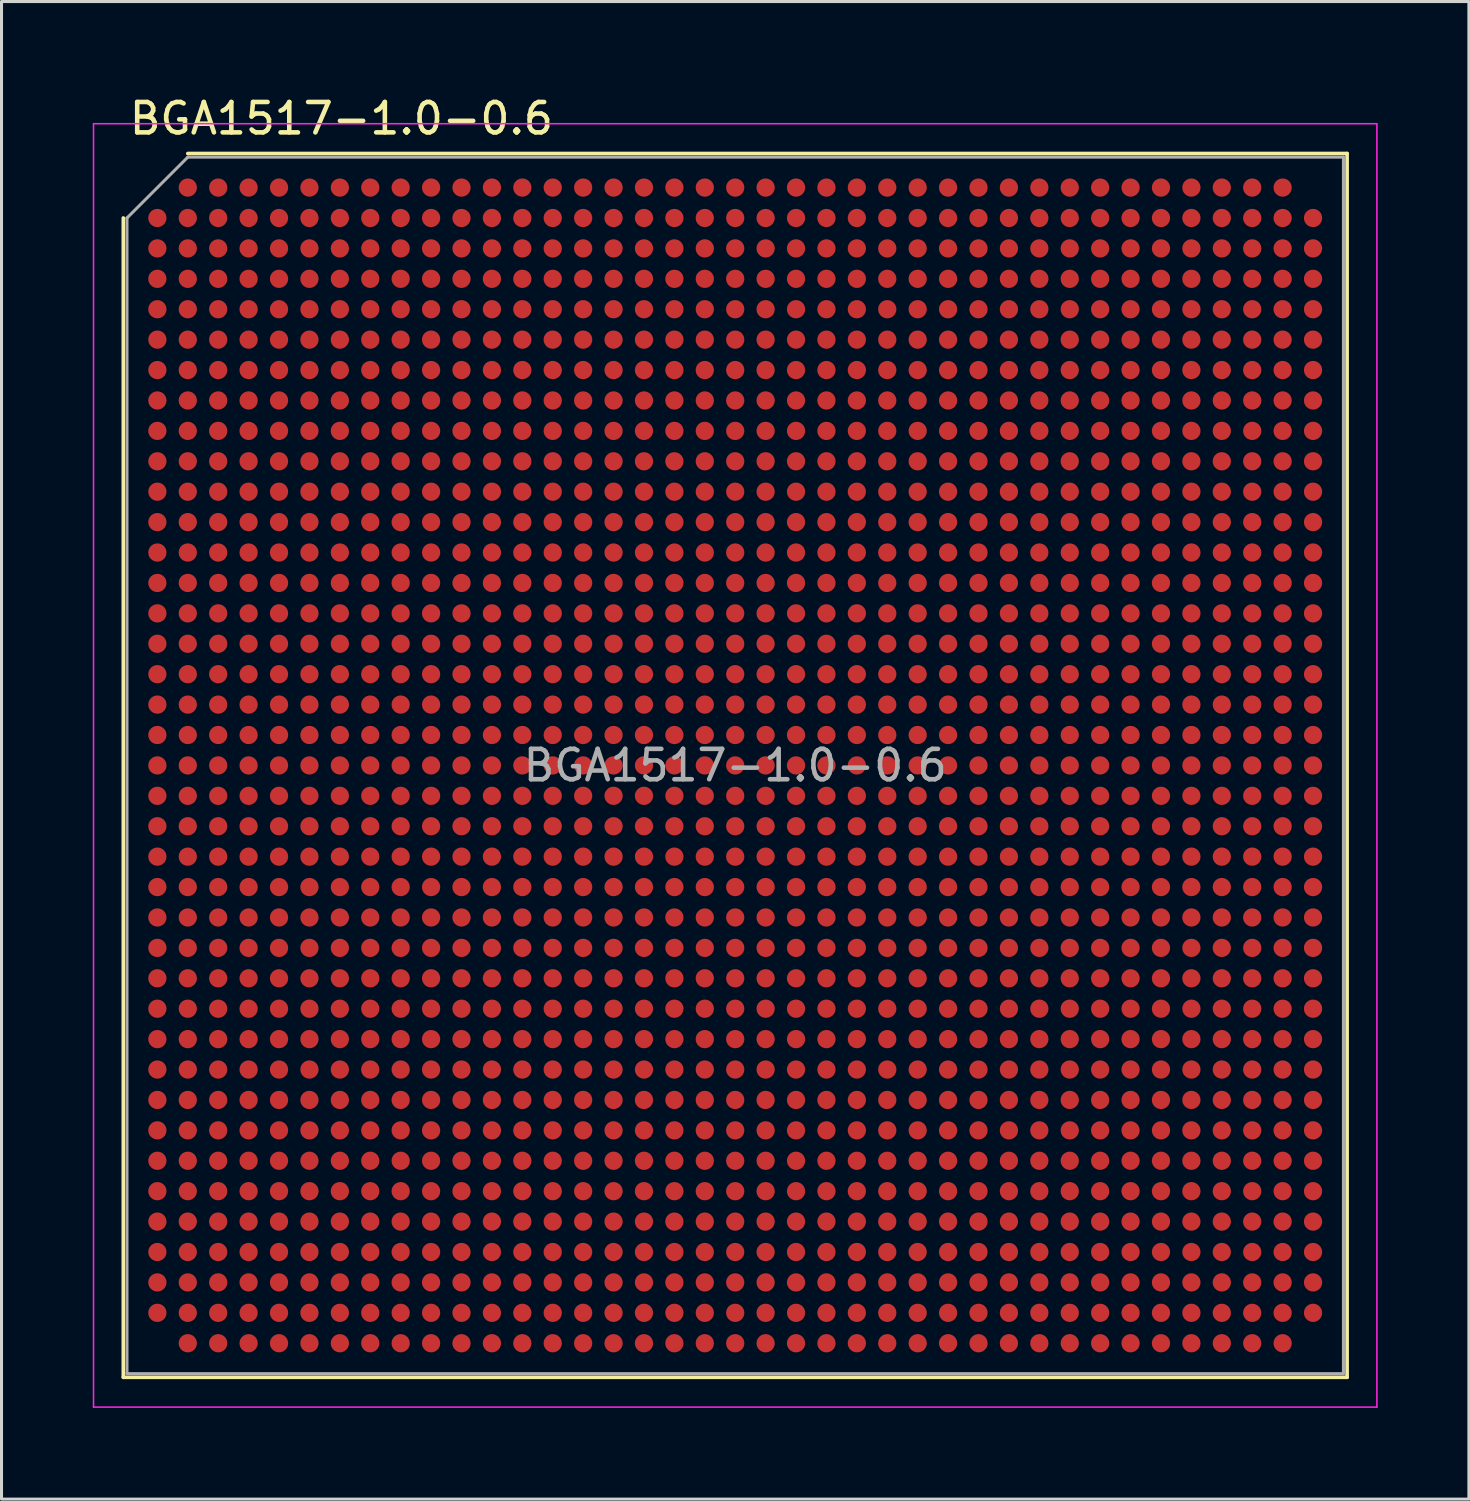
<source format=kicad_pcb>
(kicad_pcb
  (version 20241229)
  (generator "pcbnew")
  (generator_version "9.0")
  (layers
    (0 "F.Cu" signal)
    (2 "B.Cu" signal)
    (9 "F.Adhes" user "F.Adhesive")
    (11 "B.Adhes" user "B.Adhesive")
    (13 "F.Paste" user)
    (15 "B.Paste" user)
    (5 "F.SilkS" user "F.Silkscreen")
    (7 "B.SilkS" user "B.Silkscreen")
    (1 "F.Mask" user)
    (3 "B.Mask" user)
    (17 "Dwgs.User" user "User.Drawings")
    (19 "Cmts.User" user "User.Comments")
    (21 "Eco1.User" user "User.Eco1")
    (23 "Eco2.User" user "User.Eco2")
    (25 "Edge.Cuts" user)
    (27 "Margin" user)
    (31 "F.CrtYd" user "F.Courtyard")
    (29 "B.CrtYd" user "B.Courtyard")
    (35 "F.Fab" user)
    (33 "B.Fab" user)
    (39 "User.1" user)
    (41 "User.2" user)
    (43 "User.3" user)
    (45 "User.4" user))
  (footprint "BGA1517-1.0-0.6"
    (layer "F.Cu")
    (at 21.125 22.118)
    (property "Reference" "BGA1517-1.0-0.6" (at -20 -21.27 0) (layer "F.SilkS") (effects (font (size 1 1) (thickness 0.15)) (justify left)))
    (attr smd)
    (fp_line (start -20.12 -18) (end -20.12 20.12) (stroke (width 0.12) (type solid)) (layer "F.SilkS"))
    (fp_line (start -18 -20.12) (end 20.12 -20.12) (stroke (width 0.12) (type solid)) (layer "F.SilkS"))
    (fp_line (start 20.12 20.12) (end -20.12 20.12) (stroke (width 0.12) (type solid)) (layer "F.SilkS"))
    (fp_line (start 20.12 20.12) (end 20.12 -20.12) (stroke (width 0.12) (type solid)) (layer "F.SilkS"))
    (fp_line (start -21.1 -21.1) (end -21.1 21.1) (stroke (width 0.05) (type solid)) (layer "F.CrtYd"))
    (fp_line (start -21.1 -21.1) (end 21.1 -21.1) (stroke (width 0.05) (type solid)) (layer "F.CrtYd"))
    (fp_line (start 21.1 21.1) (end -21.1 21.1) (stroke (width 0.05) (type solid)) (layer "F.CrtYd"))
    (fp_line (start 21.1 21.1) (end 21.1 -21.1) (stroke (width 0.05) (type solid)) (layer "F.CrtYd"))
    (fp_line (start -20 -18) (end -20 20) (stroke (width 0.1) (type solid)) (layer "F.Fab"))
    (fp_line (start -18 -20) (end -20 -18) (stroke (width 0.1) (type solid)) (layer "F.Fab"))
    (fp_line (start -18 -20) (end 20 -20) (stroke (width 0.1) (type solid)) (layer "F.Fab"))
    (fp_line (start 20 20) (end -20 20) (stroke (width 0.1) (type solid)) (layer "F.Fab"))
    (fp_line (start 20 20) (end 20 -20) (stroke (width 0.1) (type solid)) (layer "F.Fab"))
    (fp_text user "${REFERENCE}" (at 0 0 0) (layer "F.Fab") (effects (font (size 1 1) (thickness 0.15))))
    (pad "A2" smd circle (at -18 -19) (size 0.6 0.6) (layers "F.Cu" "F.Mask" "F.Paste"))
    (pad "A3" smd circle (at -17 -19) (size 0.6 0.6) (layers "F.Cu" "F.Mask" "F.Paste"))
    (pad "A4" smd circle (at -16 -19) (size 0.6 0.6) (layers "F.Cu" "F.Mask" "F.Paste"))
    (pad "A5" smd circle (at -15 -19) (size 0.6 0.6) (layers "F.Cu" "F.Mask" "F.Paste"))
    (pad "A6" smd circle (at -14 -19) (size 0.6 0.6) (layers "F.Cu" "F.Mask" "F.Paste"))
    (pad "A7" smd circle (at -13 -19) (size 0.6 0.6) (layers "F.Cu" "F.Mask" "F.Paste"))
    (pad "A8" smd circle (at -12 -19) (size 0.6 0.6) (layers "F.Cu" "F.Mask" "F.Paste"))
    (pad "A9" smd circle (at -11 -19) (size 0.6 0.6) (layers "F.Cu" "F.Mask" "F.Paste"))
    (pad "A10" smd circle (at -10 -19) (size 0.6 0.6) (layers "F.Cu" "F.Mask" "F.Paste"))
    (pad "A11" smd circle (at -9 -19) (size 0.6 0.6) (layers "F.Cu" "F.Mask" "F.Paste"))
    (pad "A12" smd circle (at -8 -19) (size 0.6 0.6) (layers "F.Cu" "F.Mask" "F.Paste"))
    (pad "A13" smd circle (at -7 -19) (size 0.6 0.6) (layers "F.Cu" "F.Mask" "F.Paste"))
    (pad "A14" smd circle (at -6 -19) (size 0.6 0.6) (layers "F.Cu" "F.Mask" "F.Paste"))
    (pad "A15" smd circle (at -5 -19) (size 0.6 0.6) (layers "F.Cu" "F.Mask" "F.Paste"))
    (pad "A16" smd circle (at -4 -19) (size 0.6 0.6) (layers "F.Cu" "F.Mask" "F.Paste"))
    (pad "A17" smd circle (at -3 -19) (size 0.6 0.6) (layers "F.Cu" "F.Mask" "F.Paste"))
    (pad "A18" smd circle (at -2 -19) (size 0.6 0.6) (layers "F.Cu" "F.Mask" "F.Paste"))
    (pad "A19" smd circle (at -1 -19) (size 0.6 0.6) (layers "F.Cu" "F.Mask" "F.Paste"))
    (pad "A20" smd circle (at 0 -19) (size 0.6 0.6) (layers "F.Cu" "F.Mask" "F.Paste"))
    (pad "A21" smd circle (at 1 -19) (size 0.6 0.6) (layers "F.Cu" "F.Mask" "F.Paste"))
    (pad "A22" smd circle (at 2 -19) (size 0.6 0.6) (layers "F.Cu" "F.Mask" "F.Paste"))
    (pad "A23" smd circle (at 3 -19) (size 0.6 0.6) (layers "F.Cu" "F.Mask" "F.Paste"))
    (pad "A24" smd circle (at 4 -19) (size 0.6 0.6) (layers "F.Cu" "F.Mask" "F.Paste"))
    (pad "A25" smd circle (at 5 -19) (size 0.6 0.6) (layers "F.Cu" "F.Mask" "F.Paste"))
    (pad "A26" smd circle (at 6 -19) (size 0.6 0.6) (layers "F.Cu" "F.Mask" "F.Paste"))
    (pad "A27" smd circle (at 7 -19) (size 0.6 0.6) (layers "F.Cu" "F.Mask" "F.Paste"))
    (pad "A28" smd circle (at 8 -19) (size 0.6 0.6) (layers "F.Cu" "F.Mask" "F.Paste"))
    (pad "A29" smd circle (at 9 -19) (size 0.6 0.6) (layers "F.Cu" "F.Mask" "F.Paste"))
    (pad "A30" smd circle (at 10 -19) (size 0.6 0.6) (layers "F.Cu" "F.Mask" "F.Paste"))
    (pad "A31" smd circle (at 11 -19) (size 0.6 0.6) (layers "F.Cu" "F.Mask" "F.Paste"))
    (pad "A32" smd circle (at 12 -19) (size 0.6 0.6) (layers "F.Cu" "F.Mask" "F.Paste"))
    (pad "A33" smd circle (at 13 -19) (size 0.6 0.6) (layers "F.Cu" "F.Mask" "F.Paste"))
    (pad "A34" smd circle (at 14 -19) (size 0.6 0.6) (layers "F.Cu" "F.Mask" "F.Paste"))
    (pad "A35" smd circle (at 15 -19) (size 0.6 0.6) (layers "F.Cu" "F.Mask" "F.Paste"))
    (pad "A36" smd circle (at 16 -19) (size 0.6 0.6) (layers "F.Cu" "F.Mask" "F.Paste"))
    (pad "A37" smd circle (at 17 -19) (size 0.6 0.6) (layers "F.Cu" "F.Mask" "F.Paste"))
    (pad "A38" smd circle (at 18 -19) (size 0.6 0.6) (layers "F.Cu" "F.Mask" "F.Paste"))
    (pad "AA1" smd circle (at -19 1) (size 0.6 0.6) (layers "F.Cu" "F.Mask" "F.Paste"))
    (pad "AA2" smd circle (at -18 1) (size 0.6 0.6) (layers "F.Cu" "F.Mask" "F.Paste"))
    (pad "AA3" smd circle (at -17 1) (size 0.6 0.6) (layers "F.Cu" "F.Mask" "F.Paste"))
    (pad "AA4" smd circle (at -16 1) (size 0.6 0.6) (layers "F.Cu" "F.Mask" "F.Paste"))
    (pad "AA5" smd circle (at -15 1) (size 0.6 0.6) (layers "F.Cu" "F.Mask" "F.Paste"))
    (pad "AA6" smd circle (at -14 1) (size 0.6 0.6) (layers "F.Cu" "F.Mask" "F.Paste"))
    (pad "AA7" smd circle (at -13 1) (size 0.6 0.6) (layers "F.Cu" "F.Mask" "F.Paste"))
    (pad "AA8" smd circle (at -12 1) (size 0.6 0.6) (layers "F.Cu" "F.Mask" "F.Paste"))
    (pad "AA9" smd circle (at -11 1) (size 0.6 0.6) (layers "F.Cu" "F.Mask" "F.Paste"))
    (pad "AA10" smd circle (at -10 1) (size 0.6 0.6) (layers "F.Cu" "F.Mask" "F.Paste"))
    (pad "AA11" smd circle (at -9 1) (size 0.6 0.6) (layers "F.Cu" "F.Mask" "F.Paste"))
    (pad "AA12" smd circle (at -8 1) (size 0.6 0.6) (layers "F.Cu" "F.Mask" "F.Paste"))
    (pad "AA13" smd circle (at -7 1) (size 0.6 0.6) (layers "F.Cu" "F.Mask" "F.Paste"))
    (pad "AA14" smd circle (at -6 1) (size 0.6 0.6) (layers "F.Cu" "F.Mask" "F.Paste"))
    (pad "AA15" smd circle (at -5 1) (size 0.6 0.6) (layers "F.Cu" "F.Mask" "F.Paste"))
    (pad "AA16" smd circle (at -4 1) (size 0.6 0.6) (layers "F.Cu" "F.Mask" "F.Paste"))
    (pad "AA17" smd circle (at -3 1) (size 0.6 0.6) (layers "F.Cu" "F.Mask" "F.Paste"))
    (pad "AA18" smd circle (at -2 1) (size 0.6 0.6) (layers "F.Cu" "F.Mask" "F.Paste"))
    (pad "AA19" smd circle (at -1 1) (size 0.6 0.6) (layers "F.Cu" "F.Mask" "F.Paste"))
    (pad "AA20" smd circle (at 0 1) (size 0.6 0.6) (layers "F.Cu" "F.Mask" "F.Paste"))
    (pad "AA21" smd circle (at 1 1) (size 0.6 0.6) (layers "F.Cu" "F.Mask" "F.Paste"))
    (pad "AA22" smd circle (at 2 1) (size 0.6 0.6) (layers "F.Cu" "F.Mask" "F.Paste"))
    (pad "AA23" smd circle (at 3 1) (size 0.6 0.6) (layers "F.Cu" "F.Mask" "F.Paste"))
    (pad "AA24" smd circle (at 4 1) (size 0.6 0.6) (layers "F.Cu" "F.Mask" "F.Paste"))
    (pad "AA25" smd circle (at 5 1) (size 0.6 0.6) (layers "F.Cu" "F.Mask" "F.Paste"))
    (pad "AA26" smd circle (at 6 1) (size 0.6 0.6) (layers "F.Cu" "F.Mask" "F.Paste"))
    (pad "AA27" smd circle (at 7 1) (size 0.6 0.6) (layers "F.Cu" "F.Mask" "F.Paste"))
    (pad "AA28" smd circle (at 8 1) (size 0.6 0.6) (layers "F.Cu" "F.Mask" "F.Paste"))
    (pad "AA29" smd circle (at 9 1) (size 0.6 0.6) (layers "F.Cu" "F.Mask" "F.Paste"))
    (pad "AA30" smd circle (at 10 1) (size 0.6 0.6) (layers "F.Cu" "F.Mask" "F.Paste"))
    (pad "AA31" smd circle (at 11 1) (size 0.6 0.6) (layers "F.Cu" "F.Mask" "F.Paste"))
    (pad "AA32" smd circle (at 12 1) (size 0.6 0.6) (layers "F.Cu" "F.Mask" "F.Paste"))
    (pad "AA33" smd circle (at 13 1) (size 0.6 0.6) (layers "F.Cu" "F.Mask" "F.Paste"))
    (pad "AA34" smd circle (at 14 1) (size 0.6 0.6) (layers "F.Cu" "F.Mask" "F.Paste"))
    (pad "AA35" smd circle (at 15 1) (size 0.6 0.6) (layers "F.Cu" "F.Mask" "F.Paste"))
    (pad "AA36" smd circle (at 16 1) (size 0.6 0.6) (layers "F.Cu" "F.Mask" "F.Paste"))
    (pad "AA37" smd circle (at 17 1) (size 0.6 0.6) (layers "F.Cu" "F.Mask" "F.Paste"))
    (pad "AA38" smd circle (at 18 1) (size 0.6 0.6) (layers "F.Cu" "F.Mask" "F.Paste"))
    (pad "AA39" smd circle (at 19 1) (size 0.6 0.6) (layers "F.Cu" "F.Mask" "F.Paste"))
    (pad "AB1" smd circle (at -19 2) (size 0.6 0.6) (layers "F.Cu" "F.Mask" "F.Paste"))
    (pad "AB2" smd circle (at -18 2) (size 0.6 0.6) (layers "F.Cu" "F.Mask" "F.Paste"))
    (pad "AB3" smd circle (at -17 2) (size 0.6 0.6) (layers "F.Cu" "F.Mask" "F.Paste"))
    (pad "AB4" smd circle (at -16 2) (size 0.6 0.6) (layers "F.Cu" "F.Mask" "F.Paste"))
    (pad "AB5" smd circle (at -15 2) (size 0.6 0.6) (layers "F.Cu" "F.Mask" "F.Paste"))
    (pad "AB6" smd circle (at -14 2) (size 0.6 0.6) (layers "F.Cu" "F.Mask" "F.Paste"))
    (pad "AB7" smd circle (at -13 2) (size 0.6 0.6) (layers "F.Cu" "F.Mask" "F.Paste"))
    (pad "AB8" smd circle (at -12 2) (size 0.6 0.6) (layers "F.Cu" "F.Mask" "F.Paste"))
    (pad "AB9" smd circle (at -11 2) (size 0.6 0.6) (layers "F.Cu" "F.Mask" "F.Paste"))
    (pad "AB10" smd circle (at -10 2) (size 0.6 0.6) (layers "F.Cu" "F.Mask" "F.Paste"))
    (pad "AB11" smd circle (at -9 2) (size 0.6 0.6) (layers "F.Cu" "F.Mask" "F.Paste"))
    (pad "AB12" smd circle (at -8 2) (size 0.6 0.6) (layers "F.Cu" "F.Mask" "F.Paste"))
    (pad "AB13" smd circle (at -7 2) (size 0.6 0.6) (layers "F.Cu" "F.Mask" "F.Paste"))
    (pad "AB14" smd circle (at -6 2) (size 0.6 0.6) (layers "F.Cu" "F.Mask" "F.Paste"))
    (pad "AB15" smd circle (at -5 2) (size 0.6 0.6) (layers "F.Cu" "F.Mask" "F.Paste"))
    (pad "AB16" smd circle (at -4 2) (size 0.6 0.6) (layers "F.Cu" "F.Mask" "F.Paste"))
    (pad "AB17" smd circle (at -3 2) (size 0.6 0.6) (layers "F.Cu" "F.Mask" "F.Paste"))
    (pad "AB18" smd circle (at -2 2) (size 0.6 0.6) (layers "F.Cu" "F.Mask" "F.Paste"))
    (pad "AB19" smd circle (at -1 2) (size 0.6 0.6) (layers "F.Cu" "F.Mask" "F.Paste"))
    (pad "AB20" smd circle (at 0 2) (size 0.6 0.6) (layers "F.Cu" "F.Mask" "F.Paste"))
    (pad "AB21" smd circle (at 1 2) (size 0.6 0.6) (layers "F.Cu" "F.Mask" "F.Paste"))
    (pad "AB22" smd circle (at 2 2) (size 0.6 0.6) (layers "F.Cu" "F.Mask" "F.Paste"))
    (pad "AB23" smd circle (at 3 2) (size 0.6 0.6) (layers "F.Cu" "F.Mask" "F.Paste"))
    (pad "AB24" smd circle (at 4 2) (size 0.6 0.6) (layers "F.Cu" "F.Mask" "F.Paste"))
    (pad "AB25" smd circle (at 5 2) (size 0.6 0.6) (layers "F.Cu" "F.Mask" "F.Paste"))
    (pad "AB26" smd circle (at 6 2) (size 0.6 0.6) (layers "F.Cu" "F.Mask" "F.Paste"))
    (pad "AB27" smd circle (at 7 2) (size 0.6 0.6) (layers "F.Cu" "F.Mask" "F.Paste"))
    (pad "AB28" smd circle (at 8 2) (size 0.6 0.6) (layers "F.Cu" "F.Mask" "F.Paste"))
    (pad "AB29" smd circle (at 9 2) (size 0.6 0.6) (layers "F.Cu" "F.Mask" "F.Paste"))
    (pad "AB30" smd circle (at 10 2) (size 0.6 0.6) (layers "F.Cu" "F.Mask" "F.Paste"))
    (pad "AB31" smd circle (at 11 2) (size 0.6 0.6) (layers "F.Cu" "F.Mask" "F.Paste"))
    (pad "AB32" smd circle (at 12 2) (size 0.6 0.6) (layers "F.Cu" "F.Mask" "F.Paste"))
    (pad "AB33" smd circle (at 13 2) (size 0.6 0.6) (layers "F.Cu" "F.Mask" "F.Paste"))
    (pad "AB34" smd circle (at 14 2) (size 0.6 0.6) (layers "F.Cu" "F.Mask" "F.Paste"))
    (pad "AB35" smd circle (at 15 2) (size 0.6 0.6) (layers "F.Cu" "F.Mask" "F.Paste"))
    (pad "AB36" smd circle (at 16 2) (size 0.6 0.6) (layers "F.Cu" "F.Mask" "F.Paste"))
    (pad "AB37" smd circle (at 17 2) (size 0.6 0.6) (layers "F.Cu" "F.Mask" "F.Paste"))
    (pad "AB38" smd circle (at 18 2) (size 0.6 0.6) (layers "F.Cu" "F.Mask" "F.Paste"))
    (pad "AB39" smd circle (at 19 2) (size 0.6 0.6) (layers "F.Cu" "F.Mask" "F.Paste"))
    (pad "AC1" smd circle (at -19 3) (size 0.6 0.6) (layers "F.Cu" "F.Mask" "F.Paste"))
    (pad "AC2" smd circle (at -18 3) (size 0.6 0.6) (layers "F.Cu" "F.Mask" "F.Paste"))
    (pad "AC3" smd circle (at -17 3) (size 0.6 0.6) (layers "F.Cu" "F.Mask" "F.Paste"))
    (pad "AC4" smd circle (at -16 3) (size 0.6 0.6) (layers "F.Cu" "F.Mask" "F.Paste"))
    (pad "AC5" smd circle (at -15 3) (size 0.6 0.6) (layers "F.Cu" "F.Mask" "F.Paste"))
    (pad "AC6" smd circle (at -14 3) (size 0.6 0.6) (layers "F.Cu" "F.Mask" "F.Paste"))
    (pad "AC7" smd circle (at -13 3) (size 0.6 0.6) (layers "F.Cu" "F.Mask" "F.Paste"))
    (pad "AC8" smd circle (at -12 3) (size 0.6 0.6) (layers "F.Cu" "F.Mask" "F.Paste"))
    (pad "AC9" smd circle (at -11 3) (size 0.6 0.6) (layers "F.Cu" "F.Mask" "F.Paste"))
    (pad "AC10" smd circle (at -10 3) (size 0.6 0.6) (layers "F.Cu" "F.Mask" "F.Paste"))
    (pad "AC11" smd circle (at -9 3) (size 0.6 0.6) (layers "F.Cu" "F.Mask" "F.Paste"))
    (pad "AC12" smd circle (at -8 3) (size 0.6 0.6) (layers "F.Cu" "F.Mask" "F.Paste"))
    (pad "AC13" smd circle (at -7 3) (size 0.6 0.6) (layers "F.Cu" "F.Mask" "F.Paste"))
    (pad "AC14" smd circle (at -6 3) (size 0.6 0.6) (layers "F.Cu" "F.Mask" "F.Paste"))
    (pad "AC15" smd circle (at -5 3) (size 0.6 0.6) (layers "F.Cu" "F.Mask" "F.Paste"))
    (pad "AC16" smd circle (at -4 3) (size 0.6 0.6) (layers "F.Cu" "F.Mask" "F.Paste"))
    (pad "AC17" smd circle (at -3 3) (size 0.6 0.6) (layers "F.Cu" "F.Mask" "F.Paste"))
    (pad "AC18" smd circle (at -2 3) (size 0.6 0.6) (layers "F.Cu" "F.Mask" "F.Paste"))
    (pad "AC19" smd circle (at -1 3) (size 0.6 0.6) (layers "F.Cu" "F.Mask" "F.Paste"))
    (pad "AC20" smd circle (at 0 3) (size 0.6 0.6) (layers "F.Cu" "F.Mask" "F.Paste"))
    (pad "AC21" smd circle (at 1 3) (size 0.6 0.6) (layers "F.Cu" "F.Mask" "F.Paste"))
    (pad "AC22" smd circle (at 2 3) (size 0.6 0.6) (layers "F.Cu" "F.Mask" "F.Paste"))
    (pad "AC23" smd circle (at 3 3) (size 0.6 0.6) (layers "F.Cu" "F.Mask" "F.Paste"))
    (pad "AC24" smd circle (at 4 3) (size 0.6 0.6) (layers "F.Cu" "F.Mask" "F.Paste"))
    (pad "AC25" smd circle (at 5 3) (size 0.6 0.6) (layers "F.Cu" "F.Mask" "F.Paste"))
    (pad "AC26" smd circle (at 6 3) (size 0.6 0.6) (layers "F.Cu" "F.Mask" "F.Paste"))
    (pad "AC27" smd circle (at 7 3) (size 0.6 0.6) (layers "F.Cu" "F.Mask" "F.Paste"))
    (pad "AC28" smd circle (at 8 3) (size 0.6 0.6) (layers "F.Cu" "F.Mask" "F.Paste"))
    (pad "AC29" smd circle (at 9 3) (size 0.6 0.6) (layers "F.Cu" "F.Mask" "F.Paste"))
    (pad "AC30" smd circle (at 10 3) (size 0.6 0.6) (layers "F.Cu" "F.Mask" "F.Paste"))
    (pad "AC31" smd circle (at 11 3) (size 0.6 0.6) (layers "F.Cu" "F.Mask" "F.Paste"))
    (pad "AC32" smd circle (at 12 3) (size 0.6 0.6) (layers "F.Cu" "F.Mask" "F.Paste"))
    (pad "AC33" smd circle (at 13 3) (size 0.6 0.6) (layers "F.Cu" "F.Mask" "F.Paste"))
    (pad "AC34" smd circle (at 14 3) (size 0.6 0.6) (layers "F.Cu" "F.Mask" "F.Paste"))
    (pad "AC35" smd circle (at 15 3) (size 0.6 0.6) (layers "F.Cu" "F.Mask" "F.Paste"))
    (pad "AC36" smd circle (at 16 3) (size 0.6 0.6) (layers "F.Cu" "F.Mask" "F.Paste"))
    (pad "AC37" smd circle (at 17 3) (size 0.6 0.6) (layers "F.Cu" "F.Mask" "F.Paste"))
    (pad "AC38" smd circle (at 18 3) (size 0.6 0.6) (layers "F.Cu" "F.Mask" "F.Paste"))
    (pad "AC39" smd circle (at 19 3) (size 0.6 0.6) (layers "F.Cu" "F.Mask" "F.Paste"))
    (pad "AD1" smd circle (at -19 4) (size 0.6 0.6) (layers "F.Cu" "F.Mask" "F.Paste"))
    (pad "AD2" smd circle (at -18 4) (size 0.6 0.6) (layers "F.Cu" "F.Mask" "F.Paste"))
    (pad "AD3" smd circle (at -17 4) (size 0.6 0.6) (layers "F.Cu" "F.Mask" "F.Paste"))
    (pad "AD4" smd circle (at -16 4) (size 0.6 0.6) (layers "F.Cu" "F.Mask" "F.Paste"))
    (pad "AD5" smd circle (at -15 4) (size 0.6 0.6) (layers "F.Cu" "F.Mask" "F.Paste"))
    (pad "AD6" smd circle (at -14 4) (size 0.6 0.6) (layers "F.Cu" "F.Mask" "F.Paste"))
    (pad "AD7" smd circle (at -13 4) (size 0.6 0.6) (layers "F.Cu" "F.Mask" "F.Paste"))
    (pad "AD8" smd circle (at -12 4) (size 0.6 0.6) (layers "F.Cu" "F.Mask" "F.Paste"))
    (pad "AD9" smd circle (at -11 4) (size 0.6 0.6) (layers "F.Cu" "F.Mask" "F.Paste"))
    (pad "AD10" smd circle (at -10 4) (size 0.6 0.6) (layers "F.Cu" "F.Mask" "F.Paste"))
    (pad "AD11" smd circle (at -9 4) (size 0.6 0.6) (layers "F.Cu" "F.Mask" "F.Paste"))
    (pad "AD12" smd circle (at -8 4) (size 0.6 0.6) (layers "F.Cu" "F.Mask" "F.Paste"))
    (pad "AD13" smd circle (at -7 4) (size 0.6 0.6) (layers "F.Cu" "F.Mask" "F.Paste"))
    (pad "AD14" smd circle (at -6 4) (size 0.6 0.6) (layers "F.Cu" "F.Mask" "F.Paste"))
    (pad "AD15" smd circle (at -5 4) (size 0.6 0.6) (layers "F.Cu" "F.Mask" "F.Paste"))
    (pad "AD16" smd circle (at -4 4) (size 0.6 0.6) (layers "F.Cu" "F.Mask" "F.Paste"))
    (pad "AD17" smd circle (at -3 4) (size 0.6 0.6) (layers "F.Cu" "F.Mask" "F.Paste"))
    (pad "AD18" smd circle (at -2 4) (size 0.6 0.6) (layers "F.Cu" "F.Mask" "F.Paste"))
    (pad "AD19" smd circle (at -1 4) (size 0.6 0.6) (layers "F.Cu" "F.Mask" "F.Paste"))
    (pad "AD20" smd circle (at 0 4) (size 0.6 0.6) (layers "F.Cu" "F.Mask" "F.Paste"))
    (pad "AD21" smd circle (at 1 4) (size 0.6 0.6) (layers "F.Cu" "F.Mask" "F.Paste"))
    (pad "AD22" smd circle (at 2 4) (size 0.6 0.6) (layers "F.Cu" "F.Mask" "F.Paste"))
    (pad "AD23" smd circle (at 3 4) (size 0.6 0.6) (layers "F.Cu" "F.Mask" "F.Paste"))
    (pad "AD24" smd circle (at 4 4) (size 0.6 0.6) (layers "F.Cu" "F.Mask" "F.Paste"))
    (pad "AD25" smd circle (at 5 4) (size 0.6 0.6) (layers "F.Cu" "F.Mask" "F.Paste"))
    (pad "AD26" smd circle (at 6 4) (size 0.6 0.6) (layers "F.Cu" "F.Mask" "F.Paste"))
    (pad "AD27" smd circle (at 7 4) (size 0.6 0.6) (layers "F.Cu" "F.Mask" "F.Paste"))
    (pad "AD28" smd circle (at 8 4) (size 0.6 0.6) (layers "F.Cu" "F.Mask" "F.Paste"))
    (pad "AD29" smd circle (at 9 4) (size 0.6 0.6) (layers "F.Cu" "F.Mask" "F.Paste"))
    (pad "AD30" smd circle (at 10 4) (size 0.6 0.6) (layers "F.Cu" "F.Mask" "F.Paste"))
    (pad "AD31" smd circle (at 11 4) (size 0.6 0.6) (layers "F.Cu" "F.Mask" "F.Paste"))
    (pad "AD32" smd circle (at 12 4) (size 0.6 0.6) (layers "F.Cu" "F.Mask" "F.Paste"))
    (pad "AD33" smd circle (at 13 4) (size 0.6 0.6) (layers "F.Cu" "F.Mask" "F.Paste"))
    (pad "AD34" smd circle (at 14 4) (size 0.6 0.6) (layers "F.Cu" "F.Mask" "F.Paste"))
    (pad "AD35" smd circle (at 15 4) (size 0.6 0.6) (layers "F.Cu" "F.Mask" "F.Paste"))
    (pad "AD36" smd circle (at 16 4) (size 0.6 0.6) (layers "F.Cu" "F.Mask" "F.Paste"))
    (pad "AD37" smd circle (at 17 4) (size 0.6 0.6) (layers "F.Cu" "F.Mask" "F.Paste"))
    (pad "AD38" smd circle (at 18 4) (size 0.6 0.6) (layers "F.Cu" "F.Mask" "F.Paste"))
    (pad "AD39" smd circle (at 19 4) (size 0.6 0.6) (layers "F.Cu" "F.Mask" "F.Paste"))
    (pad "AE1" smd circle (at -19 5) (size 0.6 0.6) (layers "F.Cu" "F.Mask" "F.Paste"))
    (pad "AE2" smd circle (at -18 5) (size 0.6 0.6) (layers "F.Cu" "F.Mask" "F.Paste"))
    (pad "AE3" smd circle (at -17 5) (size 0.6 0.6) (layers "F.Cu" "F.Mask" "F.Paste"))
    (pad "AE4" smd circle (at -16 5) (size 0.6 0.6) (layers "F.Cu" "F.Mask" "F.Paste"))
    (pad "AE5" smd circle (at -15 5) (size 0.6 0.6) (layers "F.Cu" "F.Mask" "F.Paste"))
    (pad "AE6" smd circle (at -14 5) (size 0.6 0.6) (layers "F.Cu" "F.Mask" "F.Paste"))
    (pad "AE7" smd circle (at -13 5) (size 0.6 0.6) (layers "F.Cu" "F.Mask" "F.Paste"))
    (pad "AE8" smd circle (at -12 5) (size 0.6 0.6) (layers "F.Cu" "F.Mask" "F.Paste"))
    (pad "AE9" smd circle (at -11 5) (size 0.6 0.6) (layers "F.Cu" "F.Mask" "F.Paste"))
    (pad "AE10" smd circle (at -10 5) (size 0.6 0.6) (layers "F.Cu" "F.Mask" "F.Paste"))
    (pad "AE11" smd circle (at -9 5) (size 0.6 0.6) (layers "F.Cu" "F.Mask" "F.Paste"))
    (pad "AE12" smd circle (at -8 5) (size 0.6 0.6) (layers "F.Cu" "F.Mask" "F.Paste"))
    (pad "AE13" smd circle (at -7 5) (size 0.6 0.6) (layers "F.Cu" "F.Mask" "F.Paste"))
    (pad "AE14" smd circle (at -6 5) (size 0.6 0.6) (layers "F.Cu" "F.Mask" "F.Paste"))
    (pad "AE15" smd circle (at -5 5) (size 0.6 0.6) (layers "F.Cu" "F.Mask" "F.Paste"))
    (pad "AE16" smd circle (at -4 5) (size 0.6 0.6) (layers "F.Cu" "F.Mask" "F.Paste"))
    (pad "AE17" smd circle (at -3 5) (size 0.6 0.6) (layers "F.Cu" "F.Mask" "F.Paste"))
    (pad "AE18" smd circle (at -2 5) (size 0.6 0.6) (layers "F.Cu" "F.Mask" "F.Paste"))
    (pad "AE19" smd circle (at -1 5) (size 0.6 0.6) (layers "F.Cu" "F.Mask" "F.Paste"))
    (pad "AE20" smd circle (at 0 5) (size 0.6 0.6) (layers "F.Cu" "F.Mask" "F.Paste"))
    (pad "AE21" smd circle (at 1 5) (size 0.6 0.6) (layers "F.Cu" "F.Mask" "F.Paste"))
    (pad "AE22" smd circle (at 2 5) (size 0.6 0.6) (layers "F.Cu" "F.Mask" "F.Paste"))
    (pad "AE23" smd circle (at 3 5) (size 0.6 0.6) (layers "F.Cu" "F.Mask" "F.Paste"))
    (pad "AE24" smd circle (at 4 5) (size 0.6 0.6) (layers "F.Cu" "F.Mask" "F.Paste"))
    (pad "AE25" smd circle (at 5 5) (size 0.6 0.6) (layers "F.Cu" "F.Mask" "F.Paste"))
    (pad "AE26" smd circle (at 6 5) (size 0.6 0.6) (layers "F.Cu" "F.Mask" "F.Paste"))
    (pad "AE27" smd circle (at 7 5) (size 0.6 0.6) (layers "F.Cu" "F.Mask" "F.Paste"))
    (pad "AE28" smd circle (at 8 5) (size 0.6 0.6) (layers "F.Cu" "F.Mask" "F.Paste"))
    (pad "AE29" smd circle (at 9 5) (size 0.6 0.6) (layers "F.Cu" "F.Mask" "F.Paste"))
    (pad "AE30" smd circle (at 10 5) (size 0.6 0.6) (layers "F.Cu" "F.Mask" "F.Paste"))
    (pad "AE31" smd circle (at 11 5) (size 0.6 0.6) (layers "F.Cu" "F.Mask" "F.Paste"))
    (pad "AE32" smd circle (at 12 5) (size 0.6 0.6) (layers "F.Cu" "F.Mask" "F.Paste"))
    (pad "AE33" smd circle (at 13 5) (size 0.6 0.6) (layers "F.Cu" "F.Mask" "F.Paste"))
    (pad "AE34" smd circle (at 14 5) (size 0.6 0.6) (layers "F.Cu" "F.Mask" "F.Paste"))
    (pad "AE35" smd circle (at 15 5) (size 0.6 0.6) (layers "F.Cu" "F.Mask" "F.Paste"))
    (pad "AE36" smd circle (at 16 5) (size 0.6 0.6) (layers "F.Cu" "F.Mask" "F.Paste"))
    (pad "AE37" smd circle (at 17 5) (size 0.6 0.6) (layers "F.Cu" "F.Mask" "F.Paste"))
    (pad "AE38" smd circle (at 18 5) (size 0.6 0.6) (layers "F.Cu" "F.Mask" "F.Paste"))
    (pad "AE39" smd circle (at 19 5) (size 0.6 0.6) (layers "F.Cu" "F.Mask" "F.Paste"))
    (pad "AF1" smd circle (at -19 6) (size 0.6 0.6) (layers "F.Cu" "F.Mask" "F.Paste"))
    (pad "AF2" smd circle (at -18 6) (size 0.6 0.6) (layers "F.Cu" "F.Mask" "F.Paste"))
    (pad "AF3" smd circle (at -17 6) (size 0.6 0.6) (layers "F.Cu" "F.Mask" "F.Paste"))
    (pad "AF4" smd circle (at -16 6) (size 0.6 0.6) (layers "F.Cu" "F.Mask" "F.Paste"))
    (pad "AF5" smd circle (at -15 6) (size 0.6 0.6) (layers "F.Cu" "F.Mask" "F.Paste"))
    (pad "AF6" smd circle (at -14 6) (size 0.6 0.6) (layers "F.Cu" "F.Mask" "F.Paste"))
    (pad "AF7" smd circle (at -13 6) (size 0.6 0.6) (layers "F.Cu" "F.Mask" "F.Paste"))
    (pad "AF8" smd circle (at -12 6) (size 0.6 0.6) (layers "F.Cu" "F.Mask" "F.Paste"))
    (pad "AF9" smd circle (at -11 6) (size 0.6 0.6) (layers "F.Cu" "F.Mask" "F.Paste"))
    (pad "AF10" smd circle (at -10 6) (size 0.6 0.6) (layers "F.Cu" "F.Mask" "F.Paste"))
    (pad "AF11" smd circle (at -9 6) (size 0.6 0.6) (layers "F.Cu" "F.Mask" "F.Paste"))
    (pad "AF12" smd circle (at -8 6) (size 0.6 0.6) (layers "F.Cu" "F.Mask" "F.Paste"))
    (pad "AF13" smd circle (at -7 6) (size 0.6 0.6) (layers "F.Cu" "F.Mask" "F.Paste"))
    (pad "AF14" smd circle (at -6 6) (size 0.6 0.6) (layers "F.Cu" "F.Mask" "F.Paste"))
    (pad "AF15" smd circle (at -5 6) (size 0.6 0.6) (layers "F.Cu" "F.Mask" "F.Paste"))
    (pad "AF16" smd circle (at -4 6) (size 0.6 0.6) (layers "F.Cu" "F.Mask" "F.Paste"))
    (pad "AF17" smd circle (at -3 6) (size 0.6 0.6) (layers "F.Cu" "F.Mask" "F.Paste"))
    (pad "AF18" smd circle (at -2 6) (size 0.6 0.6) (layers "F.Cu" "F.Mask" "F.Paste"))
    (pad "AF19" smd circle (at -1 6) (size 0.6 0.6) (layers "F.Cu" "F.Mask" "F.Paste"))
    (pad "AF20" smd circle (at 0 6) (size 0.6 0.6) (layers "F.Cu" "F.Mask" "F.Paste"))
    (pad "AF21" smd circle (at 1 6) (size 0.6 0.6) (layers "F.Cu" "F.Mask" "F.Paste"))
    (pad "AF22" smd circle (at 2 6) (size 0.6 0.6) (layers "F.Cu" "F.Mask" "F.Paste"))
    (pad "AF23" smd circle (at 3 6) (size 0.6 0.6) (layers "F.Cu" "F.Mask" "F.Paste"))
    (pad "AF24" smd circle (at 4 6) (size 0.6 0.6) (layers "F.Cu" "F.Mask" "F.Paste"))
    (pad "AF25" smd circle (at 5 6) (size 0.6 0.6) (layers "F.Cu" "F.Mask" "F.Paste"))
    (pad "AF26" smd circle (at 6 6) (size 0.6 0.6) (layers "F.Cu" "F.Mask" "F.Paste"))
    (pad "AF27" smd circle (at 7 6) (size 0.6 0.6) (layers "F.Cu" "F.Mask" "F.Paste"))
    (pad "AF28" smd circle (at 8 6) (size 0.6 0.6) (layers "F.Cu" "F.Mask" "F.Paste"))
    (pad "AF29" smd circle (at 9 6) (size 0.6 0.6) (layers "F.Cu" "F.Mask" "F.Paste"))
    (pad "AF30" smd circle (at 10 6) (size 0.6 0.6) (layers "F.Cu" "F.Mask" "F.Paste"))
    (pad "AF31" smd circle (at 11 6) (size 0.6 0.6) (layers "F.Cu" "F.Mask" "F.Paste"))
    (pad "AF32" smd circle (at 12 6) (size 0.6 0.6) (layers "F.Cu" "F.Mask" "F.Paste"))
    (pad "AF33" smd circle (at 13 6) (size 0.6 0.6) (layers "F.Cu" "F.Mask" "F.Paste"))
    (pad "AF34" smd circle (at 14 6) (size 0.6 0.6) (layers "F.Cu" "F.Mask" "F.Paste"))
    (pad "AF35" smd circle (at 15 6) (size 0.6 0.6) (layers "F.Cu" "F.Mask" "F.Paste"))
    (pad "AF36" smd circle (at 16 6) (size 0.6 0.6) (layers "F.Cu" "F.Mask" "F.Paste"))
    (pad "AF37" smd circle (at 17 6) (size 0.6 0.6) (layers "F.Cu" "F.Mask" "F.Paste"))
    (pad "AF38" smd circle (at 18 6) (size 0.6 0.6) (layers "F.Cu" "F.Mask" "F.Paste"))
    (pad "AF39" smd circle (at 19 6) (size 0.6 0.6) (layers "F.Cu" "F.Mask" "F.Paste"))
    (pad "AG1" smd circle (at -19 7) (size 0.6 0.6) (layers "F.Cu" "F.Mask" "F.Paste"))
    (pad "AG2" smd circle (at -18 7) (size 0.6 0.6) (layers "F.Cu" "F.Mask" "F.Paste"))
    (pad "AG3" smd circle (at -17 7) (size 0.6 0.6) (layers "F.Cu" "F.Mask" "F.Paste"))
    (pad "AG4" smd circle (at -16 7) (size 0.6 0.6) (layers "F.Cu" "F.Mask" "F.Paste"))
    (pad "AG5" smd circle (at -15 7) (size 0.6 0.6) (layers "F.Cu" "F.Mask" "F.Paste"))
    (pad "AG6" smd circle (at -14 7) (size 0.6 0.6) (layers "F.Cu" "F.Mask" "F.Paste"))
    (pad "AG7" smd circle (at -13 7) (size 0.6 0.6) (layers "F.Cu" "F.Mask" "F.Paste"))
    (pad "AG8" smd circle (at -12 7) (size 0.6 0.6) (layers "F.Cu" "F.Mask" "F.Paste"))
    (pad "AG9" smd circle (at -11 7) (size 0.6 0.6) (layers "F.Cu" "F.Mask" "F.Paste"))
    (pad "AG10" smd circle (at -10 7) (size 0.6 0.6) (layers "F.Cu" "F.Mask" "F.Paste"))
    (pad "AG11" smd circle (at -9 7) (size 0.6 0.6) (layers "F.Cu" "F.Mask" "F.Paste"))
    (pad "AG12" smd circle (at -8 7) (size 0.6 0.6) (layers "F.Cu" "F.Mask" "F.Paste"))
    (pad "AG13" smd circle (at -7 7) (size 0.6 0.6) (layers "F.Cu" "F.Mask" "F.Paste"))
    (pad "AG14" smd circle (at -6 7) (size 0.6 0.6) (layers "F.Cu" "F.Mask" "F.Paste"))
    (pad "AG15" smd circle (at -5 7) (size 0.6 0.6) (layers "F.Cu" "F.Mask" "F.Paste"))
    (pad "AG16" smd circle (at -4 7) (size 0.6 0.6) (layers "F.Cu" "F.Mask" "F.Paste"))
    (pad "AG17" smd circle (at -3 7) (size 0.6 0.6) (layers "F.Cu" "F.Mask" "F.Paste"))
    (pad "AG18" smd circle (at -2 7) (size 0.6 0.6) (layers "F.Cu" "F.Mask" "F.Paste"))
    (pad "AG19" smd circle (at -1 7) (size 0.6 0.6) (layers "F.Cu" "F.Mask" "F.Paste"))
    (pad "AG20" smd circle (at 0 7) (size 0.6 0.6) (layers "F.Cu" "F.Mask" "F.Paste"))
    (pad "AG21" smd circle (at 1 7) (size 0.6 0.6) (layers "F.Cu" "F.Mask" "F.Paste"))
    (pad "AG22" smd circle (at 2 7) (size 0.6 0.6) (layers "F.Cu" "F.Mask" "F.Paste"))
    (pad "AG23" smd circle (at 3 7) (size 0.6 0.6) (layers "F.Cu" "F.Mask" "F.Paste"))
    (pad "AG24" smd circle (at 4 7) (size 0.6 0.6) (layers "F.Cu" "F.Mask" "F.Paste"))
    (pad "AG25" smd circle (at 5 7) (size 0.6 0.6) (layers "F.Cu" "F.Mask" "F.Paste"))
    (pad "AG26" smd circle (at 6 7) (size 0.6 0.6) (layers "F.Cu" "F.Mask" "F.Paste"))
    (pad "AG27" smd circle (at 7 7) (size 0.6 0.6) (layers "F.Cu" "F.Mask" "F.Paste"))
    (pad "AG28" smd circle (at 8 7) (size 0.6 0.6) (layers "F.Cu" "F.Mask" "F.Paste"))
    (pad "AG29" smd circle (at 9 7) (size 0.6 0.6) (layers "F.Cu" "F.Mask" "F.Paste"))
    (pad "AG30" smd circle (at 10 7) (size 0.6 0.6) (layers "F.Cu" "F.Mask" "F.Paste"))
    (pad "AG31" smd circle (at 11 7) (size 0.6 0.6) (layers "F.Cu" "F.Mask" "F.Paste"))
    (pad "AG32" smd circle (at 12 7) (size 0.6 0.6) (layers "F.Cu" "F.Mask" "F.Paste"))
    (pad "AG33" smd circle (at 13 7) (size 0.6 0.6) (layers "F.Cu" "F.Mask" "F.Paste"))
    (pad "AG34" smd circle (at 14 7) (size 0.6 0.6) (layers "F.Cu" "F.Mask" "F.Paste"))
    (pad "AG35" smd circle (at 15 7) (size 0.6 0.6) (layers "F.Cu" "F.Mask" "F.Paste"))
    (pad "AG36" smd circle (at 16 7) (size 0.6 0.6) (layers "F.Cu" "F.Mask" "F.Paste"))
    (pad "AG37" smd circle (at 17 7) (size 0.6 0.6) (layers "F.Cu" "F.Mask" "F.Paste"))
    (pad "AG38" smd circle (at 18 7) (size 0.6 0.6) (layers "F.Cu" "F.Mask" "F.Paste"))
    (pad "AG39" smd circle (at 19 7) (size 0.6 0.6) (layers "F.Cu" "F.Mask" "F.Paste"))
    (pad "AH1" smd circle (at -19 8) (size 0.6 0.6) (layers "F.Cu" "F.Mask" "F.Paste"))
    (pad "AH2" smd circle (at -18 8) (size 0.6 0.6) (layers "F.Cu" "F.Mask" "F.Paste"))
    (pad "AH3" smd circle (at -17 8) (size 0.6 0.6) (layers "F.Cu" "F.Mask" "F.Paste"))
    (pad "AH4" smd circle (at -16 8) (size 0.6 0.6) (layers "F.Cu" "F.Mask" "F.Paste"))
    (pad "AH5" smd circle (at -15 8) (size 0.6 0.6) (layers "F.Cu" "F.Mask" "F.Paste"))
    (pad "AH6" smd circle (at -14 8) (size 0.6 0.6) (layers "F.Cu" "F.Mask" "F.Paste"))
    (pad "AH7" smd circle (at -13 8) (size 0.6 0.6) (layers "F.Cu" "F.Mask" "F.Paste"))
    (pad "AH8" smd circle (at -12 8) (size 0.6 0.6) (layers "F.Cu" "F.Mask" "F.Paste"))
    (pad "AH9" smd circle (at -11 8) (size 0.6 0.6) (layers "F.Cu" "F.Mask" "F.Paste"))
    (pad "AH10" smd circle (at -10 8) (size 0.6 0.6) (layers "F.Cu" "F.Mask" "F.Paste"))
    (pad "AH11" smd circle (at -9 8) (size 0.6 0.6) (layers "F.Cu" "F.Mask" "F.Paste"))
    (pad "AH12" smd circle (at -8 8) (size 0.6 0.6) (layers "F.Cu" "F.Mask" "F.Paste"))
    (pad "AH13" smd circle (at -7 8) (size 0.6 0.6) (layers "F.Cu" "F.Mask" "F.Paste"))
    (pad "AH14" smd circle (at -6 8) (size 0.6 0.6) (layers "F.Cu" "F.Mask" "F.Paste"))
    (pad "AH15" smd circle (at -5 8) (size 0.6 0.6) (layers "F.Cu" "F.Mask" "F.Paste"))
    (pad "AH16" smd circle (at -4 8) (size 0.6 0.6) (layers "F.Cu" "F.Mask" "F.Paste"))
    (pad "AH17" smd circle (at -3 8) (size 0.6 0.6) (layers "F.Cu" "F.Mask" "F.Paste"))
    (pad "AH18" smd circle (at -2 8) (size 0.6 0.6) (layers "F.Cu" "F.Mask" "F.Paste"))
    (pad "AH19" smd circle (at -1 8) (size 0.6 0.6) (layers "F.Cu" "F.Mask" "F.Paste"))
    (pad "AH20" smd circle (at 0 8) (size 0.6 0.6) (layers "F.Cu" "F.Mask" "F.Paste"))
    (pad "AH21" smd circle (at 1 8) (size 0.6 0.6) (layers "F.Cu" "F.Mask" "F.Paste"))
    (pad "AH22" smd circle (at 2 8) (size 0.6 0.6) (layers "F.Cu" "F.Mask" "F.Paste"))
    (pad "AH23" smd circle (at 3 8) (size 0.6 0.6) (layers "F.Cu" "F.Mask" "F.Paste"))
    (pad "AH24" smd circle (at 4 8) (size 0.6 0.6) (layers "F.Cu" "F.Mask" "F.Paste"))
    (pad "AH25" smd circle (at 5 8) (size 0.6 0.6) (layers "F.Cu" "F.Mask" "F.Paste"))
    (pad "AH26" smd circle (at 6 8) (size 0.6 0.6) (layers "F.Cu" "F.Mask" "F.Paste"))
    (pad "AH27" smd circle (at 7 8) (size 0.6 0.6) (layers "F.Cu" "F.Mask" "F.Paste"))
    (pad "AH28" smd circle (at 8 8) (size 0.6 0.6) (layers "F.Cu" "F.Mask" "F.Paste"))
    (pad "AH29" smd circle (at 9 8) (size 0.6 0.6) (layers "F.Cu" "F.Mask" "F.Paste"))
    (pad "AH30" smd circle (at 10 8) (size 0.6 0.6) (layers "F.Cu" "F.Mask" "F.Paste"))
    (pad "AH31" smd circle (at 11 8) (size 0.6 0.6) (layers "F.Cu" "F.Mask" "F.Paste"))
    (pad "AH32" smd circle (at 12 8) (size 0.6 0.6) (layers "F.Cu" "F.Mask" "F.Paste"))
    (pad "AH33" smd circle (at 13 8) (size 0.6 0.6) (layers "F.Cu" "F.Mask" "F.Paste"))
    (pad "AH34" smd circle (at 14 8) (size 0.6 0.6) (layers "F.Cu" "F.Mask" "F.Paste"))
    (pad "AH35" smd circle (at 15 8) (size 0.6 0.6) (layers "F.Cu" "F.Mask" "F.Paste"))
    (pad "AH36" smd circle (at 16 8) (size 0.6 0.6) (layers "F.Cu" "F.Mask" "F.Paste"))
    (pad "AH37" smd circle (at 17 8) (size 0.6 0.6) (layers "F.Cu" "F.Mask" "F.Paste"))
    (pad "AH38" smd circle (at 18 8) (size 0.6 0.6) (layers "F.Cu" "F.Mask" "F.Paste"))
    (pad "AH39" smd circle (at 19 8) (size 0.6 0.6) (layers "F.Cu" "F.Mask" "F.Paste"))
    (pad "AJ1" smd circle (at -19 9) (size 0.6 0.6) (layers "F.Cu" "F.Mask" "F.Paste"))
    (pad "AJ2" smd circle (at -18 9) (size 0.6 0.6) (layers "F.Cu" "F.Mask" "F.Paste"))
    (pad "AJ3" smd circle (at -17 9) (size 0.6 0.6) (layers "F.Cu" "F.Mask" "F.Paste"))
    (pad "AJ4" smd circle (at -16 9) (size 0.6 0.6) (layers "F.Cu" "F.Mask" "F.Paste"))
    (pad "AJ5" smd circle (at -15 9) (size 0.6 0.6) (layers "F.Cu" "F.Mask" "F.Paste"))
    (pad "AJ6" smd circle (at -14 9) (size 0.6 0.6) (layers "F.Cu" "F.Mask" "F.Paste"))
    (pad "AJ7" smd circle (at -13 9) (size 0.6 0.6) (layers "F.Cu" "F.Mask" "F.Paste"))
    (pad "AJ8" smd circle (at -12 9) (size 0.6 0.6) (layers "F.Cu" "F.Mask" "F.Paste"))
    (pad "AJ9" smd circle (at -11 9) (size 0.6 0.6) (layers "F.Cu" "F.Mask" "F.Paste"))
    (pad "AJ10" smd circle (at -10 9) (size 0.6 0.6) (layers "F.Cu" "F.Mask" "F.Paste"))
    (pad "AJ11" smd circle (at -9 9) (size 0.6 0.6) (layers "F.Cu" "F.Mask" "F.Paste"))
    (pad "AJ12" smd circle (at -8 9) (size 0.6 0.6) (layers "F.Cu" "F.Mask" "F.Paste"))
    (pad "AJ13" smd circle (at -7 9) (size 0.6 0.6) (layers "F.Cu" "F.Mask" "F.Paste"))
    (pad "AJ14" smd circle (at -6 9) (size 0.6 0.6) (layers "F.Cu" "F.Mask" "F.Paste"))
    (pad "AJ15" smd circle (at -5 9) (size 0.6 0.6) (layers "F.Cu" "F.Mask" "F.Paste"))
    (pad "AJ16" smd circle (at -4 9) (size 0.6 0.6) (layers "F.Cu" "F.Mask" "F.Paste"))
    (pad "AJ17" smd circle (at -3 9) (size 0.6 0.6) (layers "F.Cu" "F.Mask" "F.Paste"))
    (pad "AJ18" smd circle (at -2 9) (size 0.6 0.6) (layers "F.Cu" "F.Mask" "F.Paste"))
    (pad "AJ19" smd circle (at -1 9) (size 0.6 0.6) (layers "F.Cu" "F.Mask" "F.Paste"))
    (pad "AJ20" smd circle (at 0 9) (size 0.6 0.6) (layers "F.Cu" "F.Mask" "F.Paste"))
    (pad "AJ21" smd circle (at 1 9) (size 0.6 0.6) (layers "F.Cu" "F.Mask" "F.Paste"))
    (pad "AJ22" smd circle (at 2 9) (size 0.6 0.6) (layers "F.Cu" "F.Mask" "F.Paste"))
    (pad "AJ23" smd circle (at 3 9) (size 0.6 0.6) (layers "F.Cu" "F.Mask" "F.Paste"))
    (pad "AJ24" smd circle (at 4 9) (size 0.6 0.6) (layers "F.Cu" "F.Mask" "F.Paste"))
    (pad "AJ25" smd circle (at 5 9) (size 0.6 0.6) (layers "F.Cu" "F.Mask" "F.Paste"))
    (pad "AJ26" smd circle (at 6 9) (size 0.6 0.6) (layers "F.Cu" "F.Mask" "F.Paste"))
    (pad "AJ27" smd circle (at 7 9) (size 0.6 0.6) (layers "F.Cu" "F.Mask" "F.Paste"))
    (pad "AJ28" smd circle (at 8 9) (size 0.6 0.6) (layers "F.Cu" "F.Mask" "F.Paste"))
    (pad "AJ29" smd circle (at 9 9) (size 0.6 0.6) (layers "F.Cu" "F.Mask" "F.Paste"))
    (pad "AJ30" smd circle (at 10 9) (size 0.6 0.6) (layers "F.Cu" "F.Mask" "F.Paste"))
    (pad "AJ31" smd circle (at 11 9) (size 0.6 0.6) (layers "F.Cu" "F.Mask" "F.Paste"))
    (pad "AJ32" smd circle (at 12 9) (size 0.6 0.6) (layers "F.Cu" "F.Mask" "F.Paste"))
    (pad "AJ33" smd circle (at 13 9) (size 0.6 0.6) (layers "F.Cu" "F.Mask" "F.Paste"))
    (pad "AJ34" smd circle (at 14 9) (size 0.6 0.6) (layers "F.Cu" "F.Mask" "F.Paste"))
    (pad "AJ35" smd circle (at 15 9) (size 0.6 0.6) (layers "F.Cu" "F.Mask" "F.Paste"))
    (pad "AJ36" smd circle (at 16 9) (size 0.6 0.6) (layers "F.Cu" "F.Mask" "F.Paste"))
    (pad "AJ37" smd circle (at 17 9) (size 0.6 0.6) (layers "F.Cu" "F.Mask" "F.Paste"))
    (pad "AJ38" smd circle (at 18 9) (size 0.6 0.6) (layers "F.Cu" "F.Mask" "F.Paste"))
    (pad "AJ39" smd circle (at 19 9) (size 0.6 0.6) (layers "F.Cu" "F.Mask" "F.Paste"))
    (pad "AK1" smd circle (at -19 10) (size 0.6 0.6) (layers "F.Cu" "F.Mask" "F.Paste"))
    (pad "AK2" smd circle (at -18 10) (size 0.6 0.6) (layers "F.Cu" "F.Mask" "F.Paste"))
    (pad "AK3" smd circle (at -17 10) (size 0.6 0.6) (layers "F.Cu" "F.Mask" "F.Paste"))
    (pad "AK4" smd circle (at -16 10) (size 0.6 0.6) (layers "F.Cu" "F.Mask" "F.Paste"))
    (pad "AK5" smd circle (at -15 10) (size 0.6 0.6) (layers "F.Cu" "F.Mask" "F.Paste"))
    (pad "AK6" smd circle (at -14 10) (size 0.6 0.6) (layers "F.Cu" "F.Mask" "F.Paste"))
    (pad "AK7" smd circle (at -13 10) (size 0.6 0.6) (layers "F.Cu" "F.Mask" "F.Paste"))
    (pad "AK8" smd circle (at -12 10) (size 0.6 0.6) (layers "F.Cu" "F.Mask" "F.Paste"))
    (pad "AK9" smd circle (at -11 10) (size 0.6 0.6) (layers "F.Cu" "F.Mask" "F.Paste"))
    (pad "AK10" smd circle (at -10 10) (size 0.6 0.6) (layers "F.Cu" "F.Mask" "F.Paste"))
    (pad "AK11" smd circle (at -9 10) (size 0.6 0.6) (layers "F.Cu" "F.Mask" "F.Paste"))
    (pad "AK12" smd circle (at -8 10) (size 0.6 0.6) (layers "F.Cu" "F.Mask" "F.Paste"))
    (pad "AK13" smd circle (at -7 10) (size 0.6 0.6) (layers "F.Cu" "F.Mask" "F.Paste"))
    (pad "AK14" smd circle (at -6 10) (size 0.6 0.6) (layers "F.Cu" "F.Mask" "F.Paste"))
    (pad "AK15" smd circle (at -5 10) (size 0.6 0.6) (layers "F.Cu" "F.Mask" "F.Paste"))
    (pad "AK16" smd circle (at -4 10) (size 0.6 0.6) (layers "F.Cu" "F.Mask" "F.Paste"))
    (pad "AK17" smd circle (at -3 10) (size 0.6 0.6) (layers "F.Cu" "F.Mask" "F.Paste"))
    (pad "AK18" smd circle (at -2 10) (size 0.6 0.6) (layers "F.Cu" "F.Mask" "F.Paste"))
    (pad "AK19" smd circle (at -1 10) (size 0.6 0.6) (layers "F.Cu" "F.Mask" "F.Paste"))
    (pad "AK20" smd circle (at 0 10) (size 0.6 0.6) (layers "F.Cu" "F.Mask" "F.Paste"))
    (pad "AK21" smd circle (at 1 10) (size 0.6 0.6) (layers "F.Cu" "F.Mask" "F.Paste"))
    (pad "AK22" smd circle (at 2 10) (size 0.6 0.6) (layers "F.Cu" "F.Mask" "F.Paste"))
    (pad "AK23" smd circle (at 3 10) (size 0.6 0.6) (layers "F.Cu" "F.Mask" "F.Paste"))
    (pad "AK24" smd circle (at 4 10) (size 0.6 0.6) (layers "F.Cu" "F.Mask" "F.Paste"))
    (pad "AK25" smd circle (at 5 10) (size 0.6 0.6) (layers "F.Cu" "F.Mask" "F.Paste"))
    (pad "AK26" smd circle (at 6 10) (size 0.6 0.6) (layers "F.Cu" "F.Mask" "F.Paste"))
    (pad "AK27" smd circle (at 7 10) (size 0.6 0.6) (layers "F.Cu" "F.Mask" "F.Paste"))
    (pad "AK28" smd circle (at 8 10) (size 0.6 0.6) (layers "F.Cu" "F.Mask" "F.Paste"))
    (pad "AK29" smd circle (at 9 10) (size 0.6 0.6) (layers "F.Cu" "F.Mask" "F.Paste"))
    (pad "AK30" smd circle (at 10 10) (size 0.6 0.6) (layers "F.Cu" "F.Mask" "F.Paste"))
    (pad "AK31" smd circle (at 11 10) (size 0.6 0.6) (layers "F.Cu" "F.Mask" "F.Paste"))
    (pad "AK32" smd circle (at 12 10) (size 0.6 0.6) (layers "F.Cu" "F.Mask" "F.Paste"))
    (pad "AK33" smd circle (at 13 10) (size 0.6 0.6) (layers "F.Cu" "F.Mask" "F.Paste"))
    (pad "AK34" smd circle (at 14 10) (size 0.6 0.6) (layers "F.Cu" "F.Mask" "F.Paste"))
    (pad "AK35" smd circle (at 15 10) (size 0.6 0.6) (layers "F.Cu" "F.Mask" "F.Paste"))
    (pad "AK36" smd circle (at 16 10) (size 0.6 0.6) (layers "F.Cu" "F.Mask" "F.Paste"))
    (pad "AK37" smd circle (at 17 10) (size 0.6 0.6) (layers "F.Cu" "F.Mask" "F.Paste"))
    (pad "AK38" smd circle (at 18 10) (size 0.6 0.6) (layers "F.Cu" "F.Mask" "F.Paste"))
    (pad "AK39" smd circle (at 19 10) (size 0.6 0.6) (layers "F.Cu" "F.Mask" "F.Paste"))
    (pad "AL1" smd circle (at -19 11) (size 0.6 0.6) (layers "F.Cu" "F.Mask" "F.Paste"))
    (pad "AL2" smd circle (at -18 11) (size 0.6 0.6) (layers "F.Cu" "F.Mask" "F.Paste"))
    (pad "AL3" smd circle (at -17 11) (size 0.6 0.6) (layers "F.Cu" "F.Mask" "F.Paste"))
    (pad "AL4" smd circle (at -16 11) (size 0.6 0.6) (layers "F.Cu" "F.Mask" "F.Paste"))
    (pad "AL5" smd circle (at -15 11) (size 0.6 0.6) (layers "F.Cu" "F.Mask" "F.Paste"))
    (pad "AL6" smd circle (at -14 11) (size 0.6 0.6) (layers "F.Cu" "F.Mask" "F.Paste"))
    (pad "AL7" smd circle (at -13 11) (size 0.6 0.6) (layers "F.Cu" "F.Mask" "F.Paste"))
    (pad "AL8" smd circle (at -12 11) (size 0.6 0.6) (layers "F.Cu" "F.Mask" "F.Paste"))
    (pad "AL9" smd circle (at -11 11) (size 0.6 0.6) (layers "F.Cu" "F.Mask" "F.Paste"))
    (pad "AL10" smd circle (at -10 11) (size 0.6 0.6) (layers "F.Cu" "F.Mask" "F.Paste"))
    (pad "AL11" smd circle (at -9 11) (size 0.6 0.6) (layers "F.Cu" "F.Mask" "F.Paste"))
    (pad "AL12" smd circle (at -8 11) (size 0.6 0.6) (layers "F.Cu" "F.Mask" "F.Paste"))
    (pad "AL13" smd circle (at -7 11) (size 0.6 0.6) (layers "F.Cu" "F.Mask" "F.Paste"))
    (pad "AL14" smd circle (at -6 11) (size 0.6 0.6) (layers "F.Cu" "F.Mask" "F.Paste"))
    (pad "AL15" smd circle (at -5 11) (size 0.6 0.6) (layers "F.Cu" "F.Mask" "F.Paste"))
    (pad "AL16" smd circle (at -4 11) (size 0.6 0.6) (layers "F.Cu" "F.Mask" "F.Paste"))
    (pad "AL17" smd circle (at -3 11) (size 0.6 0.6) (layers "F.Cu" "F.Mask" "F.Paste"))
    (pad "AL18" smd circle (at -2 11) (size 0.6 0.6) (layers "F.Cu" "F.Mask" "F.Paste"))
    (pad "AL19" smd circle (at -1 11) (size 0.6 0.6) (layers "F.Cu" "F.Mask" "F.Paste"))
    (pad "AL20" smd circle (at 0 11) (size 0.6 0.6) (layers "F.Cu" "F.Mask" "F.Paste"))
    (pad "AL21" smd circle (at 1 11) (size 0.6 0.6) (layers "F.Cu" "F.Mask" "F.Paste"))
    (pad "AL22" smd circle (at 2 11) (size 0.6 0.6) (layers "F.Cu" "F.Mask" "F.Paste"))
    (pad "AL23" smd circle (at 3 11) (size 0.6 0.6) (layers "F.Cu" "F.Mask" "F.Paste"))
    (pad "AL24" smd circle (at 4 11) (size 0.6 0.6) (layers "F.Cu" "F.Mask" "F.Paste"))
    (pad "AL25" smd circle (at 5 11) (size 0.6 0.6) (layers "F.Cu" "F.Mask" "F.Paste"))
    (pad "AL26" smd circle (at 6 11) (size 0.6 0.6) (layers "F.Cu" "F.Mask" "F.Paste"))
    (pad "AL27" smd circle (at 7 11) (size 0.6 0.6) (layers "F.Cu" "F.Mask" "F.Paste"))
    (pad "AL28" smd circle (at 8 11) (size 0.6 0.6) (layers "F.Cu" "F.Mask" "F.Paste"))
    (pad "AL29" smd circle (at 9 11) (size 0.6 0.6) (layers "F.Cu" "F.Mask" "F.Paste"))
    (pad "AL30" smd circle (at 10 11) (size 0.6 0.6) (layers "F.Cu" "F.Mask" "F.Paste"))
    (pad "AL31" smd circle (at 11 11) (size 0.6 0.6) (layers "F.Cu" "F.Mask" "F.Paste"))
    (pad "AL32" smd circle (at 12 11) (size 0.6 0.6) (layers "F.Cu" "F.Mask" "F.Paste"))
    (pad "AL33" smd circle (at 13 11) (size 0.6 0.6) (layers "F.Cu" "F.Mask" "F.Paste"))
    (pad "AL34" smd circle (at 14 11) (size 0.6 0.6) (layers "F.Cu" "F.Mask" "F.Paste"))
    (pad "AL35" smd circle (at 15 11) (size 0.6 0.6) (layers "F.Cu" "F.Mask" "F.Paste"))
    (pad "AL36" smd circle (at 16 11) (size 0.6 0.6) (layers "F.Cu" "F.Mask" "F.Paste"))
    (pad "AL37" smd circle (at 17 11) (size 0.6 0.6) (layers "F.Cu" "F.Mask" "F.Paste"))
    (pad "AL38" smd circle (at 18 11) (size 0.6 0.6) (layers "F.Cu" "F.Mask" "F.Paste"))
    (pad "AL39" smd circle (at 19 11) (size 0.6 0.6) (layers "F.Cu" "F.Mask" "F.Paste"))
    (pad "AM1" smd circle (at -19 12) (size 0.6 0.6) (layers "F.Cu" "F.Mask" "F.Paste"))
    (pad "AM2" smd circle (at -18 12) (size 0.6 0.6) (layers "F.Cu" "F.Mask" "F.Paste"))
    (pad "AM3" smd circle (at -17 12) (size 0.6 0.6) (layers "F.Cu" "F.Mask" "F.Paste"))
    (pad "AM4" smd circle (at -16 12) (size 0.6 0.6) (layers "F.Cu" "F.Mask" "F.Paste"))
    (pad "AM5" smd circle (at -15 12) (size 0.6 0.6) (layers "F.Cu" "F.Mask" "F.Paste"))
    (pad "AM6" smd circle (at -14 12) (size 0.6 0.6) (layers "F.Cu" "F.Mask" "F.Paste"))
    (pad "AM7" smd circle (at -13 12) (size 0.6 0.6) (layers "F.Cu" "F.Mask" "F.Paste"))
    (pad "AM8" smd circle (at -12 12) (size 0.6 0.6) (layers "F.Cu" "F.Mask" "F.Paste"))
    (pad "AM9" smd circle (at -11 12) (size 0.6 0.6) (layers "F.Cu" "F.Mask" "F.Paste"))
    (pad "AM10" smd circle (at -10 12) (size 0.6 0.6) (layers "F.Cu" "F.Mask" "F.Paste"))
    (pad "AM11" smd circle (at -9 12) (size 0.6 0.6) (layers "F.Cu" "F.Mask" "F.Paste"))
    (pad "AM12" smd circle (at -8 12) (size 0.6 0.6) (layers "F.Cu" "F.Mask" "F.Paste"))
    (pad "AM13" smd circle (at -7 12) (size 0.6 0.6) (layers "F.Cu" "F.Mask" "F.Paste"))
    (pad "AM14" smd circle (at -6 12) (size 0.6 0.6) (layers "F.Cu" "F.Mask" "F.Paste"))
    (pad "AM15" smd circle (at -5 12) (size 0.6 0.6) (layers "F.Cu" "F.Mask" "F.Paste"))
    (pad "AM16" smd circle (at -4 12) (size 0.6 0.6) (layers "F.Cu" "F.Mask" "F.Paste"))
    (pad "AM17" smd circle (at -3 12) (size 0.6 0.6) (layers "F.Cu" "F.Mask" "F.Paste"))
    (pad "AM18" smd circle (at -2 12) (size 0.6 0.6) (layers "F.Cu" "F.Mask" "F.Paste"))
    (pad "AM19" smd circle (at -1 12) (size 0.6 0.6) (layers "F.Cu" "F.Mask" "F.Paste"))
    (pad "AM20" smd circle (at 0 12) (size 0.6 0.6) (layers "F.Cu" "F.Mask" "F.Paste"))
    (pad "AM21" smd circle (at 1 12) (size 0.6 0.6) (layers "F.Cu" "F.Mask" "F.Paste"))
    (pad "AM22" smd circle (at 2 12) (size 0.6 0.6) (layers "F.Cu" "F.Mask" "F.Paste"))
    (pad "AM23" smd circle (at 3 12) (size 0.6 0.6) (layers "F.Cu" "F.Mask" "F.Paste"))
    (pad "AM24" smd circle (at 4 12) (size 0.6 0.6) (layers "F.Cu" "F.Mask" "F.Paste"))
    (pad "AM25" smd circle (at 5 12) (size 0.6 0.6) (layers "F.Cu" "F.Mask" "F.Paste"))
    (pad "AM26" smd circle (at 6 12) (size 0.6 0.6) (layers "F.Cu" "F.Mask" "F.Paste"))
    (pad "AM27" smd circle (at 7 12) (size 0.6 0.6) (layers "F.Cu" "F.Mask" "F.Paste"))
    (pad "AM28" smd circle (at 8 12) (size 0.6 0.6) (layers "F.Cu" "F.Mask" "F.Paste"))
    (pad "AM29" smd circle (at 9 12) (size 0.6 0.6) (layers "F.Cu" "F.Mask" "F.Paste"))
    (pad "AM30" smd circle (at 10 12) (size 0.6 0.6) (layers "F.Cu" "F.Mask" "F.Paste"))
    (pad "AM31" smd circle (at 11 12) (size 0.6 0.6) (layers "F.Cu" "F.Mask" "F.Paste"))
    (pad "AM32" smd circle (at 12 12) (size 0.6 0.6) (layers "F.Cu" "F.Mask" "F.Paste"))
    (pad "AM33" smd circle (at 13 12) (size 0.6 0.6) (layers "F.Cu" "F.Mask" "F.Paste"))
    (pad "AM34" smd circle (at 14 12) (size 0.6 0.6) (layers "F.Cu" "F.Mask" "F.Paste"))
    (pad "AM35" smd circle (at 15 12) (size 0.6 0.6) (layers "F.Cu" "F.Mask" "F.Paste"))
    (pad "AM36" smd circle (at 16 12) (size 0.6 0.6) (layers "F.Cu" "F.Mask" "F.Paste"))
    (pad "AM37" smd circle (at 17 12) (size 0.6 0.6) (layers "F.Cu" "F.Mask" "F.Paste"))
    (pad "AM38" smd circle (at 18 12) (size 0.6 0.6) (layers "F.Cu" "F.Mask" "F.Paste"))
    (pad "AM39" smd circle (at 19 12) (size 0.6 0.6) (layers "F.Cu" "F.Mask" "F.Paste"))
    (pad "AN1" smd circle (at -19 13) (size 0.6 0.6) (layers "F.Cu" "F.Mask" "F.Paste"))
    (pad "AN2" smd circle (at -18 13) (size 0.6 0.6) (layers "F.Cu" "F.Mask" "F.Paste"))
    (pad "AN3" smd circle (at -17 13) (size 0.6 0.6) (layers "F.Cu" "F.Mask" "F.Paste"))
    (pad "AN4" smd circle (at -16 13) (size 0.6 0.6) (layers "F.Cu" "F.Mask" "F.Paste"))
    (pad "AN5" smd circle (at -15 13) (size 0.6 0.6) (layers "F.Cu" "F.Mask" "F.Paste"))
    (pad "AN6" smd circle (at -14 13) (size 0.6 0.6) (layers "F.Cu" "F.Mask" "F.Paste"))
    (pad "AN7" smd circle (at -13 13) (size 0.6 0.6) (layers "F.Cu" "F.Mask" "F.Paste"))
    (pad "AN8" smd circle (at -12 13) (size 0.6 0.6) (layers "F.Cu" "F.Mask" "F.Paste"))
    (pad "AN9" smd circle (at -11 13) (size 0.6 0.6) (layers "F.Cu" "F.Mask" "F.Paste"))
    (pad "AN10" smd circle (at -10 13) (size 0.6 0.6) (layers "F.Cu" "F.Mask" "F.Paste"))
    (pad "AN11" smd circle (at -9 13) (size 0.6 0.6) (layers "F.Cu" "F.Mask" "F.Paste"))
    (pad "AN12" smd circle (at -8 13) (size 0.6 0.6) (layers "F.Cu" "F.Mask" "F.Paste"))
    (pad "AN13" smd circle (at -7 13) (size 0.6 0.6) (layers "F.Cu" "F.Mask" "F.Paste"))
    (pad "AN14" smd circle (at -6 13) (size 0.6 0.6) (layers "F.Cu" "F.Mask" "F.Paste"))
    (pad "AN15" smd circle (at -5 13) (size 0.6 0.6) (layers "F.Cu" "F.Mask" "F.Paste"))
    (pad "AN16" smd circle (at -4 13) (size 0.6 0.6) (layers "F.Cu" "F.Mask" "F.Paste"))
    (pad "AN17" smd circle (at -3 13) (size 0.6 0.6) (layers "F.Cu" "F.Mask" "F.Paste"))
    (pad "AN18" smd circle (at -2 13) (size 0.6 0.6) (layers "F.Cu" "F.Mask" "F.Paste"))
    (pad "AN19" smd circle (at -1 13) (size 0.6 0.6) (layers "F.Cu" "F.Mask" "F.Paste"))
    (pad "AN20" smd circle (at 0 13) (size 0.6 0.6) (layers "F.Cu" "F.Mask" "F.Paste"))
    (pad "AN21" smd circle (at 1 13) (size 0.6 0.6) (layers "F.Cu" "F.Mask" "F.Paste"))
    (pad "AN22" smd circle (at 2 13) (size 0.6 0.6) (layers "F.Cu" "F.Mask" "F.Paste"))
    (pad "AN23" smd circle (at 3 13) (size 0.6 0.6) (layers "F.Cu" "F.Mask" "F.Paste"))
    (pad "AN24" smd circle (at 4 13) (size 0.6 0.6) (layers "F.Cu" "F.Mask" "F.Paste"))
    (pad "AN25" smd circle (at 5 13) (size 0.6 0.6) (layers "F.Cu" "F.Mask" "F.Paste"))
    (pad "AN26" smd circle (at 6 13) (size 0.6 0.6) (layers "F.Cu" "F.Mask" "F.Paste"))
    (pad "AN27" smd circle (at 7 13) (size 0.6 0.6) (layers "F.Cu" "F.Mask" "F.Paste"))
    (pad "AN28" smd circle (at 8 13) (size 0.6 0.6) (layers "F.Cu" "F.Mask" "F.Paste"))
    (pad "AN29" smd circle (at 9 13) (size 0.6 0.6) (layers "F.Cu" "F.Mask" "F.Paste"))
    (pad "AN30" smd circle (at 10 13) (size 0.6 0.6) (layers "F.Cu" "F.Mask" "F.Paste"))
    (pad "AN31" smd circle (at 11 13) (size 0.6 0.6) (layers "F.Cu" "F.Mask" "F.Paste"))
    (pad "AN32" smd circle (at 12 13) (size 0.6 0.6) (layers "F.Cu" "F.Mask" "F.Paste"))
    (pad "AN33" smd circle (at 13 13) (size 0.6 0.6) (layers "F.Cu" "F.Mask" "F.Paste"))
    (pad "AN34" smd circle (at 14 13) (size 0.6 0.6) (layers "F.Cu" "F.Mask" "F.Paste"))
    (pad "AN35" smd circle (at 15 13) (size 0.6 0.6) (layers "F.Cu" "F.Mask" "F.Paste"))
    (pad "AN36" smd circle (at 16 13) (size 0.6 0.6) (layers "F.Cu" "F.Mask" "F.Paste"))
    (pad "AN37" smd circle (at 17 13) (size 0.6 0.6) (layers "F.Cu" "F.Mask" "F.Paste"))
    (pad "AN38" smd circle (at 18 13) (size 0.6 0.6) (layers "F.Cu" "F.Mask" "F.Paste"))
    (pad "AN39" smd circle (at 19 13) (size 0.6 0.6) (layers "F.Cu" "F.Mask" "F.Paste"))
    (pad "AP1" smd circle (at -19 14) (size 0.6 0.6) (layers "F.Cu" "F.Mask" "F.Paste"))
    (pad "AP2" smd circle (at -18 14) (size 0.6 0.6) (layers "F.Cu" "F.Mask" "F.Paste"))
    (pad "AP3" smd circle (at -17 14) (size 0.6 0.6) (layers "F.Cu" "F.Mask" "F.Paste"))
    (pad "AP4" smd circle (at -16 14) (size 0.6 0.6) (layers "F.Cu" "F.Mask" "F.Paste"))
    (pad "AP5" smd circle (at -15 14) (size 0.6 0.6) (layers "F.Cu" "F.Mask" "F.Paste"))
    (pad "AP6" smd circle (at -14 14) (size 0.6 0.6) (layers "F.Cu" "F.Mask" "F.Paste"))
    (pad "AP7" smd circle (at -13 14) (size 0.6 0.6) (layers "F.Cu" "F.Mask" "F.Paste"))
    (pad "AP8" smd circle (at -12 14) (size 0.6 0.6) (layers "F.Cu" "F.Mask" "F.Paste"))
    (pad "AP9" smd circle (at -11 14) (size 0.6 0.6) (layers "F.Cu" "F.Mask" "F.Paste"))
    (pad "AP10" smd circle (at -10 14) (size 0.6 0.6) (layers "F.Cu" "F.Mask" "F.Paste"))
    (pad "AP11" smd circle (at -9 14) (size 0.6 0.6) (layers "F.Cu" "F.Mask" "F.Paste"))
    (pad "AP12" smd circle (at -8 14) (size 0.6 0.6) (layers "F.Cu" "F.Mask" "F.Paste"))
    (pad "AP13" smd circle (at -7 14) (size 0.6 0.6) (layers "F.Cu" "F.Mask" "F.Paste"))
    (pad "AP14" smd circle (at -6 14) (size 0.6 0.6) (layers "F.Cu" "F.Mask" "F.Paste"))
    (pad "AP15" smd circle (at -5 14) (size 0.6 0.6) (layers "F.Cu" "F.Mask" "F.Paste"))
    (pad "AP16" smd circle (at -4 14) (size 0.6 0.6) (layers "F.Cu" "F.Mask" "F.Paste"))
    (pad "AP17" smd circle (at -3 14) (size 0.6 0.6) (layers "F.Cu" "F.Mask" "F.Paste"))
    (pad "AP18" smd circle (at -2 14) (size 0.6 0.6) (layers "F.Cu" "F.Mask" "F.Paste"))
    (pad "AP19" smd circle (at -1 14) (size 0.6 0.6) (layers "F.Cu" "F.Mask" "F.Paste"))
    (pad "AP20" smd circle (at 0 14) (size 0.6 0.6) (layers "F.Cu" "F.Mask" "F.Paste"))
    (pad "AP21" smd circle (at 1 14) (size 0.6 0.6) (layers "F.Cu" "F.Mask" "F.Paste"))
    (pad "AP22" smd circle (at 2 14) (size 0.6 0.6) (layers "F.Cu" "F.Mask" "F.Paste"))
    (pad "AP23" smd circle (at 3 14) (size 0.6 0.6) (layers "F.Cu" "F.Mask" "F.Paste"))
    (pad "AP24" smd circle (at 4 14) (size 0.6 0.6) (layers "F.Cu" "F.Mask" "F.Paste"))
    (pad "AP25" smd circle (at 5 14) (size 0.6 0.6) (layers "F.Cu" "F.Mask" "F.Paste"))
    (pad "AP26" smd circle (at 6 14) (size 0.6 0.6) (layers "F.Cu" "F.Mask" "F.Paste"))
    (pad "AP27" smd circle (at 7 14) (size 0.6 0.6) (layers "F.Cu" "F.Mask" "F.Paste"))
    (pad "AP28" smd circle (at 8 14) (size 0.6 0.6) (layers "F.Cu" "F.Mask" "F.Paste"))
    (pad "AP29" smd circle (at 9 14) (size 0.6 0.6) (layers "F.Cu" "F.Mask" "F.Paste"))
    (pad "AP30" smd circle (at 10 14) (size 0.6 0.6) (layers "F.Cu" "F.Mask" "F.Paste"))
    (pad "AP31" smd circle (at 11 14) (size 0.6 0.6) (layers "F.Cu" "F.Mask" "F.Paste"))
    (pad "AP32" smd circle (at 12 14) (size 0.6 0.6) (layers "F.Cu" "F.Mask" "F.Paste"))
    (pad "AP33" smd circle (at 13 14) (size 0.6 0.6) (layers "F.Cu" "F.Mask" "F.Paste"))
    (pad "AP34" smd circle (at 14 14) (size 0.6 0.6) (layers "F.Cu" "F.Mask" "F.Paste"))
    (pad "AP35" smd circle (at 15 14) (size 0.6 0.6) (layers "F.Cu" "F.Mask" "F.Paste"))
    (pad "AP36" smd circle (at 16 14) (size 0.6 0.6) (layers "F.Cu" "F.Mask" "F.Paste"))
    (pad "AP37" smd circle (at 17 14) (size 0.6 0.6) (layers "F.Cu" "F.Mask" "F.Paste"))
    (pad "AP38" smd circle (at 18 14) (size 0.6 0.6) (layers "F.Cu" "F.Mask" "F.Paste"))
    (pad "AP39" smd circle (at 19 14) (size 0.6 0.6) (layers "F.Cu" "F.Mask" "F.Paste"))
    (pad "AR1" smd circle (at -19 15) (size 0.6 0.6) (layers "F.Cu" "F.Mask" "F.Paste"))
    (pad "AR2" smd circle (at -18 15) (size 0.6 0.6) (layers "F.Cu" "F.Mask" "F.Paste"))
    (pad "AR3" smd circle (at -17 15) (size 0.6 0.6) (layers "F.Cu" "F.Mask" "F.Paste"))
    (pad "AR4" smd circle (at -16 15) (size 0.6 0.6) (layers "F.Cu" "F.Mask" "F.Paste"))
    (pad "AR5" smd circle (at -15 15) (size 0.6 0.6) (layers "F.Cu" "F.Mask" "F.Paste"))
    (pad "AR6" smd circle (at -14 15) (size 0.6 0.6) (layers "F.Cu" "F.Mask" "F.Paste"))
    (pad "AR7" smd circle (at -13 15) (size 0.6 0.6) (layers "F.Cu" "F.Mask" "F.Paste"))
    (pad "AR8" smd circle (at -12 15) (size 0.6 0.6) (layers "F.Cu" "F.Mask" "F.Paste"))
    (pad "AR9" smd circle (at -11 15) (size 0.6 0.6) (layers "F.Cu" "F.Mask" "F.Paste"))
    (pad "AR10" smd circle (at -10 15) (size 0.6 0.6) (layers "F.Cu" "F.Mask" "F.Paste"))
    (pad "AR11" smd circle (at -9 15) (size 0.6 0.6) (layers "F.Cu" "F.Mask" "F.Paste"))
    (pad "AR12" smd circle (at -8 15) (size 0.6 0.6) (layers "F.Cu" "F.Mask" "F.Paste"))
    (pad "AR13" smd circle (at -7 15) (size 0.6 0.6) (layers "F.Cu" "F.Mask" "F.Paste"))
    (pad "AR14" smd circle (at -6 15) (size 0.6 0.6) (layers "F.Cu" "F.Mask" "F.Paste"))
    (pad "AR15" smd circle (at -5 15) (size 0.6 0.6) (layers "F.Cu" "F.Mask" "F.Paste"))
    (pad "AR16" smd circle (at -4 15) (size 0.6 0.6) (layers "F.Cu" "F.Mask" "F.Paste"))
    (pad "AR17" smd circle (at -3 15) (size 0.6 0.6) (layers "F.Cu" "F.Mask" "F.Paste"))
    (pad "AR18" smd circle (at -2 15) (size 0.6 0.6) (layers "F.Cu" "F.Mask" "F.Paste"))
    (pad "AR19" smd circle (at -1 15) (size 0.6 0.6) (layers "F.Cu" "F.Mask" "F.Paste"))
    (pad "AR20" smd circle (at 0 15) (size 0.6 0.6) (layers "F.Cu" "F.Mask" "F.Paste"))
    (pad "AR21" smd circle (at 1 15) (size 0.6 0.6) (layers "F.Cu" "F.Mask" "F.Paste"))
    (pad "AR22" smd circle (at 2 15) (size 0.6 0.6) (layers "F.Cu" "F.Mask" "F.Paste"))
    (pad "AR23" smd circle (at 3 15) (size 0.6 0.6) (layers "F.Cu" "F.Mask" "F.Paste"))
    (pad "AR24" smd circle (at 4 15) (size 0.6 0.6) (layers "F.Cu" "F.Mask" "F.Paste"))
    (pad "AR25" smd circle (at 5 15) (size 0.6 0.6) (layers "F.Cu" "F.Mask" "F.Paste"))
    (pad "AR26" smd circle (at 6 15) (size 0.6 0.6) (layers "F.Cu" "F.Mask" "F.Paste"))
    (pad "AR27" smd circle (at 7 15) (size 0.6 0.6) (layers "F.Cu" "F.Mask" "F.Paste"))
    (pad "AR28" smd circle (at 8 15) (size 0.6 0.6) (layers "F.Cu" "F.Mask" "F.Paste"))
    (pad "AR29" smd circle (at 9 15) (size 0.6 0.6) (layers "F.Cu" "F.Mask" "F.Paste"))
    (pad "AR30" smd circle (at 10 15) (size 0.6 0.6) (layers "F.Cu" "F.Mask" "F.Paste"))
    (pad "AR31" smd circle (at 11 15) (size 0.6 0.6) (layers "F.Cu" "F.Mask" "F.Paste"))
    (pad "AR32" smd circle (at 12 15) (size 0.6 0.6) (layers "F.Cu" "F.Mask" "F.Paste"))
    (pad "AR33" smd circle (at 13 15) (size 0.6 0.6) (layers "F.Cu" "F.Mask" "F.Paste"))
    (pad "AR34" smd circle (at 14 15) (size 0.6 0.6) (layers "F.Cu" "F.Mask" "F.Paste"))
    (pad "AR35" smd circle (at 15 15) (size 0.6 0.6) (layers "F.Cu" "F.Mask" "F.Paste"))
    (pad "AR36" smd circle (at 16 15) (size 0.6 0.6) (layers "F.Cu" "F.Mask" "F.Paste"))
    (pad "AR37" smd circle (at 17 15) (size 0.6 0.6) (layers "F.Cu" "F.Mask" "F.Paste"))
    (pad "AR38" smd circle (at 18 15) (size 0.6 0.6) (layers "F.Cu" "F.Mask" "F.Paste"))
    (pad "AR39" smd circle (at 19 15) (size 0.6 0.6) (layers "F.Cu" "F.Mask" "F.Paste"))
    (pad "AT1" smd circle (at -19 16) (size 0.6 0.6) (layers "F.Cu" "F.Mask" "F.Paste"))
    (pad "AT2" smd circle (at -18 16) (size 0.6 0.6) (layers "F.Cu" "F.Mask" "F.Paste"))
    (pad "AT3" smd circle (at -17 16) (size 0.6 0.6) (layers "F.Cu" "F.Mask" "F.Paste"))
    (pad "AT4" smd circle (at -16 16) (size 0.6 0.6) (layers "F.Cu" "F.Mask" "F.Paste"))
    (pad "AT5" smd circle (at -15 16) (size 0.6 0.6) (layers "F.Cu" "F.Mask" "F.Paste"))
    (pad "AT6" smd circle (at -14 16) (size 0.6 0.6) (layers "F.Cu" "F.Mask" "F.Paste"))
    (pad "AT7" smd circle (at -13 16) (size 0.6 0.6) (layers "F.Cu" "F.Mask" "F.Paste"))
    (pad "AT8" smd circle (at -12 16) (size 0.6 0.6) (layers "F.Cu" "F.Mask" "F.Paste"))
    (pad "AT9" smd circle (at -11 16) (size 0.6 0.6) (layers "F.Cu" "F.Mask" "F.Paste"))
    (pad "AT10" smd circle (at -10 16) (size 0.6 0.6) (layers "F.Cu" "F.Mask" "F.Paste"))
    (pad "AT11" smd circle (at -9 16) (size 0.6 0.6) (layers "F.Cu" "F.Mask" "F.Paste"))
    (pad "AT12" smd circle (at -8 16) (size 0.6 0.6) (layers "F.Cu" "F.Mask" "F.Paste"))
    (pad "AT13" smd circle (at -7 16) (size 0.6 0.6) (layers "F.Cu" "F.Mask" "F.Paste"))
    (pad "AT14" smd circle (at -6 16) (size 0.6 0.6) (layers "F.Cu" "F.Mask" "F.Paste"))
    (pad "AT15" smd circle (at -5 16) (size 0.6 0.6) (layers "F.Cu" "F.Mask" "F.Paste"))
    (pad "AT16" smd circle (at -4 16) (size 0.6 0.6) (layers "F.Cu" "F.Mask" "F.Paste"))
    (pad "AT17" smd circle (at -3 16) (size 0.6 0.6) (layers "F.Cu" "F.Mask" "F.Paste"))
    (pad "AT18" smd circle (at -2 16) (size 0.6 0.6) (layers "F.Cu" "F.Mask" "F.Paste"))
    (pad "AT19" smd circle (at -1 16) (size 0.6 0.6) (layers "F.Cu" "F.Mask" "F.Paste"))
    (pad "AT20" smd circle (at 0 16) (size 0.6 0.6) (layers "F.Cu" "F.Mask" "F.Paste"))
    (pad "AT21" smd circle (at 1 16) (size 0.6 0.6) (layers "F.Cu" "F.Mask" "F.Paste"))
    (pad "AT22" smd circle (at 2 16) (size 0.6 0.6) (layers "F.Cu" "F.Mask" "F.Paste"))
    (pad "AT23" smd circle (at 3 16) (size 0.6 0.6) (layers "F.Cu" "F.Mask" "F.Paste"))
    (pad "AT24" smd circle (at 4 16) (size 0.6 0.6) (layers "F.Cu" "F.Mask" "F.Paste"))
    (pad "AT25" smd circle (at 5 16) (size 0.6 0.6) (layers "F.Cu" "F.Mask" "F.Paste"))
    (pad "AT26" smd circle (at 6 16) (size 0.6 0.6) (layers "F.Cu" "F.Mask" "F.Paste"))
    (pad "AT27" smd circle (at 7 16) (size 0.6 0.6) (layers "F.Cu" "F.Mask" "F.Paste"))
    (pad "AT28" smd circle (at 8 16) (size 0.6 0.6) (layers "F.Cu" "F.Mask" "F.Paste"))
    (pad "AT29" smd circle (at 9 16) (size 0.6 0.6) (layers "F.Cu" "F.Mask" "F.Paste"))
    (pad "AT30" smd circle (at 10 16) (size 0.6 0.6) (layers "F.Cu" "F.Mask" "F.Paste"))
    (pad "AT31" smd circle (at 11 16) (size 0.6 0.6) (layers "F.Cu" "F.Mask" "F.Paste"))
    (pad "AT32" smd circle (at 12 16) (size 0.6 0.6) (layers "F.Cu" "F.Mask" "F.Paste"))
    (pad "AT33" smd circle (at 13 16) (size 0.6 0.6) (layers "F.Cu" "F.Mask" "F.Paste"))
    (pad "AT34" smd circle (at 14 16) (size 0.6 0.6) (layers "F.Cu" "F.Mask" "F.Paste"))
    (pad "AT35" smd circle (at 15 16) (size 0.6 0.6) (layers "F.Cu" "F.Mask" "F.Paste"))
    (pad "AT36" smd circle (at 16 16) (size 0.6 0.6) (layers "F.Cu" "F.Mask" "F.Paste"))
    (pad "AT37" smd circle (at 17 16) (size 0.6 0.6) (layers "F.Cu" "F.Mask" "F.Paste"))
    (pad "AT38" smd circle (at 18 16) (size 0.6 0.6) (layers "F.Cu" "F.Mask" "F.Paste"))
    (pad "AT39" smd circle (at 19 16) (size 0.6 0.6) (layers "F.Cu" "F.Mask" "F.Paste"))
    (pad "AU1" smd circle (at -19 17) (size 0.6 0.6) (layers "F.Cu" "F.Mask" "F.Paste"))
    (pad "AU2" smd circle (at -18 17) (size 0.6 0.6) (layers "F.Cu" "F.Mask" "F.Paste"))
    (pad "AU3" smd circle (at -17 17) (size 0.6 0.6) (layers "F.Cu" "F.Mask" "F.Paste"))
    (pad "AU4" smd circle (at -16 17) (size 0.6 0.6) (layers "F.Cu" "F.Mask" "F.Paste"))
    (pad "AU5" smd circle (at -15 17) (size 0.6 0.6) (layers "F.Cu" "F.Mask" "F.Paste"))
    (pad "AU6" smd circle (at -14 17) (size 0.6 0.6) (layers "F.Cu" "F.Mask" "F.Paste"))
    (pad "AU7" smd circle (at -13 17) (size 0.6 0.6) (layers "F.Cu" "F.Mask" "F.Paste"))
    (pad "AU8" smd circle (at -12 17) (size 0.6 0.6) (layers "F.Cu" "F.Mask" "F.Paste"))
    (pad "AU9" smd circle (at -11 17) (size 0.6 0.6) (layers "F.Cu" "F.Mask" "F.Paste"))
    (pad "AU10" smd circle (at -10 17) (size 0.6 0.6) (layers "F.Cu" "F.Mask" "F.Paste"))
    (pad "AU11" smd circle (at -9 17) (size 0.6 0.6) (layers "F.Cu" "F.Mask" "F.Paste"))
    (pad "AU12" smd circle (at -8 17) (size 0.6 0.6) (layers "F.Cu" "F.Mask" "F.Paste"))
    (pad "AU13" smd circle (at -7 17) (size 0.6 0.6) (layers "F.Cu" "F.Mask" "F.Paste"))
    (pad "AU14" smd circle (at -6 17) (size 0.6 0.6) (layers "F.Cu" "F.Mask" "F.Paste"))
    (pad "AU15" smd circle (at -5 17) (size 0.6 0.6) (layers "F.Cu" "F.Mask" "F.Paste"))
    (pad "AU16" smd circle (at -4 17) (size 0.6 0.6) (layers "F.Cu" "F.Mask" "F.Paste"))
    (pad "AU17" smd circle (at -3 17) (size 0.6 0.6) (layers "F.Cu" "F.Mask" "F.Paste"))
    (pad "AU18" smd circle (at -2 17) (size 0.6 0.6) (layers "F.Cu" "F.Mask" "F.Paste"))
    (pad "AU19" smd circle (at -1 17) (size 0.6 0.6) (layers "F.Cu" "F.Mask" "F.Paste"))
    (pad "AU20" smd circle (at 0 17) (size 0.6 0.6) (layers "F.Cu" "F.Mask" "F.Paste"))
    (pad "AU21" smd circle (at 1 17) (size 0.6 0.6) (layers "F.Cu" "F.Mask" "F.Paste"))
    (pad "AU22" smd circle (at 2 17) (size 0.6 0.6) (layers "F.Cu" "F.Mask" "F.Paste"))
    (pad "AU23" smd circle (at 3 17) (size 0.6 0.6) (layers "F.Cu" "F.Mask" "F.Paste"))
    (pad "AU24" smd circle (at 4 17) (size 0.6 0.6) (layers "F.Cu" "F.Mask" "F.Paste"))
    (pad "AU25" smd circle (at 5 17) (size 0.6 0.6) (layers "F.Cu" "F.Mask" "F.Paste"))
    (pad "AU26" smd circle (at 6 17) (size 0.6 0.6) (layers "F.Cu" "F.Mask" "F.Paste"))
    (pad "AU27" smd circle (at 7 17) (size 0.6 0.6) (layers "F.Cu" "F.Mask" "F.Paste"))
    (pad "AU28" smd circle (at 8 17) (size 0.6 0.6) (layers "F.Cu" "F.Mask" "F.Paste"))
    (pad "AU29" smd circle (at 9 17) (size 0.6 0.6) (layers "F.Cu" "F.Mask" "F.Paste"))
    (pad "AU30" smd circle (at 10 17) (size 0.6 0.6) (layers "F.Cu" "F.Mask" "F.Paste"))
    (pad "AU31" smd circle (at 11 17) (size 0.6 0.6) (layers "F.Cu" "F.Mask" "F.Paste"))
    (pad "AU32" smd circle (at 12 17) (size 0.6 0.6) (layers "F.Cu" "F.Mask" "F.Paste"))
    (pad "AU33" smd circle (at 13 17) (size 0.6 0.6) (layers "F.Cu" "F.Mask" "F.Paste"))
    (pad "AU34" smd circle (at 14 17) (size 0.6 0.6) (layers "F.Cu" "F.Mask" "F.Paste"))
    (pad "AU35" smd circle (at 15 17) (size 0.6 0.6) (layers "F.Cu" "F.Mask" "F.Paste"))
    (pad "AU36" smd circle (at 16 17) (size 0.6 0.6) (layers "F.Cu" "F.Mask" "F.Paste"))
    (pad "AU37" smd circle (at 17 17) (size 0.6 0.6) (layers "F.Cu" "F.Mask" "F.Paste"))
    (pad "AU38" smd circle (at 18 17) (size 0.6 0.6) (layers "F.Cu" "F.Mask" "F.Paste"))
    (pad "AU39" smd circle (at 19 17) (size 0.6 0.6) (layers "F.Cu" "F.Mask" "F.Paste"))
    (pad "AV1" smd circle (at -19 18) (size 0.6 0.6) (layers "F.Cu" "F.Mask" "F.Paste"))
    (pad "AV2" smd circle (at -18 18) (size 0.6 0.6) (layers "F.Cu" "F.Mask" "F.Paste"))
    (pad "AV3" smd circle (at -17 18) (size 0.6 0.6) (layers "F.Cu" "F.Mask" "F.Paste"))
    (pad "AV4" smd circle (at -16 18) (size 0.6 0.6) (layers "F.Cu" "F.Mask" "F.Paste"))
    (pad "AV5" smd circle (at -15 18) (size 0.6 0.6) (layers "F.Cu" "F.Mask" "F.Paste"))
    (pad "AV6" smd circle (at -14 18) (size 0.6 0.6) (layers "F.Cu" "F.Mask" "F.Paste"))
    (pad "AV7" smd circle (at -13 18) (size 0.6 0.6) (layers "F.Cu" "F.Mask" "F.Paste"))
    (pad "AV8" smd circle (at -12 18) (size 0.6 0.6) (layers "F.Cu" "F.Mask" "F.Paste"))
    (pad "AV9" smd circle (at -11 18) (size 0.6 0.6) (layers "F.Cu" "F.Mask" "F.Paste"))
    (pad "AV10" smd circle (at -10 18) (size 0.6 0.6) (layers "F.Cu" "F.Mask" "F.Paste"))
    (pad "AV11" smd circle (at -9 18) (size 0.6 0.6) (layers "F.Cu" "F.Mask" "F.Paste"))
    (pad "AV12" smd circle (at -8 18) (size 0.6 0.6) (layers "F.Cu" "F.Mask" "F.Paste"))
    (pad "AV13" smd circle (at -7 18) (size 0.6 0.6) (layers "F.Cu" "F.Mask" "F.Paste"))
    (pad "AV14" smd circle (at -6 18) (size 0.6 0.6) (layers "F.Cu" "F.Mask" "F.Paste"))
    (pad "AV15" smd circle (at -5 18) (size 0.6 0.6) (layers "F.Cu" "F.Mask" "F.Paste"))
    (pad "AV16" smd circle (at -4 18) (size 0.6 0.6) (layers "F.Cu" "F.Mask" "F.Paste"))
    (pad "AV17" smd circle (at -3 18) (size 0.6 0.6) (layers "F.Cu" "F.Mask" "F.Paste"))
    (pad "AV18" smd circle (at -2 18) (size 0.6 0.6) (layers "F.Cu" "F.Mask" "F.Paste"))
    (pad "AV19" smd circle (at -1 18) (size 0.6 0.6) (layers "F.Cu" "F.Mask" "F.Paste"))
    (pad "AV20" smd circle (at 0 18) (size 0.6 0.6) (layers "F.Cu" "F.Mask" "F.Paste"))
    (pad "AV21" smd circle (at 1 18) (size 0.6 0.6) (layers "F.Cu" "F.Mask" "F.Paste"))
    (pad "AV22" smd circle (at 2 18) (size 0.6 0.6) (layers "F.Cu" "F.Mask" "F.Paste"))
    (pad "AV23" smd circle (at 3 18) (size 0.6 0.6) (layers "F.Cu" "F.Mask" "F.Paste"))
    (pad "AV24" smd circle (at 4 18) (size 0.6 0.6) (layers "F.Cu" "F.Mask" "F.Paste"))
    (pad "AV25" smd circle (at 5 18) (size 0.6 0.6) (layers "F.Cu" "F.Mask" "F.Paste"))
    (pad "AV26" smd circle (at 6 18) (size 0.6 0.6) (layers "F.Cu" "F.Mask" "F.Paste"))
    (pad "AV27" smd circle (at 7 18) (size 0.6 0.6) (layers "F.Cu" "F.Mask" "F.Paste"))
    (pad "AV28" smd circle (at 8 18) (size 0.6 0.6) (layers "F.Cu" "F.Mask" "F.Paste"))
    (pad "AV29" smd circle (at 9 18) (size 0.6 0.6) (layers "F.Cu" "F.Mask" "F.Paste"))
    (pad "AV30" smd circle (at 10 18) (size 0.6 0.6) (layers "F.Cu" "F.Mask" "F.Paste"))
    (pad "AV31" smd circle (at 11 18) (size 0.6 0.6) (layers "F.Cu" "F.Mask" "F.Paste"))
    (pad "AV32" smd circle (at 12 18) (size 0.6 0.6) (layers "F.Cu" "F.Mask" "F.Paste"))
    (pad "AV33" smd circle (at 13 18) (size 0.6 0.6) (layers "F.Cu" "F.Mask" "F.Paste"))
    (pad "AV34" smd circle (at 14 18) (size 0.6 0.6) (layers "F.Cu" "F.Mask" "F.Paste"))
    (pad "AV35" smd circle (at 15 18) (size 0.6 0.6) (layers "F.Cu" "F.Mask" "F.Paste"))
    (pad "AV36" smd circle (at 16 18) (size 0.6 0.6) (layers "F.Cu" "F.Mask" "F.Paste"))
    (pad "AV37" smd circle (at 17 18) (size 0.6 0.6) (layers "F.Cu" "F.Mask" "F.Paste"))
    (pad "AV38" smd circle (at 18 18) (size 0.6 0.6) (layers "F.Cu" "F.Mask" "F.Paste"))
    (pad "AV39" smd circle (at 19 18) (size 0.6 0.6) (layers "F.Cu" "F.Mask" "F.Paste"))
    (pad "AW2" smd circle (at -18 19) (size 0.6 0.6) (layers "F.Cu" "F.Mask" "F.Paste"))
    (pad "AW3" smd circle (at -17 19) (size 0.6 0.6) (layers "F.Cu" "F.Mask" "F.Paste"))
    (pad "AW4" smd circle (at -16 19) (size 0.6 0.6) (layers "F.Cu" "F.Mask" "F.Paste"))
    (pad "AW5" smd circle (at -15 19) (size 0.6 0.6) (layers "F.Cu" "F.Mask" "F.Paste"))
    (pad "AW6" smd circle (at -14 19) (size 0.6 0.6) (layers "F.Cu" "F.Mask" "F.Paste"))
    (pad "AW7" smd circle (at -13 19) (size 0.6 0.6) (layers "F.Cu" "F.Mask" "F.Paste"))
    (pad "AW8" smd circle (at -12 19) (size 0.6 0.6) (layers "F.Cu" "F.Mask" "F.Paste"))
    (pad "AW9" smd circle (at -11 19) (size 0.6 0.6) (layers "F.Cu" "F.Mask" "F.Paste"))
    (pad "AW10" smd circle (at -10 19) (size 0.6 0.6) (layers "F.Cu" "F.Mask" "F.Paste"))
    (pad "AW11" smd circle (at -9 19) (size 0.6 0.6) (layers "F.Cu" "F.Mask" "F.Paste"))
    (pad "AW12" smd circle (at -8 19) (size 0.6 0.6) (layers "F.Cu" "F.Mask" "F.Paste"))
    (pad "AW13" smd circle (at -7 19) (size 0.6 0.6) (layers "F.Cu" "F.Mask" "F.Paste"))
    (pad "AW14" smd circle (at -6 19) (size 0.6 0.6) (layers "F.Cu" "F.Mask" "F.Paste"))
    (pad "AW15" smd circle (at -5 19) (size 0.6 0.6) (layers "F.Cu" "F.Mask" "F.Paste"))
    (pad "AW16" smd circle (at -4 19) (size 0.6 0.6) (layers "F.Cu" "F.Mask" "F.Paste"))
    (pad "AW17" smd circle (at -3 19) (size 0.6 0.6) (layers "F.Cu" "F.Mask" "F.Paste"))
    (pad "AW18" smd circle (at -2 19) (size 0.6 0.6) (layers "F.Cu" "F.Mask" "F.Paste"))
    (pad "AW19" smd circle (at -1 19) (size 0.6 0.6) (layers "F.Cu" "F.Mask" "F.Paste"))
    (pad "AW20" smd circle (at 0 19) (size 0.6 0.6) (layers "F.Cu" "F.Mask" "F.Paste"))
    (pad "AW21" smd circle (at 1 19) (size 0.6 0.6) (layers "F.Cu" "F.Mask" "F.Paste"))
    (pad "AW22" smd circle (at 2 19) (size 0.6 0.6) (layers "F.Cu" "F.Mask" "F.Paste"))
    (pad "AW23" smd circle (at 3 19) (size 0.6 0.6) (layers "F.Cu" "F.Mask" "F.Paste"))
    (pad "AW24" smd circle (at 4 19) (size 0.6 0.6) (layers "F.Cu" "F.Mask" "F.Paste"))
    (pad "AW25" smd circle (at 5 19) (size 0.6 0.6) (layers "F.Cu" "F.Mask" "F.Paste"))
    (pad "AW26" smd circle (at 6 19) (size 0.6 0.6) (layers "F.Cu" "F.Mask" "F.Paste"))
    (pad "AW27" smd circle (at 7 19) (size 0.6 0.6) (layers "F.Cu" "F.Mask" "F.Paste"))
    (pad "AW28" smd circle (at 8 19) (size 0.6 0.6) (layers "F.Cu" "F.Mask" "F.Paste"))
    (pad "AW29" smd circle (at 9 19) (size 0.6 0.6) (layers "F.Cu" "F.Mask" "F.Paste"))
    (pad "AW30" smd circle (at 10 19) (size 0.6 0.6) (layers "F.Cu" "F.Mask" "F.Paste"))
    (pad "AW31" smd circle (at 11 19) (size 0.6 0.6) (layers "F.Cu" "F.Mask" "F.Paste"))
    (pad "AW32" smd circle (at 12 19) (size 0.6 0.6) (layers "F.Cu" "F.Mask" "F.Paste"))
    (pad "AW33" smd circle (at 13 19) (size 0.6 0.6) (layers "F.Cu" "F.Mask" "F.Paste"))
    (pad "AW34" smd circle (at 14 19) (size 0.6 0.6) (layers "F.Cu" "F.Mask" "F.Paste"))
    (pad "AW35" smd circle (at 15 19) (size 0.6 0.6) (layers "F.Cu" "F.Mask" "F.Paste"))
    (pad "AW36" smd circle (at 16 19) (size 0.6 0.6) (layers "F.Cu" "F.Mask" "F.Paste"))
    (pad "AW37" smd circle (at 17 19) (size 0.6 0.6) (layers "F.Cu" "F.Mask" "F.Paste"))
    (pad "AW38" smd circle (at 18 19) (size 0.6 0.6) (layers "F.Cu" "F.Mask" "F.Paste"))
    (pad "B1" smd circle (at -19 -18) (size 0.6 0.6) (layers "F.Cu" "F.Mask" "F.Paste"))
    (pad "B2" smd circle (at -18 -18) (size 0.6 0.6) (layers "F.Cu" "F.Mask" "F.Paste"))
    (pad "B3" smd circle (at -17 -18) (size 0.6 0.6) (layers "F.Cu" "F.Mask" "F.Paste"))
    (pad "B4" smd circle (at -16 -18) (size 0.6 0.6) (layers "F.Cu" "F.Mask" "F.Paste"))
    (pad "B5" smd circle (at -15 -18) (size 0.6 0.6) (layers "F.Cu" "F.Mask" "F.Paste"))
    (pad "B6" smd circle (at -14 -18) (size 0.6 0.6) (layers "F.Cu" "F.Mask" "F.Paste"))
    (pad "B7" smd circle (at -13 -18) (size 0.6 0.6) (layers "F.Cu" "F.Mask" "F.Paste"))
    (pad "B8" smd circle (at -12 -18) (size 0.6 0.6) (layers "F.Cu" "F.Mask" "F.Paste"))
    (pad "B9" smd circle (at -11 -18) (size 0.6 0.6) (layers "F.Cu" "F.Mask" "F.Paste"))
    (pad "B10" smd circle (at -10 -18) (size 0.6 0.6) (layers "F.Cu" "F.Mask" "F.Paste"))
    (pad "B11" smd circle (at -9 -18) (size 0.6 0.6) (layers "F.Cu" "F.Mask" "F.Paste"))
    (pad "B12" smd circle (at -8 -18) (size 0.6 0.6) (layers "F.Cu" "F.Mask" "F.Paste"))
    (pad "B13" smd circle (at -7 -18) (size 0.6 0.6) (layers "F.Cu" "F.Mask" "F.Paste"))
    (pad "B14" smd circle (at -6 -18) (size 0.6 0.6) (layers "F.Cu" "F.Mask" "F.Paste"))
    (pad "B15" smd circle (at -5 -18) (size 0.6 0.6) (layers "F.Cu" "F.Mask" "F.Paste"))
    (pad "B16" smd circle (at -4 -18) (size 0.6 0.6) (layers "F.Cu" "F.Mask" "F.Paste"))
    (pad "B17" smd circle (at -3 -18) (size 0.6 0.6) (layers "F.Cu" "F.Mask" "F.Paste"))
    (pad "B18" smd circle (at -2 -18) (size 0.6 0.6) (layers "F.Cu" "F.Mask" "F.Paste"))
    (pad "B19" smd circle (at -1 -18) (size 0.6 0.6) (layers "F.Cu" "F.Mask" "F.Paste"))
    (pad "B20" smd circle (at 0 -18) (size 0.6 0.6) (layers "F.Cu" "F.Mask" "F.Paste"))
    (pad "B21" smd circle (at 1 -18) (size 0.6 0.6) (layers "F.Cu" "F.Mask" "F.Paste"))
    (pad "B22" smd circle (at 2 -18) (size 0.6 0.6) (layers "F.Cu" "F.Mask" "F.Paste"))
    (pad "B23" smd circle (at 3 -18) (size 0.6 0.6) (layers "F.Cu" "F.Mask" "F.Paste"))
    (pad "B24" smd circle (at 4 -18) (size 0.6 0.6) (layers "F.Cu" "F.Mask" "F.Paste"))
    (pad "B25" smd circle (at 5 -18) (size 0.6 0.6) (layers "F.Cu" "F.Mask" "F.Paste"))
    (pad "B26" smd circle (at 6 -18) (size 0.6 0.6) (layers "F.Cu" "F.Mask" "F.Paste"))
    (pad "B27" smd circle (at 7 -18) (size 0.6 0.6) (layers "F.Cu" "F.Mask" "F.Paste"))
    (pad "B28" smd circle (at 8 -18) (size 0.6 0.6) (layers "F.Cu" "F.Mask" "F.Paste"))
    (pad "B29" smd circle (at 9 -18) (size 0.6 0.6) (layers "F.Cu" "F.Mask" "F.Paste"))
    (pad "B30" smd circle (at 10 -18) (size 0.6 0.6) (layers "F.Cu" "F.Mask" "F.Paste"))
    (pad "B31" smd circle (at 11 -18) (size 0.6 0.6) (layers "F.Cu" "F.Mask" "F.Paste"))
    (pad "B32" smd circle (at 12 -18) (size 0.6 0.6) (layers "F.Cu" "F.Mask" "F.Paste"))
    (pad "B33" smd circle (at 13 -18) (size 0.6 0.6) (layers "F.Cu" "F.Mask" "F.Paste"))
    (pad "B34" smd circle (at 14 -18) (size 0.6 0.6) (layers "F.Cu" "F.Mask" "F.Paste"))
    (pad "B35" smd circle (at 15 -18) (size 0.6 0.6) (layers "F.Cu" "F.Mask" "F.Paste"))
    (pad "B36" smd circle (at 16 -18) (size 0.6 0.6) (layers "F.Cu" "F.Mask" "F.Paste"))
    (pad "B37" smd circle (at 17 -18) (size 0.6 0.6) (layers "F.Cu" "F.Mask" "F.Paste"))
    (pad "B38" smd circle (at 18 -18) (size 0.6 0.6) (layers "F.Cu" "F.Mask" "F.Paste"))
    (pad "B39" smd circle (at 19 -18) (size 0.6 0.6) (layers "F.Cu" "F.Mask" "F.Paste"))
    (pad "C1" smd circle (at -19 -17) (size 0.6 0.6) (layers "F.Cu" "F.Mask" "F.Paste"))
    (pad "C2" smd circle (at -18 -17) (size 0.6 0.6) (layers "F.Cu" "F.Mask" "F.Paste"))
    (pad "C3" smd circle (at -17 -17) (size 0.6 0.6) (layers "F.Cu" "F.Mask" "F.Paste"))
    (pad "C4" smd circle (at -16 -17) (size 0.6 0.6) (layers "F.Cu" "F.Mask" "F.Paste"))
    (pad "C5" smd circle (at -15 -17) (size 0.6 0.6) (layers "F.Cu" "F.Mask" "F.Paste"))
    (pad "C6" smd circle (at -14 -17) (size 0.6 0.6) (layers "F.Cu" "F.Mask" "F.Paste"))
    (pad "C7" smd circle (at -13 -17) (size 0.6 0.6) (layers "F.Cu" "F.Mask" "F.Paste"))
    (pad "C8" smd circle (at -12 -17) (size 0.6 0.6) (layers "F.Cu" "F.Mask" "F.Paste"))
    (pad "C9" smd circle (at -11 -17) (size 0.6 0.6) (layers "F.Cu" "F.Mask" "F.Paste"))
    (pad "C10" smd circle (at -10 -17) (size 0.6 0.6) (layers "F.Cu" "F.Mask" "F.Paste"))
    (pad "C11" smd circle (at -9 -17) (size 0.6 0.6) (layers "F.Cu" "F.Mask" "F.Paste"))
    (pad "C12" smd circle (at -8 -17) (size 0.6 0.6) (layers "F.Cu" "F.Mask" "F.Paste"))
    (pad "C13" smd circle (at -7 -17) (size 0.6 0.6) (layers "F.Cu" "F.Mask" "F.Paste"))
    (pad "C14" smd circle (at -6 -17) (size 0.6 0.6) (layers "F.Cu" "F.Mask" "F.Paste"))
    (pad "C15" smd circle (at -5 -17) (size 0.6 0.6) (layers "F.Cu" "F.Mask" "F.Paste"))
    (pad "C16" smd circle (at -4 -17) (size 0.6 0.6) (layers "F.Cu" "F.Mask" "F.Paste"))
    (pad "C17" smd circle (at -3 -17) (size 0.6 0.6) (layers "F.Cu" "F.Mask" "F.Paste"))
    (pad "C18" smd circle (at -2 -17) (size 0.6 0.6) (layers "F.Cu" "F.Mask" "F.Paste"))
    (pad "C19" smd circle (at -1 -17) (size 0.6 0.6) (layers "F.Cu" "F.Mask" "F.Paste"))
    (pad "C20" smd circle (at 0 -17) (size 0.6 0.6) (layers "F.Cu" "F.Mask" "F.Paste"))
    (pad "C21" smd circle (at 1 -17) (size 0.6 0.6) (layers "F.Cu" "F.Mask" "F.Paste"))
    (pad "C22" smd circle (at 2 -17) (size 0.6 0.6) (layers "F.Cu" "F.Mask" "F.Paste"))
    (pad "C23" smd circle (at 3 -17) (size 0.6 0.6) (layers "F.Cu" "F.Mask" "F.Paste"))
    (pad "C24" smd circle (at 4 -17) (size 0.6 0.6) (layers "F.Cu" "F.Mask" "F.Paste"))
    (pad "C25" smd circle (at 5 -17) (size 0.6 0.6) (layers "F.Cu" "F.Mask" "F.Paste"))
    (pad "C26" smd circle (at 6 -17) (size 0.6 0.6) (layers "F.Cu" "F.Mask" "F.Paste"))
    (pad "C27" smd circle (at 7 -17) (size 0.6 0.6) (layers "F.Cu" "F.Mask" "F.Paste"))
    (pad "C28" smd circle (at 8 -17) (size 0.6 0.6) (layers "F.Cu" "F.Mask" "F.Paste"))
    (pad "C29" smd circle (at 9 -17) (size 0.6 0.6) (layers "F.Cu" "F.Mask" "F.Paste"))
    (pad "C30" smd circle (at 10 -17) (size 0.6 0.6) (layers "F.Cu" "F.Mask" "F.Paste"))
    (pad "C31" smd circle (at 11 -17) (size 0.6 0.6) (layers "F.Cu" "F.Mask" "F.Paste"))
    (pad "C32" smd circle (at 12 -17) (size 0.6 0.6) (layers "F.Cu" "F.Mask" "F.Paste"))
    (pad "C33" smd circle (at 13 -17) (size 0.6 0.6) (layers "F.Cu" "F.Mask" "F.Paste"))
    (pad "C34" smd circle (at 14 -17) (size 0.6 0.6) (layers "F.Cu" "F.Mask" "F.Paste"))
    (pad "C35" smd circle (at 15 -17) (size 0.6 0.6) (layers "F.Cu" "F.Mask" "F.Paste"))
    (pad "C36" smd circle (at 16 -17) (size 0.6 0.6) (layers "F.Cu" "F.Mask" "F.Paste"))
    (pad "C37" smd circle (at 17 -17) (size 0.6 0.6) (layers "F.Cu" "F.Mask" "F.Paste"))
    (pad "C38" smd circle (at 18 -17) (size 0.6 0.6) (layers "F.Cu" "F.Mask" "F.Paste"))
    (pad "C39" smd circle (at 19 -17) (size 0.6 0.6) (layers "F.Cu" "F.Mask" "F.Paste"))
    (pad "D1" smd circle (at -19 -16) (size 0.6 0.6) (layers "F.Cu" "F.Mask" "F.Paste"))
    (pad "D2" smd circle (at -18 -16) (size 0.6 0.6) (layers "F.Cu" "F.Mask" "F.Paste"))
    (pad "D3" smd circle (at -17 -16) (size 0.6 0.6) (layers "F.Cu" "F.Mask" "F.Paste"))
    (pad "D4" smd circle (at -16 -16) (size 0.6 0.6) (layers "F.Cu" "F.Mask" "F.Paste"))
    (pad "D5" smd circle (at -15 -16) (size 0.6 0.6) (layers "F.Cu" "F.Mask" "F.Paste"))
    (pad "D6" smd circle (at -14 -16) (size 0.6 0.6) (layers "F.Cu" "F.Mask" "F.Paste"))
    (pad "D7" smd circle (at -13 -16) (size 0.6 0.6) (layers "F.Cu" "F.Mask" "F.Paste"))
    (pad "D8" smd circle (at -12 -16) (size 0.6 0.6) (layers "F.Cu" "F.Mask" "F.Paste"))
    (pad "D9" smd circle (at -11 -16) (size 0.6 0.6) (layers "F.Cu" "F.Mask" "F.Paste"))
    (pad "D10" smd circle (at -10 -16) (size 0.6 0.6) (layers "F.Cu" "F.Mask" "F.Paste"))
    (pad "D11" smd circle (at -9 -16) (size 0.6 0.6) (layers "F.Cu" "F.Mask" "F.Paste"))
    (pad "D12" smd circle (at -8 -16) (size 0.6 0.6) (layers "F.Cu" "F.Mask" "F.Paste"))
    (pad "D13" smd circle (at -7 -16) (size 0.6 0.6) (layers "F.Cu" "F.Mask" "F.Paste"))
    (pad "D14" smd circle (at -6 -16) (size 0.6 0.6) (layers "F.Cu" "F.Mask" "F.Paste"))
    (pad "D15" smd circle (at -5 -16) (size 0.6 0.6) (layers "F.Cu" "F.Mask" "F.Paste"))
    (pad "D16" smd circle (at -4 -16) (size 0.6 0.6) (layers "F.Cu" "F.Mask" "F.Paste"))
    (pad "D17" smd circle (at -3 -16) (size 0.6 0.6) (layers "F.Cu" "F.Mask" "F.Paste"))
    (pad "D18" smd circle (at -2 -16) (size 0.6 0.6) (layers "F.Cu" "F.Mask" "F.Paste"))
    (pad "D19" smd circle (at -1 -16) (size 0.6 0.6) (layers "F.Cu" "F.Mask" "F.Paste"))
    (pad "D20" smd circle (at 0 -16) (size 0.6 0.6) (layers "F.Cu" "F.Mask" "F.Paste"))
    (pad "D21" smd circle (at 1 -16) (size 0.6 0.6) (layers "F.Cu" "F.Mask" "F.Paste"))
    (pad "D22" smd circle (at 2 -16) (size 0.6 0.6) (layers "F.Cu" "F.Mask" "F.Paste"))
    (pad "D23" smd circle (at 3 -16) (size 0.6 0.6) (layers "F.Cu" "F.Mask" "F.Paste"))
    (pad "D24" smd circle (at 4 -16) (size 0.6 0.6) (layers "F.Cu" "F.Mask" "F.Paste"))
    (pad "D25" smd circle (at 5 -16) (size 0.6 0.6) (layers "F.Cu" "F.Mask" "F.Paste"))
    (pad "D26" smd circle (at 6 -16) (size 0.6 0.6) (layers "F.Cu" "F.Mask" "F.Paste"))
    (pad "D27" smd circle (at 7 -16) (size 0.6 0.6) (layers "F.Cu" "F.Mask" "F.Paste"))
    (pad "D28" smd circle (at 8 -16) (size 0.6 0.6) (layers "F.Cu" "F.Mask" "F.Paste"))
    (pad "D29" smd circle (at 9 -16) (size 0.6 0.6) (layers "F.Cu" "F.Mask" "F.Paste"))
    (pad "D30" smd circle (at 10 -16) (size 0.6 0.6) (layers "F.Cu" "F.Mask" "F.Paste"))
    (pad "D31" smd circle (at 11 -16) (size 0.6 0.6) (layers "F.Cu" "F.Mask" "F.Paste"))
    (pad "D32" smd circle (at 12 -16) (size 0.6 0.6) (layers "F.Cu" "F.Mask" "F.Paste"))
    (pad "D33" smd circle (at 13 -16) (size 0.6 0.6) (layers "F.Cu" "F.Mask" "F.Paste"))
    (pad "D34" smd circle (at 14 -16) (size 0.6 0.6) (layers "F.Cu" "F.Mask" "F.Paste"))
    (pad "D35" smd circle (at 15 -16) (size 0.6 0.6) (layers "F.Cu" "F.Mask" "F.Paste"))
    (pad "D36" smd circle (at 16 -16) (size 0.6 0.6) (layers "F.Cu" "F.Mask" "F.Paste"))
    (pad "D37" smd circle (at 17 -16) (size 0.6 0.6) (layers "F.Cu" "F.Mask" "F.Paste"))
    (pad "D38" smd circle (at 18 -16) (size 0.6 0.6) (layers "F.Cu" "F.Mask" "F.Paste"))
    (pad "D39" smd circle (at 19 -16) (size 0.6 0.6) (layers "F.Cu" "F.Mask" "F.Paste"))
    (pad "E1" smd circle (at -19 -15) (size 0.6 0.6) (layers "F.Cu" "F.Mask" "F.Paste"))
    (pad "E2" smd circle (at -18 -15) (size 0.6 0.6) (layers "F.Cu" "F.Mask" "F.Paste"))
    (pad "E3" smd circle (at -17 -15) (size 0.6 0.6) (layers "F.Cu" "F.Mask" "F.Paste"))
    (pad "E4" smd circle (at -16 -15) (size 0.6 0.6) (layers "F.Cu" "F.Mask" "F.Paste"))
    (pad "E5" smd circle (at -15 -15) (size 0.6 0.6) (layers "F.Cu" "F.Mask" "F.Paste"))
    (pad "E6" smd circle (at -14 -15) (size 0.6 0.6) (layers "F.Cu" "F.Mask" "F.Paste"))
    (pad "E7" smd circle (at -13 -15) (size 0.6 0.6) (layers "F.Cu" "F.Mask" "F.Paste"))
    (pad "E8" smd circle (at -12 -15) (size 0.6 0.6) (layers "F.Cu" "F.Mask" "F.Paste"))
    (pad "E9" smd circle (at -11 -15) (size 0.6 0.6) (layers "F.Cu" "F.Mask" "F.Paste"))
    (pad "E10" smd circle (at -10 -15) (size 0.6 0.6) (layers "F.Cu" "F.Mask" "F.Paste"))
    (pad "E11" smd circle (at -9 -15) (size 0.6 0.6) (layers "F.Cu" "F.Mask" "F.Paste"))
    (pad "E12" smd circle (at -8 -15) (size 0.6 0.6) (layers "F.Cu" "F.Mask" "F.Paste"))
    (pad "E13" smd circle (at -7 -15) (size 0.6 0.6) (layers "F.Cu" "F.Mask" "F.Paste"))
    (pad "E14" smd circle (at -6 -15) (size 0.6 0.6) (layers "F.Cu" "F.Mask" "F.Paste"))
    (pad "E15" smd circle (at -5 -15) (size 0.6 0.6) (layers "F.Cu" "F.Mask" "F.Paste"))
    (pad "E16" smd circle (at -4 -15) (size 0.6 0.6) (layers "F.Cu" "F.Mask" "F.Paste"))
    (pad "E17" smd circle (at -3 -15) (size 0.6 0.6) (layers "F.Cu" "F.Mask" "F.Paste"))
    (pad "E18" smd circle (at -2 -15) (size 0.6 0.6) (layers "F.Cu" "F.Mask" "F.Paste"))
    (pad "E19" smd circle (at -1 -15) (size 0.6 0.6) (layers "F.Cu" "F.Mask" "F.Paste"))
    (pad "E20" smd circle (at 0 -15) (size 0.6 0.6) (layers "F.Cu" "F.Mask" "F.Paste"))
    (pad "E21" smd circle (at 1 -15) (size 0.6 0.6) (layers "F.Cu" "F.Mask" "F.Paste"))
    (pad "E22" smd circle (at 2 -15) (size 0.6 0.6) (layers "F.Cu" "F.Mask" "F.Paste"))
    (pad "E23" smd circle (at 3 -15) (size 0.6 0.6) (layers "F.Cu" "F.Mask" "F.Paste"))
    (pad "E24" smd circle (at 4 -15) (size 0.6 0.6) (layers "F.Cu" "F.Mask" "F.Paste"))
    (pad "E25" smd circle (at 5 -15) (size 0.6 0.6) (layers "F.Cu" "F.Mask" "F.Paste"))
    (pad "E26" smd circle (at 6 -15) (size 0.6 0.6) (layers "F.Cu" "F.Mask" "F.Paste"))
    (pad "E27" smd circle (at 7 -15) (size 0.6 0.6) (layers "F.Cu" "F.Mask" "F.Paste"))
    (pad "E28" smd circle (at 8 -15) (size 0.6 0.6) (layers "F.Cu" "F.Mask" "F.Paste"))
    (pad "E29" smd circle (at 9 -15) (size 0.6 0.6) (layers "F.Cu" "F.Mask" "F.Paste"))
    (pad "E30" smd circle (at 10 -15) (size 0.6 0.6) (layers "F.Cu" "F.Mask" "F.Paste"))
    (pad "E31" smd circle (at 11 -15) (size 0.6 0.6) (layers "F.Cu" "F.Mask" "F.Paste"))
    (pad "E32" smd circle (at 12 -15) (size 0.6 0.6) (layers "F.Cu" "F.Mask" "F.Paste"))
    (pad "E33" smd circle (at 13 -15) (size 0.6 0.6) (layers "F.Cu" "F.Mask" "F.Paste"))
    (pad "E34" smd circle (at 14 -15) (size 0.6 0.6) (layers "F.Cu" "F.Mask" "F.Paste"))
    (pad "E35" smd circle (at 15 -15) (size 0.6 0.6) (layers "F.Cu" "F.Mask" "F.Paste"))
    (pad "E36" smd circle (at 16 -15) (size 0.6 0.6) (layers "F.Cu" "F.Mask" "F.Paste"))
    (pad "E37" smd circle (at 17 -15) (size 0.6 0.6) (layers "F.Cu" "F.Mask" "F.Paste"))
    (pad "E38" smd circle (at 18 -15) (size 0.6 0.6) (layers "F.Cu" "F.Mask" "F.Paste"))
    (pad "E39" smd circle (at 19 -15) (size 0.6 0.6) (layers "F.Cu" "F.Mask" "F.Paste"))
    (pad "F1" smd circle (at -19 -14) (size 0.6 0.6) (layers "F.Cu" "F.Mask" "F.Paste"))
    (pad "F2" smd circle (at -18 -14) (size 0.6 0.6) (layers "F.Cu" "F.Mask" "F.Paste"))
    (pad "F3" smd circle (at -17 -14) (size 0.6 0.6) (layers "F.Cu" "F.Mask" "F.Paste"))
    (pad "F4" smd circle (at -16 -14) (size 0.6 0.6) (layers "F.Cu" "F.Mask" "F.Paste"))
    (pad "F5" smd circle (at -15 -14) (size 0.6 0.6) (layers "F.Cu" "F.Mask" "F.Paste"))
    (pad "F6" smd circle (at -14 -14) (size 0.6 0.6) (layers "F.Cu" "F.Mask" "F.Paste"))
    (pad "F7" smd circle (at -13 -14) (size 0.6 0.6) (layers "F.Cu" "F.Mask" "F.Paste"))
    (pad "F8" smd circle (at -12 -14) (size 0.6 0.6) (layers "F.Cu" "F.Mask" "F.Paste"))
    (pad "F9" smd circle (at -11 -14) (size 0.6 0.6) (layers "F.Cu" "F.Mask" "F.Paste"))
    (pad "F10" smd circle (at -10 -14) (size 0.6 0.6) (layers "F.Cu" "F.Mask" "F.Paste"))
    (pad "F11" smd circle (at -9 -14) (size 0.6 0.6) (layers "F.Cu" "F.Mask" "F.Paste"))
    (pad "F12" smd circle (at -8 -14) (size 0.6 0.6) (layers "F.Cu" "F.Mask" "F.Paste"))
    (pad "F13" smd circle (at -7 -14) (size 0.6 0.6) (layers "F.Cu" "F.Mask" "F.Paste"))
    (pad "F14" smd circle (at -6 -14) (size 0.6 0.6) (layers "F.Cu" "F.Mask" "F.Paste"))
    (pad "F15" smd circle (at -5 -14) (size 0.6 0.6) (layers "F.Cu" "F.Mask" "F.Paste"))
    (pad "F16" smd circle (at -4 -14) (size 0.6 0.6) (layers "F.Cu" "F.Mask" "F.Paste"))
    (pad "F17" smd circle (at -3 -14) (size 0.6 0.6) (layers "F.Cu" "F.Mask" "F.Paste"))
    (pad "F18" smd circle (at -2 -14) (size 0.6 0.6) (layers "F.Cu" "F.Mask" "F.Paste"))
    (pad "F19" smd circle (at -1 -14) (size 0.6 0.6) (layers "F.Cu" "F.Mask" "F.Paste"))
    (pad "F20" smd circle (at 0 -14) (size 0.6 0.6) (layers "F.Cu" "F.Mask" "F.Paste"))
    (pad "F21" smd circle (at 1 -14) (size 0.6 0.6) (layers "F.Cu" "F.Mask" "F.Paste"))
    (pad "F22" smd circle (at 2 -14) (size 0.6 0.6) (layers "F.Cu" "F.Mask" "F.Paste"))
    (pad "F23" smd circle (at 3 -14) (size 0.6 0.6) (layers "F.Cu" "F.Mask" "F.Paste"))
    (pad "F24" smd circle (at 4 -14) (size 0.6 0.6) (layers "F.Cu" "F.Mask" "F.Paste"))
    (pad "F25" smd circle (at 5 -14) (size 0.6 0.6) (layers "F.Cu" "F.Mask" "F.Paste"))
    (pad "F26" smd circle (at 6 -14) (size 0.6 0.6) (layers "F.Cu" "F.Mask" "F.Paste"))
    (pad "F27" smd circle (at 7 -14) (size 0.6 0.6) (layers "F.Cu" "F.Mask" "F.Paste"))
    (pad "F28" smd circle (at 8 -14) (size 0.6 0.6) (layers "F.Cu" "F.Mask" "F.Paste"))
    (pad "F29" smd circle (at 9 -14) (size 0.6 0.6) (layers "F.Cu" "F.Mask" "F.Paste"))
    (pad "F30" smd circle (at 10 -14) (size 0.6 0.6) (layers "F.Cu" "F.Mask" "F.Paste"))
    (pad "F31" smd circle (at 11 -14) (size 0.6 0.6) (layers "F.Cu" "F.Mask" "F.Paste"))
    (pad "F32" smd circle (at 12 -14) (size 0.6 0.6) (layers "F.Cu" "F.Mask" "F.Paste"))
    (pad "F33" smd circle (at 13 -14) (size 0.6 0.6) (layers "F.Cu" "F.Mask" "F.Paste"))
    (pad "F34" smd circle (at 14 -14) (size 0.6 0.6) (layers "F.Cu" "F.Mask" "F.Paste"))
    (pad "F35" smd circle (at 15 -14) (size 0.6 0.6) (layers "F.Cu" "F.Mask" "F.Paste"))
    (pad "F36" smd circle (at 16 -14) (size 0.6 0.6) (layers "F.Cu" "F.Mask" "F.Paste"))
    (pad "F37" smd circle (at 17 -14) (size 0.6 0.6) (layers "F.Cu" "F.Mask" "F.Paste"))
    (pad "F38" smd circle (at 18 -14) (size 0.6 0.6) (layers "F.Cu" "F.Mask" "F.Paste"))
    (pad "F39" smd circle (at 19 -14) (size 0.6 0.6) (layers "F.Cu" "F.Mask" "F.Paste"))
    (pad "G1" smd circle (at -19 -13) (size 0.6 0.6) (layers "F.Cu" "F.Mask" "F.Paste"))
    (pad "G2" smd circle (at -18 -13) (size 0.6 0.6) (layers "F.Cu" "F.Mask" "F.Paste"))
    (pad "G3" smd circle (at -17 -13) (size 0.6 0.6) (layers "F.Cu" "F.Mask" "F.Paste"))
    (pad "G4" smd circle (at -16 -13) (size 0.6 0.6) (layers "F.Cu" "F.Mask" "F.Paste"))
    (pad "G5" smd circle (at -15 -13) (size 0.6 0.6) (layers "F.Cu" "F.Mask" "F.Paste"))
    (pad "G6" smd circle (at -14 -13) (size 0.6 0.6) (layers "F.Cu" "F.Mask" "F.Paste"))
    (pad "G7" smd circle (at -13 -13) (size 0.6 0.6) (layers "F.Cu" "F.Mask" "F.Paste"))
    (pad "G8" smd circle (at -12 -13) (size 0.6 0.6) (layers "F.Cu" "F.Mask" "F.Paste"))
    (pad "G9" smd circle (at -11 -13) (size 0.6 0.6) (layers "F.Cu" "F.Mask" "F.Paste"))
    (pad "G10" smd circle (at -10 -13) (size 0.6 0.6) (layers "F.Cu" "F.Mask" "F.Paste"))
    (pad "G11" smd circle (at -9 -13) (size 0.6 0.6) (layers "F.Cu" "F.Mask" "F.Paste"))
    (pad "G12" smd circle (at -8 -13) (size 0.6 0.6) (layers "F.Cu" "F.Mask" "F.Paste"))
    (pad "G13" smd circle (at -7 -13) (size 0.6 0.6) (layers "F.Cu" "F.Mask" "F.Paste"))
    (pad "G14" smd circle (at -6 -13) (size 0.6 0.6) (layers "F.Cu" "F.Mask" "F.Paste"))
    (pad "G15" smd circle (at -5 -13) (size 0.6 0.6) (layers "F.Cu" "F.Mask" "F.Paste"))
    (pad "G16" smd circle (at -4 -13) (size 0.6 0.6) (layers "F.Cu" "F.Mask" "F.Paste"))
    (pad "G17" smd circle (at -3 -13) (size 0.6 0.6) (layers "F.Cu" "F.Mask" "F.Paste"))
    (pad "G18" smd circle (at -2 -13) (size 0.6 0.6) (layers "F.Cu" "F.Mask" "F.Paste"))
    (pad "G19" smd circle (at -1 -13) (size 0.6 0.6) (layers "F.Cu" "F.Mask" "F.Paste"))
    (pad "G20" smd circle (at 0 -13) (size 0.6 0.6) (layers "F.Cu" "F.Mask" "F.Paste"))
    (pad "G21" smd circle (at 1 -13) (size 0.6 0.6) (layers "F.Cu" "F.Mask" "F.Paste"))
    (pad "G22" smd circle (at 2 -13) (size 0.6 0.6) (layers "F.Cu" "F.Mask" "F.Paste"))
    (pad "G23" smd circle (at 3 -13) (size 0.6 0.6) (layers "F.Cu" "F.Mask" "F.Paste"))
    (pad "G24" smd circle (at 4 -13) (size 0.6 0.6) (layers "F.Cu" "F.Mask" "F.Paste"))
    (pad "G25" smd circle (at 5 -13) (size 0.6 0.6) (layers "F.Cu" "F.Mask" "F.Paste"))
    (pad "G26" smd circle (at 6 -13) (size 0.6 0.6) (layers "F.Cu" "F.Mask" "F.Paste"))
    (pad "G27" smd circle (at 7 -13) (size 0.6 0.6) (layers "F.Cu" "F.Mask" "F.Paste"))
    (pad "G28" smd circle (at 8 -13) (size 0.6 0.6) (layers "F.Cu" "F.Mask" "F.Paste"))
    (pad "G29" smd circle (at 9 -13) (size 0.6 0.6) (layers "F.Cu" "F.Mask" "F.Paste"))
    (pad "G30" smd circle (at 10 -13) (size 0.6 0.6) (layers "F.Cu" "F.Mask" "F.Paste"))
    (pad "G31" smd circle (at 11 -13) (size 0.6 0.6) (layers "F.Cu" "F.Mask" "F.Paste"))
    (pad "G32" smd circle (at 12 -13) (size 0.6 0.6) (layers "F.Cu" "F.Mask" "F.Paste"))
    (pad "G33" smd circle (at 13 -13) (size 0.6 0.6) (layers "F.Cu" "F.Mask" "F.Paste"))
    (pad "G34" smd circle (at 14 -13) (size 0.6 0.6) (layers "F.Cu" "F.Mask" "F.Paste"))
    (pad "G35" smd circle (at 15 -13) (size 0.6 0.6) (layers "F.Cu" "F.Mask" "F.Paste"))
    (pad "G36" smd circle (at 16 -13) (size 0.6 0.6) (layers "F.Cu" "F.Mask" "F.Paste"))
    (pad "G37" smd circle (at 17 -13) (size 0.6 0.6) (layers "F.Cu" "F.Mask" "F.Paste"))
    (pad "G38" smd circle (at 18 -13) (size 0.6 0.6) (layers "F.Cu" "F.Mask" "F.Paste"))
    (pad "G39" smd circle (at 19 -13) (size 0.6 0.6) (layers "F.Cu" "F.Mask" "F.Paste"))
    (pad "H1" smd circle (at -19 -12) (size 0.6 0.6) (layers "F.Cu" "F.Mask" "F.Paste"))
    (pad "H2" smd circle (at -18 -12) (size 0.6 0.6) (layers "F.Cu" "F.Mask" "F.Paste"))
    (pad "H3" smd circle (at -17 -12) (size 0.6 0.6) (layers "F.Cu" "F.Mask" "F.Paste"))
    (pad "H4" smd circle (at -16 -12) (size 0.6 0.6) (layers "F.Cu" "F.Mask" "F.Paste"))
    (pad "H5" smd circle (at -15 -12) (size 0.6 0.6) (layers "F.Cu" "F.Mask" "F.Paste"))
    (pad "H6" smd circle (at -14 -12) (size 0.6 0.6) (layers "F.Cu" "F.Mask" "F.Paste"))
    (pad "H7" smd circle (at -13 -12) (size 0.6 0.6) (layers "F.Cu" "F.Mask" "F.Paste"))
    (pad "H8" smd circle (at -12 -12) (size 0.6 0.6) (layers "F.Cu" "F.Mask" "F.Paste"))
    (pad "H9" smd circle (at -11 -12) (size 0.6 0.6) (layers "F.Cu" "F.Mask" "F.Paste"))
    (pad "H10" smd circle (at -10 -12) (size 0.6 0.6) (layers "F.Cu" "F.Mask" "F.Paste"))
    (pad "H11" smd circle (at -9 -12) (size 0.6 0.6) (layers "F.Cu" "F.Mask" "F.Paste"))
    (pad "H12" smd circle (at -8 -12) (size 0.6 0.6) (layers "F.Cu" "F.Mask" "F.Paste"))
    (pad "H13" smd circle (at -7 -12) (size 0.6 0.6) (layers "F.Cu" "F.Mask" "F.Paste"))
    (pad "H14" smd circle (at -6 -12) (size 0.6 0.6) (layers "F.Cu" "F.Mask" "F.Paste"))
    (pad "H15" smd circle (at -5 -12) (size 0.6 0.6) (layers "F.Cu" "F.Mask" "F.Paste"))
    (pad "H16" smd circle (at -4 -12) (size 0.6 0.6) (layers "F.Cu" "F.Mask" "F.Paste"))
    (pad "H17" smd circle (at -3 -12) (size 0.6 0.6) (layers "F.Cu" "F.Mask" "F.Paste"))
    (pad "H18" smd circle (at -2 -12) (size 0.6 0.6) (layers "F.Cu" "F.Mask" "F.Paste"))
    (pad "H19" smd circle (at -1 -12) (size 0.6 0.6) (layers "F.Cu" "F.Mask" "F.Paste"))
    (pad "H20" smd circle (at 0 -12) (size 0.6 0.6) (layers "F.Cu" "F.Mask" "F.Paste"))
    (pad "H21" smd circle (at 1 -12) (size 0.6 0.6) (layers "F.Cu" "F.Mask" "F.Paste"))
    (pad "H22" smd circle (at 2 -12) (size 0.6 0.6) (layers "F.Cu" "F.Mask" "F.Paste"))
    (pad "H23" smd circle (at 3 -12) (size 0.6 0.6) (layers "F.Cu" "F.Mask" "F.Paste"))
    (pad "H24" smd circle (at 4 -12) (size 0.6 0.6) (layers "F.Cu" "F.Mask" "F.Paste"))
    (pad "H25" smd circle (at 5 -12) (size 0.6 0.6) (layers "F.Cu" "F.Mask" "F.Paste"))
    (pad "H26" smd circle (at 6 -12) (size 0.6 0.6) (layers "F.Cu" "F.Mask" "F.Paste"))
    (pad "H27" smd circle (at 7 -12) (size 0.6 0.6) (layers "F.Cu" "F.Mask" "F.Paste"))
    (pad "H28" smd circle (at 8 -12) (size 0.6 0.6) (layers "F.Cu" "F.Mask" "F.Paste"))
    (pad "H29" smd circle (at 9 -12) (size 0.6 0.6) (layers "F.Cu" "F.Mask" "F.Paste"))
    (pad "H30" smd circle (at 10 -12) (size 0.6 0.6) (layers "F.Cu" "F.Mask" "F.Paste"))
    (pad "H31" smd circle (at 11 -12) (size 0.6 0.6) (layers "F.Cu" "F.Mask" "F.Paste"))
    (pad "H32" smd circle (at 12 -12) (size 0.6 0.6) (layers "F.Cu" "F.Mask" "F.Paste"))
    (pad "H33" smd circle (at 13 -12) (size 0.6 0.6) (layers "F.Cu" "F.Mask" "F.Paste"))
    (pad "H34" smd circle (at 14 -12) (size 0.6 0.6) (layers "F.Cu" "F.Mask" "F.Paste"))
    (pad "H35" smd circle (at 15 -12) (size 0.6 0.6) (layers "F.Cu" "F.Mask" "F.Paste"))
    (pad "H36" smd circle (at 16 -12) (size 0.6 0.6) (layers "F.Cu" "F.Mask" "F.Paste"))
    (pad "H37" smd circle (at 17 -12) (size 0.6 0.6) (layers "F.Cu" "F.Mask" "F.Paste"))
    (pad "H38" smd circle (at 18 -12) (size 0.6 0.6) (layers "F.Cu" "F.Mask" "F.Paste"))
    (pad "H39" smd circle (at 19 -12) (size 0.6 0.6) (layers "F.Cu" "F.Mask" "F.Paste"))
    (pad "J1" smd circle (at -19 -11) (size 0.6 0.6) (layers "F.Cu" "F.Mask" "F.Paste"))
    (pad "J2" smd circle (at -18 -11) (size 0.6 0.6) (layers "F.Cu" "F.Mask" "F.Paste"))
    (pad "J3" smd circle (at -17 -11) (size 0.6 0.6) (layers "F.Cu" "F.Mask" "F.Paste"))
    (pad "J4" smd circle (at -16 -11) (size 0.6 0.6) (layers "F.Cu" "F.Mask" "F.Paste"))
    (pad "J5" smd circle (at -15 -11) (size 0.6 0.6) (layers "F.Cu" "F.Mask" "F.Paste"))
    (pad "J6" smd circle (at -14 -11) (size 0.6 0.6) (layers "F.Cu" "F.Mask" "F.Paste"))
    (pad "J7" smd circle (at -13 -11) (size 0.6 0.6) (layers "F.Cu" "F.Mask" "F.Paste"))
    (pad "J8" smd circle (at -12 -11) (size 0.6 0.6) (layers "F.Cu" "F.Mask" "F.Paste"))
    (pad "J9" smd circle (at -11 -11) (size 0.6 0.6) (layers "F.Cu" "F.Mask" "F.Paste"))
    (pad "J10" smd circle (at -10 -11) (size 0.6 0.6) (layers "F.Cu" "F.Mask" "F.Paste"))
    (pad "J11" smd circle (at -9 -11) (size 0.6 0.6) (layers "F.Cu" "F.Mask" "F.Paste"))
    (pad "J12" smd circle (at -8 -11) (size 0.6 0.6) (layers "F.Cu" "F.Mask" "F.Paste"))
    (pad "J13" smd circle (at -7 -11) (size 0.6 0.6) (layers "F.Cu" "F.Mask" "F.Paste"))
    (pad "J14" smd circle (at -6 -11) (size 0.6 0.6) (layers "F.Cu" "F.Mask" "F.Paste"))
    (pad "J15" smd circle (at -5 -11) (size 0.6 0.6) (layers "F.Cu" "F.Mask" "F.Paste"))
    (pad "J16" smd circle (at -4 -11) (size 0.6 0.6) (layers "F.Cu" "F.Mask" "F.Paste"))
    (pad "J17" smd circle (at -3 -11) (size 0.6 0.6) (layers "F.Cu" "F.Mask" "F.Paste"))
    (pad "J18" smd circle (at -2 -11) (size 0.6 0.6) (layers "F.Cu" "F.Mask" "F.Paste"))
    (pad "J19" smd circle (at -1 -11) (size 0.6 0.6) (layers "F.Cu" "F.Mask" "F.Paste"))
    (pad "J20" smd circle (at 0 -11) (size 0.6 0.6) (layers "F.Cu" "F.Mask" "F.Paste"))
    (pad "J21" smd circle (at 1 -11) (size 0.6 0.6) (layers "F.Cu" "F.Mask" "F.Paste"))
    (pad "J22" smd circle (at 2 -11) (size 0.6 0.6) (layers "F.Cu" "F.Mask" "F.Paste"))
    (pad "J23" smd circle (at 3 -11) (size 0.6 0.6) (layers "F.Cu" "F.Mask" "F.Paste"))
    (pad "J24" smd circle (at 4 -11) (size 0.6 0.6) (layers "F.Cu" "F.Mask" "F.Paste"))
    (pad "J25" smd circle (at 5 -11) (size 0.6 0.6) (layers "F.Cu" "F.Mask" "F.Paste"))
    (pad "J26" smd circle (at 6 -11) (size 0.6 0.6) (layers "F.Cu" "F.Mask" "F.Paste"))
    (pad "J27" smd circle (at 7 -11) (size 0.6 0.6) (layers "F.Cu" "F.Mask" "F.Paste"))
    (pad "J28" smd circle (at 8 -11) (size 0.6 0.6) (layers "F.Cu" "F.Mask" "F.Paste"))
    (pad "J29" smd circle (at 9 -11) (size 0.6 0.6) (layers "F.Cu" "F.Mask" "F.Paste"))
    (pad "J30" smd circle (at 10 -11) (size 0.6 0.6) (layers "F.Cu" "F.Mask" "F.Paste"))
    (pad "J31" smd circle (at 11 -11) (size 0.6 0.6) (layers "F.Cu" "F.Mask" "F.Paste"))
    (pad "J32" smd circle (at 12 -11) (size 0.6 0.6) (layers "F.Cu" "F.Mask" "F.Paste"))
    (pad "J33" smd circle (at 13 -11) (size 0.6 0.6) (layers "F.Cu" "F.Mask" "F.Paste"))
    (pad "J34" smd circle (at 14 -11) (size 0.6 0.6) (layers "F.Cu" "F.Mask" "F.Paste"))
    (pad "J35" smd circle (at 15 -11) (size 0.6 0.6) (layers "F.Cu" "F.Mask" "F.Paste"))
    (pad "J36" smd circle (at 16 -11) (size 0.6 0.6) (layers "F.Cu" "F.Mask" "F.Paste"))
    (pad "J37" smd circle (at 17 -11) (size 0.6 0.6) (layers "F.Cu" "F.Mask" "F.Paste"))
    (pad "J38" smd circle (at 18 -11) (size 0.6 0.6) (layers "F.Cu" "F.Mask" "F.Paste"))
    (pad "J39" smd circle (at 19 -11) (size 0.6 0.6) (layers "F.Cu" "F.Mask" "F.Paste"))
    (pad "K1" smd circle (at -19 -10) (size 0.6 0.6) (layers "F.Cu" "F.Mask" "F.Paste"))
    (pad "K2" smd circle (at -18 -10) (size 0.6 0.6) (layers "F.Cu" "F.Mask" "F.Paste"))
    (pad "K3" smd circle (at -17 -10) (size 0.6 0.6) (layers "F.Cu" "F.Mask" "F.Paste"))
    (pad "K4" smd circle (at -16 -10) (size 0.6 0.6) (layers "F.Cu" "F.Mask" "F.Paste"))
    (pad "K5" smd circle (at -15 -10) (size 0.6 0.6) (layers "F.Cu" "F.Mask" "F.Paste"))
    (pad "K6" smd circle (at -14 -10) (size 0.6 0.6) (layers "F.Cu" "F.Mask" "F.Paste"))
    (pad "K7" smd circle (at -13 -10) (size 0.6 0.6) (layers "F.Cu" "F.Mask" "F.Paste"))
    (pad "K8" smd circle (at -12 -10) (size 0.6 0.6) (layers "F.Cu" "F.Mask" "F.Paste"))
    (pad "K9" smd circle (at -11 -10) (size 0.6 0.6) (layers "F.Cu" "F.Mask" "F.Paste"))
    (pad "K10" smd circle (at -10 -10) (size 0.6 0.6) (layers "F.Cu" "F.Mask" "F.Paste"))
    (pad "K11" smd circle (at -9 -10) (size 0.6 0.6) (layers "F.Cu" "F.Mask" "F.Paste"))
    (pad "K12" smd circle (at -8 -10) (size 0.6 0.6) (layers "F.Cu" "F.Mask" "F.Paste"))
    (pad "K13" smd circle (at -7 -10) (size 0.6 0.6) (layers "F.Cu" "F.Mask" "F.Paste"))
    (pad "K14" smd circle (at -6 -10) (size 0.6 0.6) (layers "F.Cu" "F.Mask" "F.Paste"))
    (pad "K15" smd circle (at -5 -10) (size 0.6 0.6) (layers "F.Cu" "F.Mask" "F.Paste"))
    (pad "K16" smd circle (at -4 -10) (size 0.6 0.6) (layers "F.Cu" "F.Mask" "F.Paste"))
    (pad "K17" smd circle (at -3 -10) (size 0.6 0.6) (layers "F.Cu" "F.Mask" "F.Paste"))
    (pad "K18" smd circle (at -2 -10) (size 0.6 0.6) (layers "F.Cu" "F.Mask" "F.Paste"))
    (pad "K19" smd circle (at -1 -10) (size 0.6 0.6) (layers "F.Cu" "F.Mask" "F.Paste"))
    (pad "K20" smd circle (at 0 -10) (size 0.6 0.6) (layers "F.Cu" "F.Mask" "F.Paste"))
    (pad "K21" smd circle (at 1 -10) (size 0.6 0.6) (layers "F.Cu" "F.Mask" "F.Paste"))
    (pad "K22" smd circle (at 2 -10) (size 0.6 0.6) (layers "F.Cu" "F.Mask" "F.Paste"))
    (pad "K23" smd circle (at 3 -10) (size 0.6 0.6) (layers "F.Cu" "F.Mask" "F.Paste"))
    (pad "K24" smd circle (at 4 -10) (size 0.6 0.6) (layers "F.Cu" "F.Mask" "F.Paste"))
    (pad "K25" smd circle (at 5 -10) (size 0.6 0.6) (layers "F.Cu" "F.Mask" "F.Paste"))
    (pad "K26" smd circle (at 6 -10) (size 0.6 0.6) (layers "F.Cu" "F.Mask" "F.Paste"))
    (pad "K27" smd circle (at 7 -10) (size 0.6 0.6) (layers "F.Cu" "F.Mask" "F.Paste"))
    (pad "K28" smd circle (at 8 -10) (size 0.6 0.6) (layers "F.Cu" "F.Mask" "F.Paste"))
    (pad "K29" smd circle (at 9 -10) (size 0.6 0.6) (layers "F.Cu" "F.Mask" "F.Paste"))
    (pad "K30" smd circle (at 10 -10) (size 0.6 0.6) (layers "F.Cu" "F.Mask" "F.Paste"))
    (pad "K31" smd circle (at 11 -10) (size 0.6 0.6) (layers "F.Cu" "F.Mask" "F.Paste"))
    (pad "K32" smd circle (at 12 -10) (size 0.6 0.6) (layers "F.Cu" "F.Mask" "F.Paste"))
    (pad "K33" smd circle (at 13 -10) (size 0.6 0.6) (layers "F.Cu" "F.Mask" "F.Paste"))
    (pad "K34" smd circle (at 14 -10) (size 0.6 0.6) (layers "F.Cu" "F.Mask" "F.Paste"))
    (pad "K35" smd circle (at 15 -10) (size 0.6 0.6) (layers "F.Cu" "F.Mask" "F.Paste"))
    (pad "K36" smd circle (at 16 -10) (size 0.6 0.6) (layers "F.Cu" "F.Mask" "F.Paste"))
    (pad "K37" smd circle (at 17 -10) (size 0.6 0.6) (layers "F.Cu" "F.Mask" "F.Paste"))
    (pad "K38" smd circle (at 18 -10) (size 0.6 0.6) (layers "F.Cu" "F.Mask" "F.Paste"))
    (pad "K39" smd circle (at 19 -10) (size 0.6 0.6) (layers "F.Cu" "F.Mask" "F.Paste"))
    (pad "L1" smd circle (at -19 -9) (size 0.6 0.6) (layers "F.Cu" "F.Mask" "F.Paste"))
    (pad "L2" smd circle (at -18 -9) (size 0.6 0.6) (layers "F.Cu" "F.Mask" "F.Paste"))
    (pad "L3" smd circle (at -17 -9) (size 0.6 0.6) (layers "F.Cu" "F.Mask" "F.Paste"))
    (pad "L4" smd circle (at -16 -9) (size 0.6 0.6) (layers "F.Cu" "F.Mask" "F.Paste"))
    (pad "L5" smd circle (at -15 -9) (size 0.6 0.6) (layers "F.Cu" "F.Mask" "F.Paste"))
    (pad "L6" smd circle (at -14 -9) (size 0.6 0.6) (layers "F.Cu" "F.Mask" "F.Paste"))
    (pad "L7" smd circle (at -13 -9) (size 0.6 0.6) (layers "F.Cu" "F.Mask" "F.Paste"))
    (pad "L8" smd circle (at -12 -9) (size 0.6 0.6) (layers "F.Cu" "F.Mask" "F.Paste"))
    (pad "L9" smd circle (at -11 -9) (size 0.6 0.6) (layers "F.Cu" "F.Mask" "F.Paste"))
    (pad "L10" smd circle (at -10 -9) (size 0.6 0.6) (layers "F.Cu" "F.Mask" "F.Paste"))
    (pad "L11" smd circle (at -9 -9) (size 0.6 0.6) (layers "F.Cu" "F.Mask" "F.Paste"))
    (pad "L12" smd circle (at -8 -9) (size 0.6 0.6) (layers "F.Cu" "F.Mask" "F.Paste"))
    (pad "L13" smd circle (at -7 -9) (size 0.6 0.6) (layers "F.Cu" "F.Mask" "F.Paste"))
    (pad "L14" smd circle (at -6 -9) (size 0.6 0.6) (layers "F.Cu" "F.Mask" "F.Paste"))
    (pad "L15" smd circle (at -5 -9) (size 0.6 0.6) (layers "F.Cu" "F.Mask" "F.Paste"))
    (pad "L16" smd circle (at -4 -9) (size 0.6 0.6) (layers "F.Cu" "F.Mask" "F.Paste"))
    (pad "L17" smd circle (at -3 -9) (size 0.6 0.6) (layers "F.Cu" "F.Mask" "F.Paste"))
    (pad "L18" smd circle (at -2 -9) (size 0.6 0.6) (layers "F.Cu" "F.Mask" "F.Paste"))
    (pad "L19" smd circle (at -1 -9) (size 0.6 0.6) (layers "F.Cu" "F.Mask" "F.Paste"))
    (pad "L20" smd circle (at 0 -9) (size 0.6 0.6) (layers "F.Cu" "F.Mask" "F.Paste"))
    (pad "L21" smd circle (at 1 -9) (size 0.6 0.6) (layers "F.Cu" "F.Mask" "F.Paste"))
    (pad "L22" smd circle (at 2 -9) (size 0.6 0.6) (layers "F.Cu" "F.Mask" "F.Paste"))
    (pad "L23" smd circle (at 3 -9) (size 0.6 0.6) (layers "F.Cu" "F.Mask" "F.Paste"))
    (pad "L24" smd circle (at 4 -9) (size 0.6 0.6) (layers "F.Cu" "F.Mask" "F.Paste"))
    (pad "L25" smd circle (at 5 -9) (size 0.6 0.6) (layers "F.Cu" "F.Mask" "F.Paste"))
    (pad "L26" smd circle (at 6 -9) (size 0.6 0.6) (layers "F.Cu" "F.Mask" "F.Paste"))
    (pad "L27" smd circle (at 7 -9) (size 0.6 0.6) (layers "F.Cu" "F.Mask" "F.Paste"))
    (pad "L28" smd circle (at 8 -9) (size 0.6 0.6) (layers "F.Cu" "F.Mask" "F.Paste"))
    (pad "L29" smd circle (at 9 -9) (size 0.6 0.6) (layers "F.Cu" "F.Mask" "F.Paste"))
    (pad "L30" smd circle (at 10 -9) (size 0.6 0.6) (layers "F.Cu" "F.Mask" "F.Paste"))
    (pad "L31" smd circle (at 11 -9) (size 0.6 0.6) (layers "F.Cu" "F.Mask" "F.Paste"))
    (pad "L32" smd circle (at 12 -9) (size 0.6 0.6) (layers "F.Cu" "F.Mask" "F.Paste"))
    (pad "L33" smd circle (at 13 -9) (size 0.6 0.6) (layers "F.Cu" "F.Mask" "F.Paste"))
    (pad "L34" smd circle (at 14 -9) (size 0.6 0.6) (layers "F.Cu" "F.Mask" "F.Paste"))
    (pad "L35" smd circle (at 15 -9) (size 0.6 0.6) (layers "F.Cu" "F.Mask" "F.Paste"))
    (pad "L36" smd circle (at 16 -9) (size 0.6 0.6) (layers "F.Cu" "F.Mask" "F.Paste"))
    (pad "L37" smd circle (at 17 -9) (size 0.6 0.6) (layers "F.Cu" "F.Mask" "F.Paste"))
    (pad "L38" smd circle (at 18 -9) (size 0.6 0.6) (layers "F.Cu" "F.Mask" "F.Paste"))
    (pad "L39" smd circle (at 19 -9) (size 0.6 0.6) (layers "F.Cu" "F.Mask" "F.Paste"))
    (pad "M1" smd circle (at -19 -8) (size 0.6 0.6) (layers "F.Cu" "F.Mask" "F.Paste"))
    (pad "M2" smd circle (at -18 -8) (size 0.6 0.6) (layers "F.Cu" "F.Mask" "F.Paste"))
    (pad "M3" smd circle (at -17 -8) (size 0.6 0.6) (layers "F.Cu" "F.Mask" "F.Paste"))
    (pad "M4" smd circle (at -16 -8) (size 0.6 0.6) (layers "F.Cu" "F.Mask" "F.Paste"))
    (pad "M5" smd circle (at -15 -8) (size 0.6 0.6) (layers "F.Cu" "F.Mask" "F.Paste"))
    (pad "M6" smd circle (at -14 -8) (size 0.6 0.6) (layers "F.Cu" "F.Mask" "F.Paste"))
    (pad "M7" smd circle (at -13 -8) (size 0.6 0.6) (layers "F.Cu" "F.Mask" "F.Paste"))
    (pad "M8" smd circle (at -12 -8) (size 0.6 0.6) (layers "F.Cu" "F.Mask" "F.Paste"))
    (pad "M9" smd circle (at -11 -8) (size 0.6 0.6) (layers "F.Cu" "F.Mask" "F.Paste"))
    (pad "M10" smd circle (at -10 -8) (size 0.6 0.6) (layers "F.Cu" "F.Mask" "F.Paste"))
    (pad "M11" smd circle (at -9 -8) (size 0.6 0.6) (layers "F.Cu" "F.Mask" "F.Paste"))
    (pad "M12" smd circle (at -8 -8) (size 0.6 0.6) (layers "F.Cu" "F.Mask" "F.Paste"))
    (pad "M13" smd circle (at -7 -8) (size 0.6 0.6) (layers "F.Cu" "F.Mask" "F.Paste"))
    (pad "M14" smd circle (at -6 -8) (size 0.6 0.6) (layers "F.Cu" "F.Mask" "F.Paste"))
    (pad "M15" smd circle (at -5 -8) (size 0.6 0.6) (layers "F.Cu" "F.Mask" "F.Paste"))
    (pad "M16" smd circle (at -4 -8) (size 0.6 0.6) (layers "F.Cu" "F.Mask" "F.Paste"))
    (pad "M17" smd circle (at -3 -8) (size 0.6 0.6) (layers "F.Cu" "F.Mask" "F.Paste"))
    (pad "M18" smd circle (at -2 -8) (size 0.6 0.6) (layers "F.Cu" "F.Mask" "F.Paste"))
    (pad "M19" smd circle (at -1 -8) (size 0.6 0.6) (layers "F.Cu" "F.Mask" "F.Paste"))
    (pad "M20" smd circle (at 0 -8) (size 0.6 0.6) (layers "F.Cu" "F.Mask" "F.Paste"))
    (pad "M21" smd circle (at 1 -8) (size 0.6 0.6) (layers "F.Cu" "F.Mask" "F.Paste"))
    (pad "M22" smd circle (at 2 -8) (size 0.6 0.6) (layers "F.Cu" "F.Mask" "F.Paste"))
    (pad "M23" smd circle (at 3 -8) (size 0.6 0.6) (layers "F.Cu" "F.Mask" "F.Paste"))
    (pad "M24" smd circle (at 4 -8) (size 0.6 0.6) (layers "F.Cu" "F.Mask" "F.Paste"))
    (pad "M25" smd circle (at 5 -8) (size 0.6 0.6) (layers "F.Cu" "F.Mask" "F.Paste"))
    (pad "M26" smd circle (at 6 -8) (size 0.6 0.6) (layers "F.Cu" "F.Mask" "F.Paste"))
    (pad "M27" smd circle (at 7 -8) (size 0.6 0.6) (layers "F.Cu" "F.Mask" "F.Paste"))
    (pad "M28" smd circle (at 8 -8) (size 0.6 0.6) (layers "F.Cu" "F.Mask" "F.Paste"))
    (pad "M29" smd circle (at 9 -8) (size 0.6 0.6) (layers "F.Cu" "F.Mask" "F.Paste"))
    (pad "M30" smd circle (at 10 -8) (size 0.6 0.6) (layers "F.Cu" "F.Mask" "F.Paste"))
    (pad "M31" smd circle (at 11 -8) (size 0.6 0.6) (layers "F.Cu" "F.Mask" "F.Paste"))
    (pad "M32" smd circle (at 12 -8) (size 0.6 0.6) (layers "F.Cu" "F.Mask" "F.Paste"))
    (pad "M33" smd circle (at 13 -8) (size 0.6 0.6) (layers "F.Cu" "F.Mask" "F.Paste"))
    (pad "M34" smd circle (at 14 -8) (size 0.6 0.6) (layers "F.Cu" "F.Mask" "F.Paste"))
    (pad "M35" smd circle (at 15 -8) (size 0.6 0.6) (layers "F.Cu" "F.Mask" "F.Paste"))
    (pad "M36" smd circle (at 16 -8) (size 0.6 0.6) (layers "F.Cu" "F.Mask" "F.Paste"))
    (pad "M37" smd circle (at 17 -8) (size 0.6 0.6) (layers "F.Cu" "F.Mask" "F.Paste"))
    (pad "M38" smd circle (at 18 -8) (size 0.6 0.6) (layers "F.Cu" "F.Mask" "F.Paste"))
    (pad "M39" smd circle (at 19 -8) (size 0.6 0.6) (layers "F.Cu" "F.Mask" "F.Paste"))
    (pad "N1" smd circle (at -19 -7) (size 0.6 0.6) (layers "F.Cu" "F.Mask" "F.Paste"))
    (pad "N2" smd circle (at -18 -7) (size 0.6 0.6) (layers "F.Cu" "F.Mask" "F.Paste"))
    (pad "N3" smd circle (at -17 -7) (size 0.6 0.6) (layers "F.Cu" "F.Mask" "F.Paste"))
    (pad "N4" smd circle (at -16 -7) (size 0.6 0.6) (layers "F.Cu" "F.Mask" "F.Paste"))
    (pad "N5" smd circle (at -15 -7) (size 0.6 0.6) (layers "F.Cu" "F.Mask" "F.Paste"))
    (pad "N6" smd circle (at -14 -7) (size 0.6 0.6) (layers "F.Cu" "F.Mask" "F.Paste"))
    (pad "N7" smd circle (at -13 -7) (size 0.6 0.6) (layers "F.Cu" "F.Mask" "F.Paste"))
    (pad "N8" smd circle (at -12 -7) (size 0.6 0.6) (layers "F.Cu" "F.Mask" "F.Paste"))
    (pad "N9" smd circle (at -11 -7) (size 0.6 0.6) (layers "F.Cu" "F.Mask" "F.Paste"))
    (pad "N10" smd circle (at -10 -7) (size 0.6 0.6) (layers "F.Cu" "F.Mask" "F.Paste"))
    (pad "N11" smd circle (at -9 -7) (size 0.6 0.6) (layers "F.Cu" "F.Mask" "F.Paste"))
    (pad "N12" smd circle (at -8 -7) (size 0.6 0.6) (layers "F.Cu" "F.Mask" "F.Paste"))
    (pad "N13" smd circle (at -7 -7) (size 0.6 0.6) (layers "F.Cu" "F.Mask" "F.Paste"))
    (pad "N14" smd circle (at -6 -7) (size 0.6 0.6) (layers "F.Cu" "F.Mask" "F.Paste"))
    (pad "N15" smd circle (at -5 -7) (size 0.6 0.6) (layers "F.Cu" "F.Mask" "F.Paste"))
    (pad "N16" smd circle (at -4 -7) (size 0.6 0.6) (layers "F.Cu" "F.Mask" "F.Paste"))
    (pad "N17" smd circle (at -3 -7) (size 0.6 0.6) (layers "F.Cu" "F.Mask" "F.Paste"))
    (pad "N18" smd circle (at -2 -7) (size 0.6 0.6) (layers "F.Cu" "F.Mask" "F.Paste"))
    (pad "N19" smd circle (at -1 -7) (size 0.6 0.6) (layers "F.Cu" "F.Mask" "F.Paste"))
    (pad "N20" smd circle (at 0 -7) (size 0.6 0.6) (layers "F.Cu" "F.Mask" "F.Paste"))
    (pad "N21" smd circle (at 1 -7) (size 0.6 0.6) (layers "F.Cu" "F.Mask" "F.Paste"))
    (pad "N22" smd circle (at 2 -7) (size 0.6 0.6) (layers "F.Cu" "F.Mask" "F.Paste"))
    (pad "N23" smd circle (at 3 -7) (size 0.6 0.6) (layers "F.Cu" "F.Mask" "F.Paste"))
    (pad "N24" smd circle (at 4 -7) (size 0.6 0.6) (layers "F.Cu" "F.Mask" "F.Paste"))
    (pad "N25" smd circle (at 5 -7) (size 0.6 0.6) (layers "F.Cu" "F.Mask" "F.Paste"))
    (pad "N26" smd circle (at 6 -7) (size 0.6 0.6) (layers "F.Cu" "F.Mask" "F.Paste"))
    (pad "N27" smd circle (at 7 -7) (size 0.6 0.6) (layers "F.Cu" "F.Mask" "F.Paste"))
    (pad "N28" smd circle (at 8 -7) (size 0.6 0.6) (layers "F.Cu" "F.Mask" "F.Paste"))
    (pad "N29" smd circle (at 9 -7) (size 0.6 0.6) (layers "F.Cu" "F.Mask" "F.Paste"))
    (pad "N30" smd circle (at 10 -7) (size 0.6 0.6) (layers "F.Cu" "F.Mask" "F.Paste"))
    (pad "N31" smd circle (at 11 -7) (size 0.6 0.6) (layers "F.Cu" "F.Mask" "F.Paste"))
    (pad "N32" smd circle (at 12 -7) (size 0.6 0.6) (layers "F.Cu" "F.Mask" "F.Paste"))
    (pad "N33" smd circle (at 13 -7) (size 0.6 0.6) (layers "F.Cu" "F.Mask" "F.Paste"))
    (pad "N34" smd circle (at 14 -7) (size 0.6 0.6) (layers "F.Cu" "F.Mask" "F.Paste"))
    (pad "N35" smd circle (at 15 -7) (size 0.6 0.6) (layers "F.Cu" "F.Mask" "F.Paste"))
    (pad "N36" smd circle (at 16 -7) (size 0.6 0.6) (layers "F.Cu" "F.Mask" "F.Paste"))
    (pad "N37" smd circle (at 17 -7) (size 0.6 0.6) (layers "F.Cu" "F.Mask" "F.Paste"))
    (pad "N38" smd circle (at 18 -7) (size 0.6 0.6) (layers "F.Cu" "F.Mask" "F.Paste"))
    (pad "N39" smd circle (at 19 -7) (size 0.6 0.6) (layers "F.Cu" "F.Mask" "F.Paste"))
    (pad "P1" smd circle (at -19 -6) (size 0.6 0.6) (layers "F.Cu" "F.Mask" "F.Paste"))
    (pad "P2" smd circle (at -18 -6) (size 0.6 0.6) (layers "F.Cu" "F.Mask" "F.Paste"))
    (pad "P3" smd circle (at -17 -6) (size 0.6 0.6) (layers "F.Cu" "F.Mask" "F.Paste"))
    (pad "P4" smd circle (at -16 -6) (size 0.6 0.6) (layers "F.Cu" "F.Mask" "F.Paste"))
    (pad "P5" smd circle (at -15 -6) (size 0.6 0.6) (layers "F.Cu" "F.Mask" "F.Paste"))
    (pad "P6" smd circle (at -14 -6) (size 0.6 0.6) (layers "F.Cu" "F.Mask" "F.Paste"))
    (pad "P7" smd circle (at -13 -6) (size 0.6 0.6) (layers "F.Cu" "F.Mask" "F.Paste"))
    (pad "P8" smd circle (at -12 -6) (size 0.6 0.6) (layers "F.Cu" "F.Mask" "F.Paste"))
    (pad "P9" smd circle (at -11 -6) (size 0.6 0.6) (layers "F.Cu" "F.Mask" "F.Paste"))
    (pad "P10" smd circle (at -10 -6) (size 0.6 0.6) (layers "F.Cu" "F.Mask" "F.Paste"))
    (pad "P11" smd circle (at -9 -6) (size 0.6 0.6) (layers "F.Cu" "F.Mask" "F.Paste"))
    (pad "P12" smd circle (at -8 -6) (size 0.6 0.6) (layers "F.Cu" "F.Mask" "F.Paste"))
    (pad "P13" smd circle (at -7 -6) (size 0.6 0.6) (layers "F.Cu" "F.Mask" "F.Paste"))
    (pad "P14" smd circle (at -6 -6) (size 0.6 0.6) (layers "F.Cu" "F.Mask" "F.Paste"))
    (pad "P15" smd circle (at -5 -6) (size 0.6 0.6) (layers "F.Cu" "F.Mask" "F.Paste"))
    (pad "P16" smd circle (at -4 -6) (size 0.6 0.6) (layers "F.Cu" "F.Mask" "F.Paste"))
    (pad "P17" smd circle (at -3 -6) (size 0.6 0.6) (layers "F.Cu" "F.Mask" "F.Paste"))
    (pad "P18" smd circle (at -2 -6) (size 0.6 0.6) (layers "F.Cu" "F.Mask" "F.Paste"))
    (pad "P19" smd circle (at -1 -6) (size 0.6 0.6) (layers "F.Cu" "F.Mask" "F.Paste"))
    (pad "P20" smd circle (at 0 -6) (size 0.6 0.6) (layers "F.Cu" "F.Mask" "F.Paste"))
    (pad "P21" smd circle (at 1 -6) (size 0.6 0.6) (layers "F.Cu" "F.Mask" "F.Paste"))
    (pad "P22" smd circle (at 2 -6) (size 0.6 0.6) (layers "F.Cu" "F.Mask" "F.Paste"))
    (pad "P23" smd circle (at 3 -6) (size 0.6 0.6) (layers "F.Cu" "F.Mask" "F.Paste"))
    (pad "P24" smd circle (at 4 -6) (size 0.6 0.6) (layers "F.Cu" "F.Mask" "F.Paste"))
    (pad "P25" smd circle (at 5 -6) (size 0.6 0.6) (layers "F.Cu" "F.Mask" "F.Paste"))
    (pad "P26" smd circle (at 6 -6) (size 0.6 0.6) (layers "F.Cu" "F.Mask" "F.Paste"))
    (pad "P27" smd circle (at 7 -6) (size 0.6 0.6) (layers "F.Cu" "F.Mask" "F.Paste"))
    (pad "P28" smd circle (at 8 -6) (size 0.6 0.6) (layers "F.Cu" "F.Mask" "F.Paste"))
    (pad "P29" smd circle (at 9 -6) (size 0.6 0.6) (layers "F.Cu" "F.Mask" "F.Paste"))
    (pad "P30" smd circle (at 10 -6) (size 0.6 0.6) (layers "F.Cu" "F.Mask" "F.Paste"))
    (pad "P31" smd circle (at 11 -6) (size 0.6 0.6) (layers "F.Cu" "F.Mask" "F.Paste"))
    (pad "P32" smd circle (at 12 -6) (size 0.6 0.6) (layers "F.Cu" "F.Mask" "F.Paste"))
    (pad "P33" smd circle (at 13 -6) (size 0.6 0.6) (layers "F.Cu" "F.Mask" "F.Paste"))
    (pad "P34" smd circle (at 14 -6) (size 0.6 0.6) (layers "F.Cu" "F.Mask" "F.Paste"))
    (pad "P35" smd circle (at 15 -6) (size 0.6 0.6) (layers "F.Cu" "F.Mask" "F.Paste"))
    (pad "P36" smd circle (at 16 -6) (size 0.6 0.6) (layers "F.Cu" "F.Mask" "F.Paste"))
    (pad "P37" smd circle (at 17 -6) (size 0.6 0.6) (layers "F.Cu" "F.Mask" "F.Paste"))
    (pad "P38" smd circle (at 18 -6) (size 0.6 0.6) (layers "F.Cu" "F.Mask" "F.Paste"))
    (pad "P39" smd circle (at 19 -6) (size 0.6 0.6) (layers "F.Cu" "F.Mask" "F.Paste"))
    (pad "R1" smd circle (at -19 -5) (size 0.6 0.6) (layers "F.Cu" "F.Mask" "F.Paste"))
    (pad "R2" smd circle (at -18 -5) (size 0.6 0.6) (layers "F.Cu" "F.Mask" "F.Paste"))
    (pad "R3" smd circle (at -17 -5) (size 0.6 0.6) (layers "F.Cu" "F.Mask" "F.Paste"))
    (pad "R4" smd circle (at -16 -5) (size 0.6 0.6) (layers "F.Cu" "F.Mask" "F.Paste"))
    (pad "R5" smd circle (at -15 -5) (size 0.6 0.6) (layers "F.Cu" "F.Mask" "F.Paste"))
    (pad "R6" smd circle (at -14 -5) (size 0.6 0.6) (layers "F.Cu" "F.Mask" "F.Paste"))
    (pad "R7" smd circle (at -13 -5) (size 0.6 0.6) (layers "F.Cu" "F.Mask" "F.Paste"))
    (pad "R8" smd circle (at -12 -5) (size 0.6 0.6) (layers "F.Cu" "F.Mask" "F.Paste"))
    (pad "R9" smd circle (at -11 -5) (size 0.6 0.6) (layers "F.Cu" "F.Mask" "F.Paste"))
    (pad "R10" smd circle (at -10 -5) (size 0.6 0.6) (layers "F.Cu" "F.Mask" "F.Paste"))
    (pad "R11" smd circle (at -9 -5) (size 0.6 0.6) (layers "F.Cu" "F.Mask" "F.Paste"))
    (pad "R12" smd circle (at -8 -5) (size 0.6 0.6) (layers "F.Cu" "F.Mask" "F.Paste"))
    (pad "R13" smd circle (at -7 -5) (size 0.6 0.6) (layers "F.Cu" "F.Mask" "F.Paste"))
    (pad "R14" smd circle (at -6 -5) (size 0.6 0.6) (layers "F.Cu" "F.Mask" "F.Paste"))
    (pad "R15" smd circle (at -5 -5) (size 0.6 0.6) (layers "F.Cu" "F.Mask" "F.Paste"))
    (pad "R16" smd circle (at -4 -5) (size 0.6 0.6) (layers "F.Cu" "F.Mask" "F.Paste"))
    (pad "R17" smd circle (at -3 -5) (size 0.6 0.6) (layers "F.Cu" "F.Mask" "F.Paste"))
    (pad "R18" smd circle (at -2 -5) (size 0.6 0.6) (layers "F.Cu" "F.Mask" "F.Paste"))
    (pad "R19" smd circle (at -1 -5) (size 0.6 0.6) (layers "F.Cu" "F.Mask" "F.Paste"))
    (pad "R20" smd circle (at 0 -5) (size 0.6 0.6) (layers "F.Cu" "F.Mask" "F.Paste"))
    (pad "R21" smd circle (at 1 -5) (size 0.6 0.6) (layers "F.Cu" "F.Mask" "F.Paste"))
    (pad "R22" smd circle (at 2 -5) (size 0.6 0.6) (layers "F.Cu" "F.Mask" "F.Paste"))
    (pad "R23" smd circle (at 3 -5) (size 0.6 0.6) (layers "F.Cu" "F.Mask" "F.Paste"))
    (pad "R24" smd circle (at 4 -5) (size 0.6 0.6) (layers "F.Cu" "F.Mask" "F.Paste"))
    (pad "R25" smd circle (at 5 -5) (size 0.6 0.6) (layers "F.Cu" "F.Mask" "F.Paste"))
    (pad "R26" smd circle (at 6 -5) (size 0.6 0.6) (layers "F.Cu" "F.Mask" "F.Paste"))
    (pad "R27" smd circle (at 7 -5) (size 0.6 0.6) (layers "F.Cu" "F.Mask" "F.Paste"))
    (pad "R28" smd circle (at 8 -5) (size 0.6 0.6) (layers "F.Cu" "F.Mask" "F.Paste"))
    (pad "R29" smd circle (at 9 -5) (size 0.6 0.6) (layers "F.Cu" "F.Mask" "F.Paste"))
    (pad "R30" smd circle (at 10 -5) (size 0.6 0.6) (layers "F.Cu" "F.Mask" "F.Paste"))
    (pad "R31" smd circle (at 11 -5) (size 0.6 0.6) (layers "F.Cu" "F.Mask" "F.Paste"))
    (pad "R32" smd circle (at 12 -5) (size 0.6 0.6) (layers "F.Cu" "F.Mask" "F.Paste"))
    (pad "R33" smd circle (at 13 -5) (size 0.6 0.6) (layers "F.Cu" "F.Mask" "F.Paste"))
    (pad "R34" smd circle (at 14 -5) (size 0.6 0.6) (layers "F.Cu" "F.Mask" "F.Paste"))
    (pad "R35" smd circle (at 15 -5) (size 0.6 0.6) (layers "F.Cu" "F.Mask" "F.Paste"))
    (pad "R36" smd circle (at 16 -5) (size 0.6 0.6) (layers "F.Cu" "F.Mask" "F.Paste"))
    (pad "R37" smd circle (at 17 -5) (size 0.6 0.6) (layers "F.Cu" "F.Mask" "F.Paste"))
    (pad "R38" smd circle (at 18 -5) (size 0.6 0.6) (layers "F.Cu" "F.Mask" "F.Paste"))
    (pad "R39" smd circle (at 19 -5) (size 0.6 0.6) (layers "F.Cu" "F.Mask" "F.Paste"))
    (pad "T1" smd circle (at -19 -4) (size 0.6 0.6) (layers "F.Cu" "F.Mask" "F.Paste"))
    (pad "T2" smd circle (at -18 -4) (size 0.6 0.6) (layers "F.Cu" "F.Mask" "F.Paste"))
    (pad "T3" smd circle (at -17 -4) (size 0.6 0.6) (layers "F.Cu" "F.Mask" "F.Paste"))
    (pad "T4" smd circle (at -16 -4) (size 0.6 0.6) (layers "F.Cu" "F.Mask" "F.Paste"))
    (pad "T5" smd circle (at -15 -4) (size 0.6 0.6) (layers "F.Cu" "F.Mask" "F.Paste"))
    (pad "T6" smd circle (at -14 -4) (size 0.6 0.6) (layers "F.Cu" "F.Mask" "F.Paste"))
    (pad "T7" smd circle (at -13 -4) (size 0.6 0.6) (layers "F.Cu" "F.Mask" "F.Paste"))
    (pad "T8" smd circle (at -12 -4) (size 0.6 0.6) (layers "F.Cu" "F.Mask" "F.Paste"))
    (pad "T9" smd circle (at -11 -4) (size 0.6 0.6) (layers "F.Cu" "F.Mask" "F.Paste"))
    (pad "T10" smd circle (at -10 -4) (size 0.6 0.6) (layers "F.Cu" "F.Mask" "F.Paste"))
    (pad "T11" smd circle (at -9 -4) (size 0.6 0.6) (layers "F.Cu" "F.Mask" "F.Paste"))
    (pad "T12" smd circle (at -8 -4) (size 0.6 0.6) (layers "F.Cu" "F.Mask" "F.Paste"))
    (pad "T13" smd circle (at -7 -4) (size 0.6 0.6) (layers "F.Cu" "F.Mask" "F.Paste"))
    (pad "T14" smd circle (at -6 -4) (size 0.6 0.6) (layers "F.Cu" "F.Mask" "F.Paste"))
    (pad "T15" smd circle (at -5 -4) (size 0.6 0.6) (layers "F.Cu" "F.Mask" "F.Paste"))
    (pad "T16" smd circle (at -4 -4) (size 0.6 0.6) (layers "F.Cu" "F.Mask" "F.Paste"))
    (pad "T17" smd circle (at -3 -4) (size 0.6 0.6) (layers "F.Cu" "F.Mask" "F.Paste"))
    (pad "T18" smd circle (at -2 -4) (size 0.6 0.6) (layers "F.Cu" "F.Mask" "F.Paste"))
    (pad "T19" smd circle (at -1 -4) (size 0.6 0.6) (layers "F.Cu" "F.Mask" "F.Paste"))
    (pad "T20" smd circle (at 0 -4) (size 0.6 0.6) (layers "F.Cu" "F.Mask" "F.Paste"))
    (pad "T21" smd circle (at 1 -4) (size 0.6 0.6) (layers "F.Cu" "F.Mask" "F.Paste"))
    (pad "T22" smd circle (at 2 -4) (size 0.6 0.6) (layers "F.Cu" "F.Mask" "F.Paste"))
    (pad "T23" smd circle (at 3 -4) (size 0.6 0.6) (layers "F.Cu" "F.Mask" "F.Paste"))
    (pad "T24" smd circle (at 4 -4) (size 0.6 0.6) (layers "F.Cu" "F.Mask" "F.Paste"))
    (pad "T25" smd circle (at 5 -4) (size 0.6 0.6) (layers "F.Cu" "F.Mask" "F.Paste"))
    (pad "T26" smd circle (at 6 -4) (size 0.6 0.6) (layers "F.Cu" "F.Mask" "F.Paste"))
    (pad "T27" smd circle (at 7 -4) (size 0.6 0.6) (layers "F.Cu" "F.Mask" "F.Paste"))
    (pad "T28" smd circle (at 8 -4) (size 0.6 0.6) (layers "F.Cu" "F.Mask" "F.Paste"))
    (pad "T29" smd circle (at 9 -4) (size 0.6 0.6) (layers "F.Cu" "F.Mask" "F.Paste"))
    (pad "T30" smd circle (at 10 -4) (size 0.6 0.6) (layers "F.Cu" "F.Mask" "F.Paste"))
    (pad "T31" smd circle (at 11 -4) (size 0.6 0.6) (layers "F.Cu" "F.Mask" "F.Paste"))
    (pad "T32" smd circle (at 12 -4) (size 0.6 0.6) (layers "F.Cu" "F.Mask" "F.Paste"))
    (pad "T33" smd circle (at 13 -4) (size 0.6 0.6) (layers "F.Cu" "F.Mask" "F.Paste"))
    (pad "T34" smd circle (at 14 -4) (size 0.6 0.6) (layers "F.Cu" "F.Mask" "F.Paste"))
    (pad "T35" smd circle (at 15 -4) (size 0.6 0.6) (layers "F.Cu" "F.Mask" "F.Paste"))
    (pad "T36" smd circle (at 16 -4) (size 0.6 0.6) (layers "F.Cu" "F.Mask" "F.Paste"))
    (pad "T37" smd circle (at 17 -4) (size 0.6 0.6) (layers "F.Cu" "F.Mask" "F.Paste"))
    (pad "T38" smd circle (at 18 -4) (size 0.6 0.6) (layers "F.Cu" "F.Mask" "F.Paste"))
    (pad "T39" smd circle (at 19 -4) (size 0.6 0.6) (layers "F.Cu" "F.Mask" "F.Paste"))
    (pad "U1" smd circle (at -19 -3) (size 0.6 0.6) (layers "F.Cu" "F.Mask" "F.Paste"))
    (pad "U2" smd circle (at -18 -3) (size 0.6 0.6) (layers "F.Cu" "F.Mask" "F.Paste"))
    (pad "U3" smd circle (at -17 -3) (size 0.6 0.6) (layers "F.Cu" "F.Mask" "F.Paste"))
    (pad "U4" smd circle (at -16 -3) (size 0.6 0.6) (layers "F.Cu" "F.Mask" "F.Paste"))
    (pad "U5" smd circle (at -15 -3) (size 0.6 0.6) (layers "F.Cu" "F.Mask" "F.Paste"))
    (pad "U6" smd circle (at -14 -3) (size 0.6 0.6) (layers "F.Cu" "F.Mask" "F.Paste"))
    (pad "U7" smd circle (at -13 -3) (size 0.6 0.6) (layers "F.Cu" "F.Mask" "F.Paste"))
    (pad "U8" smd circle (at -12 -3) (size 0.6 0.6) (layers "F.Cu" "F.Mask" "F.Paste"))
    (pad "U9" smd circle (at -11 -3) (size 0.6 0.6) (layers "F.Cu" "F.Mask" "F.Paste"))
    (pad "U10" smd circle (at -10 -3) (size 0.6 0.6) (layers "F.Cu" "F.Mask" "F.Paste"))
    (pad "U11" smd circle (at -9 -3) (size 0.6 0.6) (layers "F.Cu" "F.Mask" "F.Paste"))
    (pad "U12" smd circle (at -8 -3) (size 0.6 0.6) (layers "F.Cu" "F.Mask" "F.Paste"))
    (pad "U13" smd circle (at -7 -3) (size 0.6 0.6) (layers "F.Cu" "F.Mask" "F.Paste"))
    (pad "U14" smd circle (at -6 -3) (size 0.6 0.6) (layers "F.Cu" "F.Mask" "F.Paste"))
    (pad "U15" smd circle (at -5 -3) (size 0.6 0.6) (layers "F.Cu" "F.Mask" "F.Paste"))
    (pad "U16" smd circle (at -4 -3) (size 0.6 0.6) (layers "F.Cu" "F.Mask" "F.Paste"))
    (pad "U17" smd circle (at -3 -3) (size 0.6 0.6) (layers "F.Cu" "F.Mask" "F.Paste"))
    (pad "U18" smd circle (at -2 -3) (size 0.6 0.6) (layers "F.Cu" "F.Mask" "F.Paste"))
    (pad "U19" smd circle (at -1 -3) (size 0.6 0.6) (layers "F.Cu" "F.Mask" "F.Paste"))
    (pad "U20" smd circle (at 0 -3) (size 0.6 0.6) (layers "F.Cu" "F.Mask" "F.Paste"))
    (pad "U21" smd circle (at 1 -3) (size 0.6 0.6) (layers "F.Cu" "F.Mask" "F.Paste"))
    (pad "U22" smd circle (at 2 -3) (size 0.6 0.6) (layers "F.Cu" "F.Mask" "F.Paste"))
    (pad "U23" smd circle (at 3 -3) (size 0.6 0.6) (layers "F.Cu" "F.Mask" "F.Paste"))
    (pad "U24" smd circle (at 4 -3) (size 0.6 0.6) (layers "F.Cu" "F.Mask" "F.Paste"))
    (pad "U25" smd circle (at 5 -3) (size 0.6 0.6) (layers "F.Cu" "F.Mask" "F.Paste"))
    (pad "U26" smd circle (at 6 -3) (size 0.6 0.6) (layers "F.Cu" "F.Mask" "F.Paste"))
    (pad "U27" smd circle (at 7 -3) (size 0.6 0.6) (layers "F.Cu" "F.Mask" "F.Paste"))
    (pad "U28" smd circle (at 8 -3) (size 0.6 0.6) (layers "F.Cu" "F.Mask" "F.Paste"))
    (pad "U29" smd circle (at 9 -3) (size 0.6 0.6) (layers "F.Cu" "F.Mask" "F.Paste"))
    (pad "U30" smd circle (at 10 -3) (size 0.6 0.6) (layers "F.Cu" "F.Mask" "F.Paste"))
    (pad "U31" smd circle (at 11 -3) (size 0.6 0.6) (layers "F.Cu" "F.Mask" "F.Paste"))
    (pad "U32" smd circle (at 12 -3) (size 0.6 0.6) (layers "F.Cu" "F.Mask" "F.Paste"))
    (pad "U33" smd circle (at 13 -3) (size 0.6 0.6) (layers "F.Cu" "F.Mask" "F.Paste"))
    (pad "U34" smd circle (at 14 -3) (size 0.6 0.6) (layers "F.Cu" "F.Mask" "F.Paste"))
    (pad "U35" smd circle (at 15 -3) (size 0.6 0.6) (layers "F.Cu" "F.Mask" "F.Paste"))
    (pad "U36" smd circle (at 16 -3) (size 0.6 0.6) (layers "F.Cu" "F.Mask" "F.Paste"))
    (pad "U37" smd circle (at 17 -3) (size 0.6 0.6) (layers "F.Cu" "F.Mask" "F.Paste"))
    (pad "U38" smd circle (at 18 -3) (size 0.6 0.6) (layers "F.Cu" "F.Mask" "F.Paste"))
    (pad "U39" smd circle (at 19 -3) (size 0.6 0.6) (layers "F.Cu" "F.Mask" "F.Paste"))
    (pad "V1" smd circle (at -19 -2) (size 0.6 0.6) (layers "F.Cu" "F.Mask" "F.Paste"))
    (pad "V2" smd circle (at -18 -2) (size 0.6 0.6) (layers "F.Cu" "F.Mask" "F.Paste"))
    (pad "V3" smd circle (at -17 -2) (size 0.6 0.6) (layers "F.Cu" "F.Mask" "F.Paste"))
    (pad "V4" smd circle (at -16 -2) (size 0.6 0.6) (layers "F.Cu" "F.Mask" "F.Paste"))
    (pad "V5" smd circle (at -15 -2) (size 0.6 0.6) (layers "F.Cu" "F.Mask" "F.Paste"))
    (pad "V6" smd circle (at -14 -2) (size 0.6 0.6) (layers "F.Cu" "F.Mask" "F.Paste"))
    (pad "V7" smd circle (at -13 -2) (size 0.6 0.6) (layers "F.Cu" "F.Mask" "F.Paste"))
    (pad "V8" smd circle (at -12 -2) (size 0.6 0.6) (layers "F.Cu" "F.Mask" "F.Paste"))
    (pad "V9" smd circle (at -11 -2) (size 0.6 0.6) (layers "F.Cu" "F.Mask" "F.Paste"))
    (pad "V10" smd circle (at -10 -2) (size 0.6 0.6) (layers "F.Cu" "F.Mask" "F.Paste"))
    (pad "V11" smd circle (at -9 -2) (size 0.6 0.6) (layers "F.Cu" "F.Mask" "F.Paste"))
    (pad "V12" smd circle (at -8 -2) (size 0.6 0.6) (layers "F.Cu" "F.Mask" "F.Paste"))
    (pad "V13" smd circle (at -7 -2) (size 0.6 0.6) (layers "F.Cu" "F.Mask" "F.Paste"))
    (pad "V14" smd circle (at -6 -2) (size 0.6 0.6) (layers "F.Cu" "F.Mask" "F.Paste"))
    (pad "V15" smd circle (at -5 -2) (size 0.6 0.6) (layers "F.Cu" "F.Mask" "F.Paste"))
    (pad "V16" smd circle (at -4 -2) (size 0.6 0.6) (layers "F.Cu" "F.Mask" "F.Paste"))
    (pad "V17" smd circle (at -3 -2) (size 0.6 0.6) (layers "F.Cu" "F.Mask" "F.Paste"))
    (pad "V18" smd circle (at -2 -2) (size 0.6 0.6) (layers "F.Cu" "F.Mask" "F.Paste"))
    (pad "V19" smd circle (at -1 -2) (size 0.6 0.6) (layers "F.Cu" "F.Mask" "F.Paste"))
    (pad "V20" smd circle (at 0 -2) (size 0.6 0.6) (layers "F.Cu" "F.Mask" "F.Paste"))
    (pad "V21" smd circle (at 1 -2) (size 0.6 0.6) (layers "F.Cu" "F.Mask" "F.Paste"))
    (pad "V22" smd circle (at 2 -2) (size 0.6 0.6) (layers "F.Cu" "F.Mask" "F.Paste"))
    (pad "V23" smd circle (at 3 -2) (size 0.6 0.6) (layers "F.Cu" "F.Mask" "F.Paste"))
    (pad "V24" smd circle (at 4 -2) (size 0.6 0.6) (layers "F.Cu" "F.Mask" "F.Paste"))
    (pad "V25" smd circle (at 5 -2) (size 0.6 0.6) (layers "F.Cu" "F.Mask" "F.Paste"))
    (pad "V26" smd circle (at 6 -2) (size 0.6 0.6) (layers "F.Cu" "F.Mask" "F.Paste"))
    (pad "V27" smd circle (at 7 -2) (size 0.6 0.6) (layers "F.Cu" "F.Mask" "F.Paste"))
    (pad "V28" smd circle (at 8 -2) (size 0.6 0.6) (layers "F.Cu" "F.Mask" "F.Paste"))
    (pad "V29" smd circle (at 9 -2) (size 0.6 0.6) (layers "F.Cu" "F.Mask" "F.Paste"))
    (pad "V30" smd circle (at 10 -2) (size 0.6 0.6) (layers "F.Cu" "F.Mask" "F.Paste"))
    (pad "V31" smd circle (at 11 -2) (size 0.6 0.6) (layers "F.Cu" "F.Mask" "F.Paste"))
    (pad "V32" smd circle (at 12 -2) (size 0.6 0.6) (layers "F.Cu" "F.Mask" "F.Paste"))
    (pad "V33" smd circle (at 13 -2) (size 0.6 0.6) (layers "F.Cu" "F.Mask" "F.Paste"))
    (pad "V34" smd circle (at 14 -2) (size 0.6 0.6) (layers "F.Cu" "F.Mask" "F.Paste"))
    (pad "V35" smd circle (at 15 -2) (size 0.6 0.6) (layers "F.Cu" "F.Mask" "F.Paste"))
    (pad "V36" smd circle (at 16 -2) (size 0.6 0.6) (layers "F.Cu" "F.Mask" "F.Paste"))
    (pad "V37" smd circle (at 17 -2) (size 0.6 0.6) (layers "F.Cu" "F.Mask" "F.Paste"))
    (pad "V38" smd circle (at 18 -2) (size 0.6 0.6) (layers "F.Cu" "F.Mask" "F.Paste"))
    (pad "V39" smd circle (at 19 -2) (size 0.6 0.6) (layers "F.Cu" "F.Mask" "F.Paste"))
    (pad "W1" smd circle (at -19 -1) (size 0.6 0.6) (layers "F.Cu" "F.Mask" "F.Paste"))
    (pad "W2" smd circle (at -18 -1) (size 0.6 0.6) (layers "F.Cu" "F.Mask" "F.Paste"))
    (pad "W3" smd circle (at -17 -1) (size 0.6 0.6) (layers "F.Cu" "F.Mask" "F.Paste"))
    (pad "W4" smd circle (at -16 -1) (size 0.6 0.6) (layers "F.Cu" "F.Mask" "F.Paste"))
    (pad "W5" smd circle (at -15 -1) (size 0.6 0.6) (layers "F.Cu" "F.Mask" "F.Paste"))
    (pad "W6" smd circle (at -14 -1) (size 0.6 0.6) (layers "F.Cu" "F.Mask" "F.Paste"))
    (pad "W7" smd circle (at -13 -1) (size 0.6 0.6) (layers "F.Cu" "F.Mask" "F.Paste"))
    (pad "W8" smd circle (at -12 -1) (size 0.6 0.6) (layers "F.Cu" "F.Mask" "F.Paste"))
    (pad "W9" smd circle (at -11 -1) (size 0.6 0.6) (layers "F.Cu" "F.Mask" "F.Paste"))
    (pad "W10" smd circle (at -10 -1) (size 0.6 0.6) (layers "F.Cu" "F.Mask" "F.Paste"))
    (pad "W11" smd circle (at -9 -1) (size 0.6 0.6) (layers "F.Cu" "F.Mask" "F.Paste"))
    (pad "W12" smd circle (at -8 -1) (size 0.6 0.6) (layers "F.Cu" "F.Mask" "F.Paste"))
    (pad "W13" smd circle (at -7 -1) (size 0.6 0.6) (layers "F.Cu" "F.Mask" "F.Paste"))
    (pad "W14" smd circle (at -6 -1) (size 0.6 0.6) (layers "F.Cu" "F.Mask" "F.Paste"))
    (pad "W15" smd circle (at -5 -1) (size 0.6 0.6) (layers "F.Cu" "F.Mask" "F.Paste"))
    (pad "W16" smd circle (at -4 -1) (size 0.6 0.6) (layers "F.Cu" "F.Mask" "F.Paste"))
    (pad "W17" smd circle (at -3 -1) (size 0.6 0.6) (layers "F.Cu" "F.Mask" "F.Paste"))
    (pad "W18" smd circle (at -2 -1) (size 0.6 0.6) (layers "F.Cu" "F.Mask" "F.Paste"))
    (pad "W19" smd circle (at -1 -1) (size 0.6 0.6) (layers "F.Cu" "F.Mask" "F.Paste"))
    (pad "W20" smd circle (at 0 -1) (size 0.6 0.6) (layers "F.Cu" "F.Mask" "F.Paste"))
    (pad "W21" smd circle (at 1 -1) (size 0.6 0.6) (layers "F.Cu" "F.Mask" "F.Paste"))
    (pad "W22" smd circle (at 2 -1) (size 0.6 0.6) (layers "F.Cu" "F.Mask" "F.Paste"))
    (pad "W23" smd circle (at 3 -1) (size 0.6 0.6) (layers "F.Cu" "F.Mask" "F.Paste"))
    (pad "W24" smd circle (at 4 -1) (size 0.6 0.6) (layers "F.Cu" "F.Mask" "F.Paste"))
    (pad "W25" smd circle (at 5 -1) (size 0.6 0.6) (layers "F.Cu" "F.Mask" "F.Paste"))
    (pad "W26" smd circle (at 6 -1) (size 0.6 0.6) (layers "F.Cu" "F.Mask" "F.Paste"))
    (pad "W27" smd circle (at 7 -1) (size 0.6 0.6) (layers "F.Cu" "F.Mask" "F.Paste"))
    (pad "W28" smd circle (at 8 -1) (size 0.6 0.6) (layers "F.Cu" "F.Mask" "F.Paste"))
    (pad "W29" smd circle (at 9 -1) (size 0.6 0.6) (layers "F.Cu" "F.Mask" "F.Paste"))
    (pad "W30" smd circle (at 10 -1) (size 0.6 0.6) (layers "F.Cu" "F.Mask" "F.Paste"))
    (pad "W31" smd circle (at 11 -1) (size 0.6 0.6) (layers "F.Cu" "F.Mask" "F.Paste"))
    (pad "W32" smd circle (at 12 -1) (size 0.6 0.6) (layers "F.Cu" "F.Mask" "F.Paste"))
    (pad "W33" smd circle (at 13 -1) (size 0.6 0.6) (layers "F.Cu" "F.Mask" "F.Paste"))
    (pad "W34" smd circle (at 14 -1) (size 0.6 0.6) (layers "F.Cu" "F.Mask" "F.Paste"))
    (pad "W35" smd circle (at 15 -1) (size 0.6 0.6) (layers "F.Cu" "F.Mask" "F.Paste"))
    (pad "W36" smd circle (at 16 -1) (size 0.6 0.6) (layers "F.Cu" "F.Mask" "F.Paste"))
    (pad "W37" smd circle (at 17 -1) (size 0.6 0.6) (layers "F.Cu" "F.Mask" "F.Paste"))
    (pad "W38" smd circle (at 18 -1) (size 0.6 0.6) (layers "F.Cu" "F.Mask" "F.Paste"))
    (pad "W39" smd circle (at 19 -1) (size 0.6 0.6) (layers "F.Cu" "F.Mask" "F.Paste"))
    (pad "Y1" smd circle (at -19 0) (size 0.6 0.6) (layers "F.Cu" "F.Mask" "F.Paste"))
    (pad "Y2" smd circle (at -18 0) (size 0.6 0.6) (layers "F.Cu" "F.Mask" "F.Paste"))
    (pad "Y3" smd circle (at -17 0) (size 0.6 0.6) (layers "F.Cu" "F.Mask" "F.Paste"))
    (pad "Y4" smd circle (at -16 0) (size 0.6 0.6) (layers "F.Cu" "F.Mask" "F.Paste"))
    (pad "Y5" smd circle (at -15 0) (size 0.6 0.6) (layers "F.Cu" "F.Mask" "F.Paste"))
    (pad "Y6" smd circle (at -14 0) (size 0.6 0.6) (layers "F.Cu" "F.Mask" "F.Paste"))
    (pad "Y7" smd circle (at -13 0) (size 0.6 0.6) (layers "F.Cu" "F.Mask" "F.Paste"))
    (pad "Y8" smd circle (at -12 0) (size 0.6 0.6) (layers "F.Cu" "F.Mask" "F.Paste"))
    (pad "Y9" smd circle (at -11 0) (size 0.6 0.6) (layers "F.Cu" "F.Mask" "F.Paste"))
    (pad "Y10" smd circle (at -10 0) (size 0.6 0.6) (layers "F.Cu" "F.Mask" "F.Paste"))
    (pad "Y11" smd circle (at -9 0) (size 0.6 0.6) (layers "F.Cu" "F.Mask" "F.Paste"))
    (pad "Y12" smd circle (at -8 0) (size 0.6 0.6) (layers "F.Cu" "F.Mask" "F.Paste"))
    (pad "Y13" smd circle (at -7 0) (size 0.6 0.6) (layers "F.Cu" "F.Mask" "F.Paste"))
    (pad "Y14" smd circle (at -6 0) (size 0.6 0.6) (layers "F.Cu" "F.Mask" "F.Paste"))
    (pad "Y15" smd circle (at -5 0) (size 0.6 0.6) (layers "F.Cu" "F.Mask" "F.Paste"))
    (pad "Y16" smd circle (at -4 0) (size 0.6 0.6) (layers "F.Cu" "F.Mask" "F.Paste"))
    (pad "Y17" smd circle (at -3 0) (size 0.6 0.6) (layers "F.Cu" "F.Mask" "F.Paste"))
    (pad "Y18" smd circle (at -2 0) (size 0.6 0.6) (layers "F.Cu" "F.Mask" "F.Paste"))
    (pad "Y19" smd circle (at -1 0) (size 0.6 0.6) (layers "F.Cu" "F.Mask" "F.Paste"))
    (pad "Y20" smd circle (at 0 0) (size 0.6 0.6) (layers "F.Cu" "F.Mask" "F.Paste"))
    (pad "Y21" smd circle (at 1 0) (size 0.6 0.6) (layers "F.Cu" "F.Mask" "F.Paste"))
    (pad "Y22" smd circle (at 2 0) (size 0.6 0.6) (layers "F.Cu" "F.Mask" "F.Paste"))
    (pad "Y23" smd circle (at 3 0) (size 0.6 0.6) (layers "F.Cu" "F.Mask" "F.Paste"))
    (pad "Y24" smd circle (at 4 0) (size 0.6 0.6) (layers "F.Cu" "F.Mask" "F.Paste"))
    (pad "Y25" smd circle (at 5 0) (size 0.6 0.6) (layers "F.Cu" "F.Mask" "F.Paste"))
    (pad "Y26" smd circle (at 6 0) (size 0.6 0.6) (layers "F.Cu" "F.Mask" "F.Paste"))
    (pad "Y27" smd circle (at 7 0) (size 0.6 0.6) (layers "F.Cu" "F.Mask" "F.Paste"))
    (pad "Y28" smd circle (at 8 0) (size 0.6 0.6) (layers "F.Cu" "F.Mask" "F.Paste"))
    (pad "Y29" smd circle (at 9 0) (size 0.6 0.6) (layers "F.Cu" "F.Mask" "F.Paste"))
    (pad "Y30" smd circle (at 10 0) (size 0.6 0.6) (layers "F.Cu" "F.Mask" "F.Paste"))
    (pad "Y31" smd circle (at 11 0) (size 0.6 0.6) (layers "F.Cu" "F.Mask" "F.Paste"))
    (pad "Y32" smd circle (at 12 0) (size 0.6 0.6) (layers "F.Cu" "F.Mask" "F.Paste"))
    (pad "Y33" smd circle (at 13 0) (size 0.6 0.6) (layers "F.Cu" "F.Mask" "F.Paste"))
    (pad "Y34" smd circle (at 14 0) (size 0.6 0.6) (layers "F.Cu" "F.Mask" "F.Paste"))
    (pad "Y35" smd circle (at 15 0) (size 0.6 0.6) (layers "F.Cu" "F.Mask" "F.Paste"))
    (pad "Y36" smd circle (at 16 0) (size 0.6 0.6) (layers "F.Cu" "F.Mask" "F.Paste"))
    (pad "Y37" smd circle (at 17 0) (size 0.6 0.6) (layers "F.Cu" "F.Mask" "F.Paste"))
    (pad "Y38" smd circle (at 18 0) (size 0.6 0.6) (layers "F.Cu" "F.Mask" "F.Paste"))
    (pad "Y39" smd circle (at 19 0) (size 0.6 0.6) (layers "F.Cu" "F.Mask" "F.Paste")))
  (gr_rect
    (start -3 -3)
    (end 45.25 46.243)
    (stroke (width 0.1) (type default))
    (fill no)
    (layer "Edge.Cuts")))
</source>
